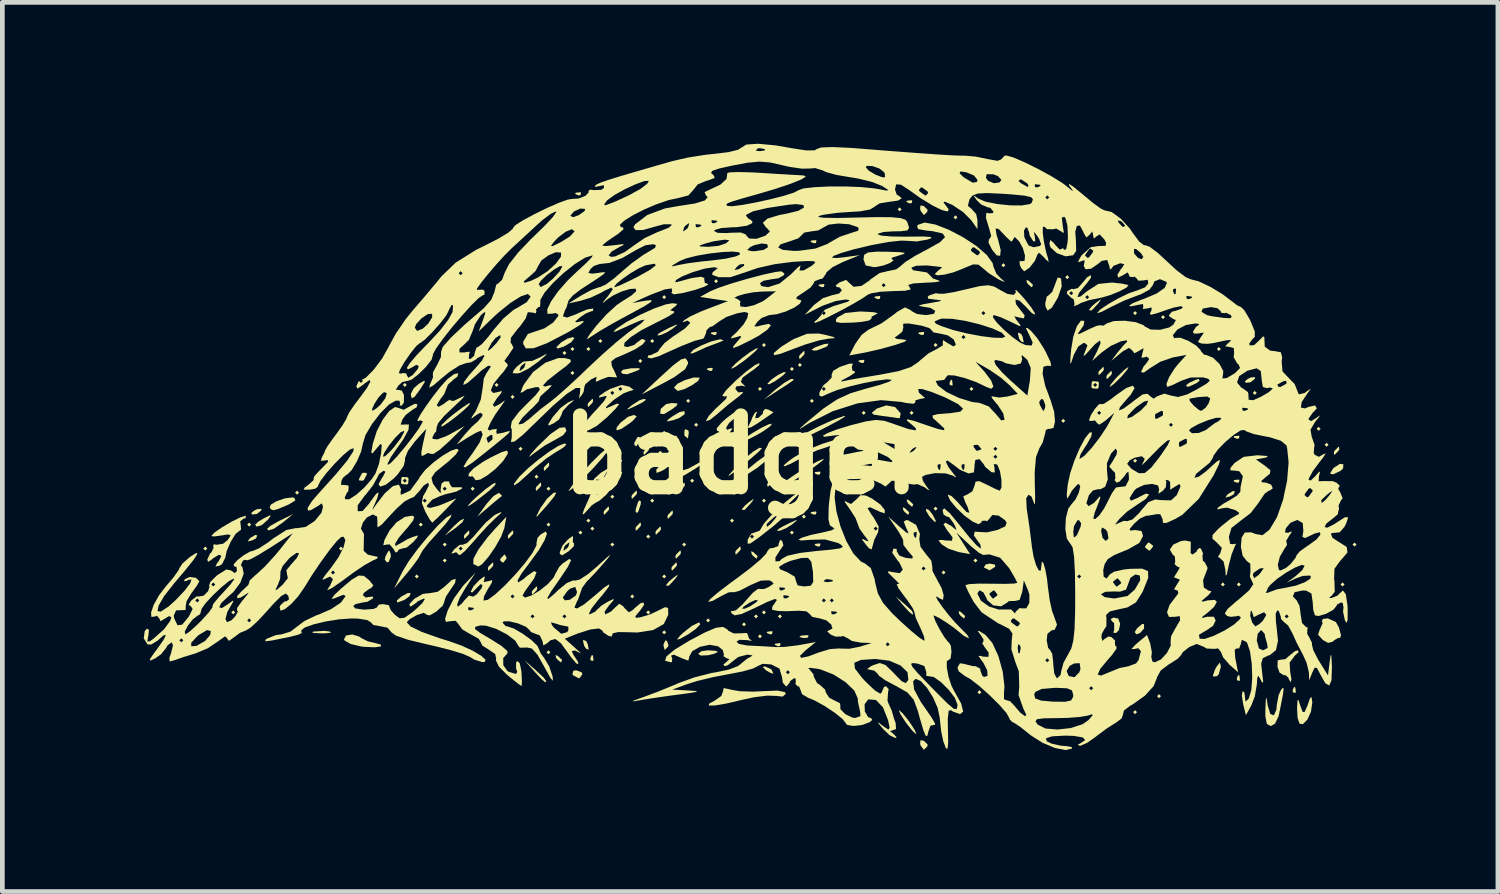
<source format=kicad_pcb>
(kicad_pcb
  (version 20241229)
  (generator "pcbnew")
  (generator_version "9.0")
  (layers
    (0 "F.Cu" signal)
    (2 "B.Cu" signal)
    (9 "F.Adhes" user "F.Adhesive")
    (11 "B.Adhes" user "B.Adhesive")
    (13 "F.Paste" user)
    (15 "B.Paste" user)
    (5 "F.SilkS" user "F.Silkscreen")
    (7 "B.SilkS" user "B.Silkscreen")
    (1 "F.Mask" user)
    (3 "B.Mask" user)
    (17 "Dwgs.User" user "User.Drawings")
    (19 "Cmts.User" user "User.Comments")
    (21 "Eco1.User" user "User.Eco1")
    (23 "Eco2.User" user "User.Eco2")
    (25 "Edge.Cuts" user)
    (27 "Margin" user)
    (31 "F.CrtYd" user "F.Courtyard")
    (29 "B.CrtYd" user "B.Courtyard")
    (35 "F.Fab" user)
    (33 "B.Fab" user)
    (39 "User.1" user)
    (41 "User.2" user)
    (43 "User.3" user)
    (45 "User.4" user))
  (footprint "badger"
    (layer "F.Cu")
    (at 12.778 6.599)
    (property "Reference" "badger" (at 0 0 0) (layer "F.SilkS") (effects (font (size 1.524 1.524) (thickness 0.3))))
    (attr board_only exclude_from_pos_files exclude_from_bom)
    (fp_poly (pts (xy -11.43 1.99) (xy -11.472 2.032) (xy -11.515 1.99) (xy -11.472 1.947)) (stroke (width 0) (type solid)) (fill yes) (layer "F.SilkS"))
    (fp_poly (pts (xy -10.837 3.344) (xy -10.88 3.387) (xy -10.922 3.344) (xy -10.88 3.302)) (stroke (width 0) (type solid)) (fill yes) (layer "F.SilkS"))
    (fp_poly (pts (xy -10.499 1.482) (xy -10.541 1.524) (xy -10.583 1.482) (xy -10.541 1.439)) (stroke (width 0) (type solid)) (fill yes) (layer "F.SilkS"))
    (fp_poly (pts (xy -9.483 0.804) (xy -9.525 0.847) (xy -9.567 0.804) (xy -9.525 0.762)) (stroke (width 0) (type solid)) (fill yes) (layer "F.SilkS"))
    (fp_poly (pts (xy -8.551 1.99) (xy -8.594 2.032) (xy -8.636 1.99) (xy -8.594 1.947)) (stroke (width 0) (type solid)) (fill yes) (layer "F.SilkS"))
    (fp_poly (pts (xy -7.197 -1.482) (xy -7.239 -1.439) (xy -7.281 -1.482) (xy -7.239 -1.524)) (stroke (width 0) (type solid)) (fill yes) (layer "F.SilkS"))
    (fp_poly (pts (xy -6.943 2.582) (xy -6.985 2.625) (xy -7.027 2.582) (xy -6.985 2.54)) (stroke (width 0) (type solid)) (fill yes) (layer "F.SilkS"))
    (fp_poly (pts (xy -6.858 1.482) (xy -6.9 1.524) (xy -6.943 1.482) (xy -6.9 1.439)) (stroke (width 0) (type solid)) (fill yes) (layer "F.SilkS"))
    (fp_poly (pts (xy -6.35 1.905) (xy -6.392 1.947) (xy -6.435 1.905) (xy -6.392 1.863)) (stroke (width 0) (type solid)) (fill yes) (layer "F.SilkS"))
    (fp_poly (pts (xy -6.35 2.244) (xy -6.392 2.286) (xy -6.435 2.244) (xy -6.392 2.201)) (stroke (width 0) (type solid)) (fill yes) (layer "F.SilkS"))
    (fp_poly (pts (xy -5.757 0.72) (xy -5.8 0.762) (xy -5.842 0.72) (xy -5.8 0.677)) (stroke (width 0) (type solid)) (fill yes) (layer "F.SilkS"))
    (fp_poly (pts (xy -5.249 -1.482) (xy -5.292 -1.439) (xy -5.334 -1.482) (xy -5.292 -1.524)) (stroke (width 0) (type solid)) (fill yes) (layer "F.SilkS"))
    (fp_poly (pts (xy -4.911 -1.228) (xy -4.953 -1.185) (xy -4.995 -1.228) (xy -4.953 -1.27)) (stroke (width 0) (type solid)) (fill yes) (layer "F.SilkS"))
    (fp_poly (pts (xy -4.741 -0.127) (xy -4.784 -0.085) (xy -4.826 -0.127) (xy -4.784 -0.169)) (stroke (width 0) (type solid)) (fill yes) (layer "F.SilkS"))
    (fp_poly (pts (xy -4.403 0.466) (xy -4.445 0.508) (xy -4.487 0.466) (xy -4.445 0.423)) (stroke (width 0) (type solid)) (fill yes) (layer "F.SilkS"))
    (fp_poly (pts (xy -4.149 0.72) (xy -4.191 0.762) (xy -4.233 0.72) (xy -4.191 0.677)) (stroke (width 0) (type solid)) (fill yes) (layer "F.SilkS"))
    (fp_poly (pts (xy -4.149 1.482) (xy -4.191 1.524) (xy -4.233 1.482) (xy -4.191 1.439)) (stroke (width 0) (type solid)) (fill yes) (layer "F.SilkS"))
    (fp_poly (pts (xy -4.149 4.191) (xy -4.191 4.233) (xy -4.233 4.191) (xy -4.191 4.149)) (stroke (width 0) (type solid)) (fill yes) (layer "F.SilkS"))
    (fp_poly (pts (xy -3.81 -2.159) (xy -3.852 -2.117) (xy -3.895 -2.159) (xy -3.852 -2.201)) (stroke (width 0) (type solid)) (fill yes) (layer "F.SilkS"))
    (fp_poly (pts (xy -3.641 -2.244) (xy -3.683 -2.201) (xy -3.725 -2.244) (xy -3.683 -2.286)) (stroke (width 0) (type solid)) (fill yes) (layer "F.SilkS"))
    (fp_poly (pts (xy -3.641 -1.736) (xy -3.683 -1.693) (xy -3.725 -1.736) (xy -3.683 -1.778)) (stroke (width 0) (type solid)) (fill yes) (layer "F.SilkS"))
    (fp_poly (pts (xy -3.471 -0.296) (xy -3.514 -0.254) (xy -3.556 -0.296) (xy -3.514 -0.339)) (stroke (width 0) (type solid)) (fill yes) (layer "F.SilkS"))
    (fp_poly (pts (xy -3.471 1.651) (xy -3.514 1.693) (xy -3.556 1.651) (xy -3.514 1.609)) (stroke (width 0) (type solid)) (fill yes) (layer "F.SilkS"))
    (fp_poly (pts (xy -3.387 0.72) (xy -3.429 0.762) (xy -3.471 0.72) (xy -3.429 0.677)) (stroke (width 0) (type solid)) (fill yes) (layer "F.SilkS"))
    (fp_poly (pts (xy -3.302 -2.244) (xy -3.344 -2.201) (xy -3.387 -2.244) (xy -3.344 -2.286)) (stroke (width 0) (type solid)) (fill yes) (layer "F.SilkS"))
    (fp_poly (pts (xy -3.302 1.397) (xy -3.344 1.439) (xy -3.387 1.397) (xy -3.344 1.355)) (stroke (width 0) (type solid)) (fill yes) (layer "F.SilkS"))
    (fp_poly (pts (xy -3.217 1.566) (xy -3.26 1.609) (xy -3.302 1.566) (xy -3.26 1.524)) (stroke (width 0) (type solid)) (fill yes) (layer "F.SilkS"))
    (fp_poly (pts (xy -3.048 -2.413) (xy -3.09 -2.371) (xy -3.133 -2.413) (xy -3.09 -2.455)) (stroke (width 0) (type solid)) (fill yes) (layer "F.SilkS"))
    (fp_poly (pts (xy -2.794 0.889) (xy -2.836 0.931) (xy -2.879 0.889) (xy -2.836 0.847)) (stroke (width 0) (type solid)) (fill yes) (layer "F.SilkS"))
    (fp_poly (pts (xy -2.794 1.905) (xy -2.836 1.947) (xy -2.879 1.905) (xy -2.836 1.863)) (stroke (width 0) (type solid)) (fill yes) (layer "F.SilkS"))
    (fp_poly (pts (xy -2.625 0.127) (xy -2.667 0.169) (xy -2.709 0.127) (xy -2.667 0.085)) (stroke (width 0) (type solid)) (fill yes) (layer "F.SilkS"))
    (fp_poly (pts (xy -2.625 0.381) (xy -2.667 0.423) (xy -2.709 0.381) (xy -2.667 0.339)) (stroke (width 0) (type solid)) (fill yes) (layer "F.SilkS"))
    (fp_poly (pts (xy -2.371 3.006) (xy -2.413 3.048) (xy -2.455 3.006) (xy -2.413 2.963)) (stroke (width 0) (type solid)) (fill yes) (layer "F.SilkS"))
    (fp_poly (pts (xy -2.201 -1.99) (xy -2.244 -1.947) (xy -2.286 -1.99) (xy -2.244 -2.032)) (stroke (width 0) (type solid)) (fill yes) (layer "F.SilkS"))
    (fp_poly (pts (xy -2.032 1.736) (xy -2.074 1.778) (xy -2.117 1.736) (xy -2.074 1.693)) (stroke (width 0) (type solid)) (fill yes) (layer "F.SilkS"))
    (fp_poly (pts (xy -2.032 3.344) (xy -2.074 3.387) (xy -2.117 3.344) (xy -2.074 3.302)) (stroke (width 0) (type solid)) (fill yes) (layer "F.SilkS"))
    (fp_poly (pts (xy -1.947 -2.413) (xy -1.99 -2.371) (xy -2.032 -2.413) (xy -1.99 -2.455)) (stroke (width 0) (type solid)) (fill yes) (layer "F.SilkS"))
    (fp_poly (pts (xy -1.947 0.974) (xy -1.99 1.016) (xy -2.032 0.974) (xy -1.99 0.931)) (stroke (width 0) (type solid)) (fill yes) (layer "F.SilkS"))
    (fp_poly (pts (xy -1.863 -0.212) (xy -1.905 -0.169) (xy -1.947 -0.212) (xy -1.905 -0.254)) (stroke (width 0) (type solid)) (fill yes) (layer "F.SilkS"))
    (fp_poly (pts (xy -1.778 -0.042) (xy -1.82 0) (xy -1.863 -0.042) (xy -1.82 -0.085)) (stroke (width 0) (type solid)) (fill yes) (layer "F.SilkS"))
    (fp_poly (pts (xy -1.693 -3.344) (xy -1.736 -3.302) (xy -1.778 -3.344) (xy -1.736 -3.387)) (stroke (width 0) (type solid)) (fill yes) (layer "F.SilkS"))
    (fp_poly (pts (xy -1.693 -0.466) (xy -1.736 -0.423) (xy -1.778 -0.466) (xy -1.736 -0.508)) (stroke (width 0) (type solid)) (fill yes) (layer "F.SilkS"))
    (fp_poly (pts (xy -1.693 -0.296) (xy -1.736 -0.254) (xy -1.778 -0.296) (xy -1.736 -0.339)) (stroke (width 0) (type solid)) (fill yes) (layer "F.SilkS"))
    (fp_poly (pts (xy -1.693 2.582) (xy -1.736 2.625) (xy -1.778 2.582) (xy -1.736 2.54)) (stroke (width 0) (type solid)) (fill yes) (layer "F.SilkS"))
    (fp_poly (pts (xy -1.693 3.768) (xy -1.736 3.81) (xy -1.778 3.768) (xy -1.736 3.725)) (stroke (width 0) (type solid)) (fill yes) (layer "F.SilkS"))
    (fp_poly (pts (xy -1.355 0.042) (xy -1.397 0.085) (xy -1.439 0.042) (xy -1.397 0)) (stroke (width 0) (type solid)) (fill yes) (layer "F.SilkS"))
    (fp_poly (pts (xy -1.27 1.905) (xy -1.312 1.947) (xy -1.355 1.905) (xy -1.312 1.863)) (stroke (width 0) (type solid)) (fill yes) (layer "F.SilkS"))
    (fp_poly (pts (xy -1.185 -1.143) (xy -1.228 -1.101) (xy -1.27 -1.143) (xy -1.228 -1.185)) (stroke (width 0) (type solid)) (fill yes) (layer "F.SilkS"))
    (fp_poly (pts (xy -1.101 0.55) (xy -1.143 0.593) (xy -1.185 0.55) (xy -1.143 0.508)) (stroke (width 0) (type solid)) (fill yes) (layer "F.SilkS"))
    (fp_poly (pts (xy -1.016 -0.635) (xy -1.058 -0.593) (xy -1.101 -0.635) (xy -1.058 -0.677)) (stroke (width 0) (type solid)) (fill yes) (layer "F.SilkS"))
    (fp_poly (pts (xy -0.762 3.514) (xy -0.804 3.556) (xy -0.847 3.514) (xy -0.804 3.471)) (stroke (width 0) (type solid)) (fill yes) (layer "F.SilkS"))
    (fp_poly (pts (xy -0.593 -3.683) (xy -0.635 -3.641) (xy -0.677 -3.683) (xy -0.635 -3.725)) (stroke (width 0) (type solid)) (fill yes) (layer "F.SilkS"))
    (fp_poly (pts (xy -0.254 1.397) (xy -0.296 1.439) (xy -0.339 1.397) (xy -0.296 1.355)) (stroke (width 0) (type solid)) (fill yes) (layer "F.SilkS"))
    (fp_poly (pts (xy 0 3.598) (xy -0.042 3.641) (xy -0.085 3.598) (xy -0.042 3.556)) (stroke (width 0) (type solid)) (fill yes) (layer "F.SilkS"))
    (fp_poly (pts (xy 0.254 3.429) (xy 0.212 3.471) (xy 0.169 3.429) (xy 0.212 3.387)) (stroke (width 0) (type solid)) (fill yes) (layer "F.SilkS"))
    (fp_poly (pts (xy 0.339 -1.397) (xy 0.296 -1.355) (xy 0.254 -1.397) (xy 0.296 -1.439)) (stroke (width 0) (type solid)) (fill yes) (layer "F.SilkS"))
    (fp_poly (pts (xy 0.339 3.852) (xy 0.296 3.895) (xy 0.254 3.852) (xy 0.296 3.81)) (stroke (width 0) (type solid)) (fill yes) (layer "F.SilkS"))
    (fp_poly (pts (xy 0.423 -2.328) (xy 0.381 -2.286) (xy 0.339 -2.328) (xy 0.381 -2.371)) (stroke (width 0) (type solid)) (fill yes) (layer "F.SilkS"))
    (fp_poly (pts (xy 0.423 0.974) (xy 0.381 1.016) (xy 0.339 0.974) (xy 0.381 0.931)) (stroke (width 0) (type solid)) (fill yes) (layer "F.SilkS"))
    (fp_poly (pts (xy 0.423 3.344) (xy 0.381 3.387) (xy 0.339 3.344) (xy 0.381 3.302)) (stroke (width 0) (type solid)) (fill yes) (layer "F.SilkS"))
    (fp_poly (pts (xy 0.762 3.429) (xy 0.72 3.471) (xy 0.677 3.429) (xy 0.72 3.387)) (stroke (width 0) (type solid)) (fill yes) (layer "F.SilkS"))
    (fp_poly (pts (xy 1.016 -1.82) (xy 0.974 -1.778) (xy 0.931 -1.82) (xy 0.974 -1.863)) (stroke (width 0) (type solid)) (fill yes) (layer "F.SilkS"))
    (fp_poly (pts (xy 1.016 1.651) (xy 0.974 1.693) (xy 0.931 1.651) (xy 0.974 1.609)) (stroke (width 0) (type solid)) (fill yes) (layer "F.SilkS"))
    (fp_poly (pts (xy 1.101 1.143) (xy 1.058 1.185) (xy 1.016 1.143) (xy 1.058 1.101)) (stroke (width 0) (type solid)) (fill yes) (layer "F.SilkS"))
    (fp_poly (pts (xy 1.185 -1.905) (xy 1.143 -1.863) (xy 1.101 -1.905) (xy 1.143 -1.947)) (stroke (width 0) (type solid)) (fill yes) (layer "F.SilkS"))
    (fp_poly (pts (xy 1.27 1.058) (xy 1.228 1.101) (xy 1.185 1.058) (xy 1.228 1.016)) (stroke (width 0) (type solid)) (fill yes) (layer "F.SilkS"))
    (fp_poly (pts (xy 1.27 1.312) (xy 1.228 1.355) (xy 1.185 1.312) (xy 1.228 1.27)) (stroke (width 0) (type solid)) (fill yes) (layer "F.SilkS"))
    (fp_poly (pts (xy 1.439 -1.143) (xy 1.397 -1.101) (xy 1.355 -1.143) (xy 1.397 -1.185)) (stroke (width 0) (type solid)) (fill yes) (layer "F.SilkS"))
    (fp_poly (pts (xy 2.54 -0.889) (xy 2.498 -0.847) (xy 2.455 -0.889) (xy 2.498 -0.931)) (stroke (width 0) (type solid)) (fill yes) (layer "F.SilkS"))
    (fp_poly (pts (xy 3.302 -5.207) (xy 3.26 -5.165) (xy 3.217 -5.207) (xy 3.26 -5.249)) (stroke (width 0) (type solid)) (fill yes) (layer "F.SilkS"))
    (fp_poly (pts (xy 3.556 -0.889) (xy 3.514 -0.847) (xy 3.471 -0.889) (xy 3.514 -0.931)) (stroke (width 0) (type solid)) (fill yes) (layer "F.SilkS"))
    (fp_poly (pts (xy 4.064 -2.328) (xy 4.022 -2.286) (xy 3.979 -2.328) (xy 4.022 -2.371)) (stroke (width 0) (type solid)) (fill yes) (layer "F.SilkS"))
    (fp_poly (pts (xy 4.064 1.143) (xy 4.022 1.185) (xy 3.979 1.143) (xy 4.022 1.101)) (stroke (width 0) (type solid)) (fill yes) (layer "F.SilkS"))
    (fp_poly (pts (xy 4.233 2.498) (xy 4.191 2.54) (xy 4.149 2.498) (xy 4.191 2.455)) (stroke (width 0) (type solid)) (fill yes) (layer "F.SilkS"))
    (fp_poly (pts (xy 4.487 -5.038) (xy 4.445 -4.995) (xy 4.403 -5.038) (xy 4.445 -5.08)) (stroke (width 0) (type solid)) (fill yes) (layer "F.SilkS"))
    (fp_poly (pts (xy 4.826 -1.397) (xy 4.784 -1.355) (xy 4.741 -1.397) (xy 4.784 -1.439)) (stroke (width 0) (type solid)) (fill yes) (layer "F.SilkS"))
    (fp_poly (pts (xy 4.911 2.244) (xy 4.868 2.286) (xy 4.826 2.244) (xy 4.868 2.201)) (stroke (width 0) (type solid)) (fill yes) (layer "F.SilkS"))
    (fp_poly (pts (xy 4.995 5.038) (xy 4.953 5.08) (xy 4.911 5.038) (xy 4.953 4.995)) (stroke (width 0) (type solid)) (fill yes) (layer "F.SilkS"))
    (fp_poly (pts (xy 5.503 -4.022) (xy 5.461 -3.979) (xy 5.419 -4.022) (xy 5.461 -4.064)) (stroke (width 0) (type solid)) (fill yes) (layer "F.SilkS"))
    (fp_poly (pts (xy 6.773 -0.72) (xy 6.731 -0.677) (xy 6.689 -0.72) (xy 6.731 -0.762)) (stroke (width 0) (type solid)) (fill yes) (layer "F.SilkS"))
    (fp_poly (pts (xy 6.858 -3.768) (xy 6.816 -3.725) (xy 6.773 -3.768) (xy 6.816 -3.81)) (stroke (width 0) (type solid)) (fill yes) (layer "F.SilkS"))
    (fp_poly (pts (xy 8.297 -3.006) (xy 8.255 -2.963) (xy 8.213 -3.006) (xy 8.255 -3.048)) (stroke (width 0) (type solid)) (fill yes) (layer "F.SilkS"))
    (fp_poly (pts (xy 8.297 0.127) (xy 8.255 0.169) (xy 8.213 0.127) (xy 8.255 0.085)) (stroke (width 0) (type solid)) (fill yes) (layer "F.SilkS"))
    (fp_poly (pts (xy 8.297 5.461) (xy 8.255 5.503) (xy 8.213 5.461) (xy 8.255 5.419)) (stroke (width 0) (type solid)) (fill yes) (layer "F.SilkS"))
    (fp_poly (pts (xy 8.805 5.122) (xy 8.763 5.165) (xy 8.721 5.122) (xy 8.763 5.08)) (stroke (width 0) (type solid)) (fill yes) (layer "F.SilkS"))
    (fp_poly (pts (xy 8.89 -2.921) (xy 8.848 -2.879) (xy 8.805 -2.921) (xy 8.848 -2.963)) (stroke (width 0) (type solid)) (fill yes) (layer "F.SilkS"))
    (fp_poly (pts (xy 10.075 -2.244) (xy 10.033 -2.201) (xy 9.991 -2.244) (xy 10.033 -2.286)) (stroke (width 0) (type solid)) (fill yes) (layer "F.SilkS"))
    (fp_poly (pts (xy 10.16 2.752) (xy 10.118 2.794) (xy 10.075 2.752) (xy 10.118 2.709)) (stroke (width 0) (type solid)) (fill yes) (layer "F.SilkS"))
    (fp_poly (pts (xy 10.499 2.752) (xy 10.456 2.794) (xy 10.414 2.752) (xy 10.456 2.709)) (stroke (width 0) (type solid)) (fill yes) (layer "F.SilkS"))
    (fp_poly (pts (xy 10.837 -1.312) (xy 10.795 -1.27) (xy 10.753 -1.312) (xy 10.795 -1.355)) (stroke (width 0) (type solid)) (fill yes) (layer "F.SilkS"))
    (fp_poly (pts (xy 12.192 -0.55) (xy 12.15 -0.508) (xy 12.107 -0.55) (xy 12.15 -0.593)) (stroke (width 0) (type solid)) (fill yes) (layer "F.SilkS"))
    (fp_poly (pts (xy 12.361 -0.212) (xy 12.319 -0.169) (xy 12.277 -0.212) (xy 12.319 -0.254)) (stroke (width 0) (type solid)) (fill yes) (layer "F.SilkS"))
    (fp_poly (pts (xy 12.7 2.752) (xy 12.658 2.794) (xy 12.615 2.752) (xy 12.658 2.709)) (stroke (width 0) (type solid)) (fill yes) (layer "F.SilkS"))
    (fp_poly (pts (xy 12.954 1.905) (xy 12.912 1.947) (xy 12.869 1.905) (xy 12.912 1.863)) (stroke (width 0) (type solid)) (fill yes) (layer "F.SilkS"))
    (fp_poly (pts (xy -3.5 -5.56) (xy -3.511 -5.509) (xy -3.556 -5.503) (xy -3.626 -5.534) (xy -3.612 -5.56) (xy -3.512 -5.57)) (stroke (width 0) (type solid)) (fill yes) (layer "F.SilkS"))
    (fp_poly (pts (xy -3.246 4.262) (xy -3.235 4.362) (xy -3.246 4.374) (xy -3.296 4.363) (xy -3.302 4.318) (xy -3.271 4.248)) (stroke (width 0) (type solid)) (fill yes) (layer "F.SilkS"))
    (fp_poly (pts (xy -1.552 -0.141) (xy -1.564 -0.091) (xy -1.609 -0.085) (xy -1.678 -0.116) (xy -1.665 -0.141) (xy -1.565 -0.151)) (stroke (width 0) (type solid)) (fill yes) (layer "F.SilkS"))
    (fp_poly (pts (xy -1.468 -0.395) (xy -1.479 -0.345) (xy -1.524 -0.339) (xy -1.594 -0.37) (xy -1.58 -0.395) (xy -1.48 -0.405)) (stroke (width 0) (type solid)) (fill yes) (layer "F.SilkS"))
    (fp_poly (pts (xy -0.706 -1.834) (xy -0.717 -1.784) (xy -0.762 -1.778) (xy -0.832 -1.809) (xy -0.818 -1.834) (xy -0.718 -1.845)) (stroke (width 0) (type solid)) (fill yes) (layer "F.SilkS"))
    (fp_poly (pts (xy -0.621 -2.596) (xy -0.633 -2.546) (xy -0.677 -2.54) (xy -0.747 -2.571) (xy -0.734 -2.596) (xy -0.633 -2.607)) (stroke (width 0) (type solid)) (fill yes) (layer "F.SilkS"))
    (fp_poly (pts (xy 0.564 3.754) (xy 0.553 3.804) (xy 0.508 3.81) (xy 0.438 3.779) (xy 0.452 3.754) (xy 0.552 3.743)) (stroke (width 0) (type solid)) (fill yes) (layer "F.SilkS"))
    (fp_poly (pts (xy 0.734 4.008) (xy 0.722 4.058) (xy 0.677 4.064) (xy 0.608 4.033) (xy 0.621 4.008) (xy 0.721 3.997)) (stroke (width 0) (type solid)) (fill yes) (layer "F.SilkS"))
    (fp_poly (pts (xy 1.332 3.844) (xy 1.306 3.882) (xy 1.221 3.888) (xy 1.13 3.867) (xy 1.169 3.837) (xy 1.302 3.827)) (stroke (width 0) (type solid)) (fill yes) (layer "F.SilkS"))
    (fp_poly (pts (xy 1.496 -4.544) (xy 1.484 -4.493) (xy 1.439 -4.487) (xy 1.37 -4.518) (xy 1.383 -4.544) (xy 1.483 -4.554)) (stroke (width 0) (type solid)) (fill yes) (layer "F.SilkS"))
    (fp_poly (pts (xy 1.496 1.214) (xy 1.484 1.264) (xy 1.439 1.27) (xy 1.37 1.239) (xy 1.383 1.214) (xy 1.483 1.203)) (stroke (width 0) (type solid)) (fill yes) (layer "F.SilkS"))
    (fp_poly (pts (xy 1.58 0.367) (xy 1.569 0.417) (xy 1.524 0.423) (xy 1.454 0.392) (xy 1.468 0.367) (xy 1.568 0.357)) (stroke (width 0) (type solid)) (fill yes) (layer "F.SilkS"))
    (fp_poly (pts (xy 1.58 1.891) (xy 1.569 1.941) (xy 1.524 1.947) (xy 1.454 1.916) (xy 1.468 1.891) (xy 1.568 1.881)) (stroke (width 0) (type solid)) (fill yes) (layer "F.SilkS"))
    (fp_poly (pts (xy 1.665 -3.612) (xy 1.653 -3.562) (xy 1.609 -3.556) (xy 1.539 -3.587) (xy 1.552 -3.612) (xy 1.653 -3.623)) (stroke (width 0) (type solid)) (fill yes) (layer "F.SilkS"))
    (fp_poly (pts (xy 2.512 -2.004) (xy 2.5 -1.953) (xy 2.455 -1.947) (xy 2.386 -1.978) (xy 2.399 -2.004) (xy 2.499 -2.014)) (stroke (width 0) (type solid)) (fill yes) (layer "F.SilkS"))
    (fp_poly (pts (xy 2.85 -3.358) (xy 2.839 -3.308) (xy 2.794 -3.302) (xy 2.724 -3.333) (xy 2.738 -3.358) (xy 2.838 -3.369)) (stroke (width 0) (type solid)) (fill yes) (layer "F.SilkS"))
    (fp_poly (pts (xy 3.528 -5.39) (xy 3.516 -5.34) (xy 3.471 -5.334) (xy 3.402 -5.365) (xy 3.415 -5.39) (xy 3.515 -5.401)) (stroke (width 0) (type solid)) (fill yes) (layer "F.SilkS"))
    (fp_poly (pts (xy 3.782 -2.596) (xy 3.77 -2.546) (xy 3.725 -2.54) (xy 3.656 -2.571) (xy 3.669 -2.596) (xy 3.769 -2.607)) (stroke (width 0) (type solid)) (fill yes) (layer "F.SilkS"))
    (fp_poly (pts (xy 4.374 -1.58) (xy 4.385 -1.48) (xy 4.374 -1.468) (xy 4.324 -1.479) (xy 4.318 -1.524) (xy 4.349 -1.594)) (stroke (width 0) (type solid)) (fill yes) (layer "F.SilkS"))
    (fp_poly (pts (xy 10.47 -0.395) (xy 10.459 -0.345) (xy 10.414 -0.339) (xy 10.344 -0.37) (xy 10.358 -0.395) (xy 10.458 -0.405)) (stroke (width 0) (type solid)) (fill yes) (layer "F.SilkS"))
    (fp_poly (pts (xy 10.47 0.536) (xy 10.459 0.587) (xy 10.414 0.593) (xy 10.344 0.562) (xy 10.358 0.536) (xy 10.458 0.526)) (stroke (width 0) (type solid)) (fill yes) (layer "F.SilkS"))
    (fp_poly (pts (xy 10.47 4.685) (xy 10.481 4.785) (xy 10.47 4.798) (xy 10.42 4.786) (xy 10.414 4.741) (xy 10.445 4.672)) (stroke (width 0) (type solid)) (fill yes) (layer "F.SilkS"))
    (fp_poly (pts (xy 11.656 4.939) (xy 11.666 5.039) (xy 11.656 5.052) (xy 11.605 5.04) (xy 11.599 4.995) (xy 11.63 4.926)) (stroke (width 0) (type solid)) (fill yes) (layer "F.SilkS"))
    (fp_poly (pts (xy -10.369 1.71) (xy -10.395 1.773) (xy -10.474 1.815) (xy -10.573 1.841) (xy -10.532 1.779) (xy -10.521 1.767) (xy -10.41 1.701)) (stroke (width 0) (type solid)) (fill yes) (layer "F.SilkS"))
    (fp_poly (pts (xy -10.288 1.186) (xy -10.378 1.256) (xy -10.475 1.268) (xy -10.499 1.237) (xy -10.432 1.182) (xy -10.367 1.153) (xy -10.28 1.147)) (stroke (width 0) (type solid)) (fill yes) (layer "F.SilkS"))
    (fp_poly (pts (xy -3.992 4.268) (xy -3.902 4.353) (xy -3.92 4.402) (xy -3.932 4.403) (xy -4.004 4.343) (xy -4.03 4.305) (xy -4.04 4.247)) (stroke (width 0) (type solid)) (fill yes) (layer "F.SilkS"))
    (fp_poly (pts (xy -3.389 3.956) (xy -3.357 4.018) (xy -3.336 4.137) (xy -3.393 4.114) (xy -3.432 4.058) (xy -3.459 3.948) (xy -3.448 3.928)) (stroke (width 0) (type solid)) (fill yes) (layer "F.SilkS"))
    (fp_poly (pts (xy -2.239 -0.367) (xy -2.254 -0.301) (xy -2.322 -0.182) (xy -2.366 -0.202) (xy -2.371 -0.249) (xy -2.309 -0.364) (xy -2.287 -0.38)) (stroke (width 0) (type solid)) (fill yes) (layer "F.SilkS"))
    (fp_poly (pts (xy -1.678 3.947) (xy -1.643 4.045) (xy -1.655 4.07) (xy -1.724 4.144) (xy -1.749 4.057) (xy -1.75 4.025) (xy -1.712 3.94)) (stroke (width 0) (type solid)) (fill yes) (layer "F.SilkS"))
    (fp_poly (pts (xy -1.222 -0.516) (xy -1.214 -0.462) (xy -1.232 -0.347) (xy -1.293 -0.394) (xy -1.309 -0.417) (xy -1.304 -0.524) (xy -1.285 -0.541)) (stroke (width 0) (type solid)) (fill yes) (layer "F.SilkS"))
    (fp_poly (pts (xy 0.156 2.066) (xy 0.247 2.151) (xy 0.228 2.201) (xy 0.217 2.201) (xy 0.145 2.141) (xy 0.119 2.104) (xy 0.109 2.046)) (stroke (width 0) (type solid)) (fill yes) (layer "F.SilkS"))
    (fp_poly (pts (xy 0.532 4.549) (xy 0.55 4.572) (xy 0.58 4.648) (xy 0.5 4.619) (xy 0.423 4.572) (xy 0.358 4.504) (xy 0.397 4.489)) (stroke (width 0) (type solid)) (fill yes) (layer "F.SilkS"))
    (fp_poly (pts (xy 3.365 3.167) (xy 3.525 3.317) (xy 3.549 3.382) (xy 3.527 3.387) (xy 3.458 3.33) (xy 3.336 3.196) (xy 3.175 3.006)) (stroke (width 0) (type solid)) (fill yes) (layer "F.SilkS"))
    (fp_poly (pts (xy 3.374 1.135) (xy 3.464 1.22) (xy 3.446 1.269) (xy 3.434 1.27) (xy 3.362 1.21) (xy 3.336 1.172) (xy 3.326 1.114)) (stroke (width 0) (type solid)) (fill yes) (layer "F.SilkS"))
    (fp_poly (pts (xy 3.458 0.966) (xy 3.549 1.051) (xy 3.53 1.1) (xy 3.519 1.101) (xy 3.447 1.041) (xy 3.421 1.003) (xy 3.411 0.945)) (stroke (width 0) (type solid)) (fill yes) (layer "F.SilkS"))
    (fp_poly (pts (xy 3.771 -5.278) (xy 3.854 -5.199) (xy 3.847 -5.156) (xy 3.774 -5.085) (xy 3.71 -5.17) (xy 3.696 -5.203) (xy 3.7 -5.289)) (stroke (width 0) (type solid)) (fill yes) (layer "F.SilkS"))
    (fp_poly (pts (xy 3.771 6.067) (xy 3.854 6.147) (xy 3.847 6.19) (xy 3.774 6.26) (xy 3.71 6.176) (xy 3.696 6.143) (xy 3.7 6.057)) (stroke (width 0) (type solid)) (fill yes) (layer "F.SilkS"))
    (fp_poly (pts (xy 3.888 1.177) (xy 3.962 1.274) (xy 4.033 1.413) (xy 4.001 1.422) (xy 3.893 1.31) (xy 3.821 1.189) (xy 3.822 1.145)) (stroke (width 0) (type solid)) (fill yes) (layer "F.SilkS"))
    (fp_poly (pts (xy 4.559 3.336) (xy 4.65 3.421) (xy 4.631 3.471) (xy 4.619 3.471) (xy 4.548 3.411) (xy 4.522 3.374) (xy 4.512 3.316)) (stroke (width 0) (type solid)) (fill yes) (layer "F.SilkS"))
    (fp_poly (pts (xy 5.285 2.331) (xy 5.288 2.376) (xy 5.17 2.452) (xy 5.053 2.395) (xy 5.049 2.388) (xy 5.083 2.329) (xy 5.172 2.309)) (stroke (width 0) (type solid)) (fill yes) (layer "F.SilkS"))
    (fp_poly (pts (xy 5.839 -2.563) (xy 5.871 -2.501) (xy 5.893 -2.382) (xy 5.836 -2.405) (xy 5.796 -2.461) (xy 5.77 -2.572) (xy 5.781 -2.592)) (stroke (width 0) (type solid)) (fill yes) (layer "F.SilkS"))
    (fp_poly (pts (xy 5.998 -3.691) (xy 6.089 -3.606) (xy 6.07 -3.557) (xy 6.059 -3.556) (xy 5.987 -3.616) (xy 5.961 -3.654) (xy 5.951 -3.712)) (stroke (width 0) (type solid)) (fill yes) (layer "F.SilkS"))
    (fp_poly (pts (xy 8.447 3.685) (xy 8.361 3.782) (xy 8.282 3.81) (xy 8.248 3.762) (xy 8.299 3.681) (xy 8.403 3.592) (xy 8.445 3.591)) (stroke (width 0) (type solid)) (fill yes) (layer "F.SilkS"))
    (fp_poly (pts (xy 10.374 0.778) (xy 10.348 0.841) (xy 10.269 0.884) (xy 10.171 0.909) (xy 10.211 0.847) (xy 10.222 0.836) (xy 10.333 0.769)) (stroke (width 0) (type solid)) (fill yes) (layer "F.SilkS"))
    (fp_poly (pts (xy 10.794 -1.608) (xy 10.704 -1.538) (xy 10.607 -1.526) (xy 10.583 -1.557) (xy 10.65 -1.612) (xy 10.715 -1.641) (xy 10.802 -1.647)) (stroke (width 0) (type solid)) (fill yes) (layer "F.SilkS"))
    (fp_poly (pts (xy -10.095 1.314) (xy -10.149 1.383) (xy -10.276 1.494) (xy -10.382 1.526) (xy -10.414 1.485) (xy -10.349 1.42) (xy -10.223 1.344) (xy -10.095 1.282)) (stroke (width 0) (type solid)) (fill yes) (layer "F.SilkS"))
    (fp_poly (pts (xy -9.821 1.432) (xy -10.021 1.572) (xy -10.138 1.605) (xy -10.16 1.569) (xy -10.092 1.509) (xy -9.925 1.414) (xy -9.885 1.394) (xy -9.61 1.26)) (stroke (width 0) (type solid)) (fill yes) (layer "F.SilkS"))
    (fp_poly (pts (xy -8.826 3.752) (xy -8.806 3.775) (xy -8.927 3.788) (xy -9.017 3.789) (xy -9.181 3.78) (xy -9.206 3.761) (xy -9.164 3.75) (xy -8.944 3.736)) (stroke (width 0) (type solid)) (fill yes) (layer "F.SilkS"))
    (fp_poly (pts (xy -8.05 0.385) (xy -8.043 0.413) (xy -8.105 0.533) (xy -8.128 0.55) (xy -8.206 0.546) (xy -8.213 0.518) (xy -8.151 0.398) (xy -8.128 0.381)) (stroke (width 0) (type solid)) (fill yes) (layer "F.SilkS"))
    (fp_poly (pts (xy -7.539 2.101) (xy -7.535 2.159) (xy -7.58 2.272) (xy -7.617 2.286) (xy -7.664 2.224) (xy -7.651 2.159) (xy -7.591 2.048) (xy -7.569 2.032)) (stroke (width 0) (type solid)) (fill yes) (layer "F.SilkS"))
    (fp_poly (pts (xy -7.138 3) (xy -7.25 3.081) (xy -7.383 3.13) (xy -7.403 3.131) (xy -7.408 3.092) (xy -7.319 3.013) (xy -7.179 2.935) (xy -7.115 2.933)) (stroke (width 0) (type solid)) (fill yes) (layer "F.SilkS"))
    (fp_poly (pts (xy -6.816 -1.543) (xy -6.906 -1.4) (xy -7.032 -1.228) (xy -7.096 -1.199) (xy -7.112 -1.292) (xy -7.047 -1.415) (xy -6.939 -1.507) (xy -6.824 -1.573)) (stroke (width 0) (type solid)) (fill yes) (layer "F.SilkS"))
    (fp_poly (pts (xy -5.98 1.359) (xy -6.015 1.428) (xy -6.15 1.544) (xy -6.168 1.557) (xy -6.392 1.718) (xy -6.204 1.52) (xy -6.066 1.395) (xy -5.983 1.357)) (stroke (width 0) (type solid)) (fill yes) (layer "F.SilkS"))
    (fp_poly (pts (xy -5.869 1.663) (xy -5.884 1.693) (xy -5.964 1.774) (xy -5.979 1.778) (xy -5.985 1.723) (xy -5.969 1.693) (xy -5.889 1.612) (xy -5.874 1.609)) (stroke (width 0) (type solid)) (fill yes) (layer "F.SilkS"))
    (fp_poly (pts (xy -5.361 2.341) (xy -5.376 2.371) (xy -5.456 2.452) (xy -5.471 2.455) (xy -5.477 2.401) (xy -5.461 2.371) (xy -5.381 2.29) (xy -5.366 2.286)) (stroke (width 0) (type solid)) (fill yes) (layer "F.SilkS"))
    (fp_poly (pts (xy -5.081 2.182) (xy -5.08 2.201) (xy -5.145 2.283) (xy -5.17 2.286) (xy -5.22 2.234) (xy -5.207 2.201) (xy -5.131 2.121) (xy -5.117 2.117)) (stroke (width 0) (type solid)) (fill yes) (layer "F.SilkS"))
    (fp_poly (pts (xy -4.937 1.663) (xy -4.953 1.693) (xy -5.033 1.774) (xy -5.048 1.778) (xy -5.053 1.723) (xy -5.038 1.693) (xy -4.958 1.612) (xy -4.943 1.609)) (stroke (width 0) (type solid)) (fill yes) (layer "F.SilkS"))
    (fp_poly (pts (xy -4.466 4.566) (xy -4.289 4.731) (xy -4.234 4.811) (xy -4.261 4.826) (xy -4.329 4.769) (xy -4.462 4.629) (xy -4.494 4.593) (xy -4.699 4.36)) (stroke (width 0) (type solid)) (fill yes) (layer "F.SilkS"))
    (fp_poly (pts (xy -4.429 2.849) (xy -4.445 2.879) (xy -4.525 2.96) (xy -4.54 2.963) (xy -4.545 2.909) (xy -4.53 2.879) (xy -4.45 2.798) (xy -4.435 2.794)) (stroke (width 0) (type solid)) (fill yes) (layer "F.SilkS"))
    (fp_poly (pts (xy -4.345 0.647) (xy -4.36 0.677) (xy -4.44 0.758) (xy -4.455 0.762) (xy -4.461 0.707) (xy -4.445 0.677) (xy -4.365 0.596) (xy -4.35 0.593)) (stroke (width 0) (type solid)) (fill yes) (layer "F.SilkS"))
    (fp_poly (pts (xy -4.175 0.224) (xy -4.191 0.254) (xy -4.271 0.335) (xy -4.286 0.339) (xy -4.291 0.284) (xy -4.276 0.254) (xy -4.196 0.173) (xy -4.181 0.169)) (stroke (width 0) (type solid)) (fill yes) (layer "F.SilkS"))
    (fp_poly (pts (xy -3.487 4.616) (xy -3.471 4.657) (xy -3.532 4.739) (xy -3.551 4.741) (xy -3.666 4.68) (xy -3.683 4.657) (xy -3.664 4.584) (xy -3.603 4.572)) (stroke (width 0) (type solid)) (fill yes) (layer "F.SilkS"))
    (fp_poly (pts (xy -3.244 -1.131) (xy -3.26 -1.101) (xy -3.339 -1.02) (xy -3.354 -1.016) (xy -3.36 -1.071) (xy -3.344 -1.101) (xy -3.265 -1.182) (xy -3.25 -1.185)) (stroke (width 0) (type solid)) (fill yes) (layer "F.SilkS"))
    (fp_poly (pts (xy -2.905 1.155) (xy -2.921 1.185) (xy -3.001 1.266) (xy -3.016 1.27) (xy -3.021 1.215) (xy -3.006 1.185) (xy -2.926 1.104) (xy -2.911 1.101)) (stroke (width 0) (type solid)) (fill yes) (layer "F.SilkS"))
    (fp_poly (pts (xy -2.313 0.817) (xy -2.328 0.847) (xy -2.408 0.928) (xy -2.423 0.931) (xy -2.429 0.877) (xy -2.413 0.847) (xy -2.333 0.766) (xy -2.318 0.762)) (stroke (width 0) (type solid)) (fill yes) (layer "F.SilkS"))
    (fp_poly (pts (xy -2.231 0.987) (xy -2.233 1.048) (xy -2.281 1.197) (xy -2.305 1.233) (xy -2.341 1.215) (xy -2.339 1.153) (xy -2.291 1.004) (xy -2.267 0.968)) (stroke (width 0) (type solid)) (fill yes) (layer "F.SilkS"))
    (fp_poly (pts (xy -2.228 1.494) (xy -2.244 1.524) (xy -2.323 1.605) (xy -2.338 1.609) (xy -2.344 1.554) (xy -2.328 1.524) (xy -2.249 1.443) (xy -2.234 1.439)) (stroke (width 0) (type solid)) (fill yes) (layer "F.SilkS"))
    (fp_poly (pts (xy -2.118 -1.169) (xy -2.195 -1.111) (xy -2.371 -1.023) (xy -2.511 -0.959) (xy -2.511 -0.977) (xy -2.418 -1.054) (xy -2.261 -1.155) (xy -2.171 -1.185)) (stroke (width 0) (type solid)) (fill yes) (layer "F.SilkS"))
    (fp_poly (pts (xy -2.059 -0.115) (xy -2.074 -0.085) (xy -2.154 -0.004) (xy -2.169 0) (xy -2.175 -0.055) (xy -2.159 -0.085) (xy -2.079 -0.166) (xy -2.064 -0.169)) (stroke (width 0) (type solid)) (fill yes) (layer "F.SilkS"))
    (fp_poly (pts (xy -1.805 1.579) (xy -1.82 1.609) (xy -1.9 1.69) (xy -1.915 1.693) (xy -1.921 1.639) (xy -1.905 1.609) (xy -1.825 1.528) (xy -1.81 1.524)) (stroke (width 0) (type solid)) (fill yes) (layer "F.SilkS"))
    (fp_poly (pts (xy -1.551 1.24) (xy -1.566 1.27) (xy -1.646 1.351) (xy -1.661 1.355) (xy -1.667 1.3) (xy -1.651 1.27) (xy -1.571 1.189) (xy -1.556 1.185)) (stroke (width 0) (type solid)) (fill yes) (layer "F.SilkS"))
    (fp_poly (pts (xy -1.466 2.584) (xy -1.513 2.646) (xy -1.637 2.777) (xy -1.692 2.777) (xy -1.693 2.762) (xy -1.635 2.691) (xy -1.545 2.614) (xy -1.445 2.541)) (stroke (width 0) (type solid)) (fill yes) (layer "F.SilkS"))
    (fp_poly (pts (xy -1.466 2.341) (xy -1.482 2.371) (xy -1.561 2.452) (xy -1.576 2.455) (xy -1.582 2.401) (xy -1.566 2.371) (xy -1.487 2.29) (xy -1.472 2.286)) (stroke (width 0) (type solid)) (fill yes) (layer "F.SilkS"))
    (fp_poly (pts (xy -1.452 -1.089) (xy -1.471 -1.042) (xy -1.561 -0.971) (xy -1.741 -0.862) (xy -1.823 -0.873) (xy -1.809 -0.974) (xy -1.694 -1.075) (xy -1.578 -1.098)) (stroke (width 0) (type solid)) (fill yes) (layer "F.SilkS"))
    (fp_poly (pts (xy -1.381 2.087) (xy -1.397 2.117) (xy -1.477 2.198) (xy -1.492 2.201) (xy -1.497 2.147) (xy -1.482 2.117) (xy -1.402 2.036) (xy -1.387 2.032)) (stroke (width 0) (type solid)) (fill yes) (layer "F.SilkS"))
    (fp_poly (pts (xy -1.297 0.647) (xy -1.312 0.677) (xy -1.392 0.758) (xy -1.407 0.762) (xy -1.413 0.707) (xy -1.397 0.677) (xy -1.317 0.596) (xy -1.302 0.593)) (stroke (width 0) (type solid)) (fill yes) (layer "F.SilkS"))
    (fp_poly (pts (xy -0.645 4.16) (xy -0.593 4.181) (xy -0.665 4.219) (xy -0.804 4.254) (xy -0.962 4.26) (xy -1.016 4.222) (xy -0.943 4.167) (xy -0.804 4.149)) (stroke (width 0) (type solid)) (fill yes) (layer "F.SilkS"))
    (fp_poly (pts (xy -0.111 2.002) (xy -0.127 2.032) (xy -0.207 2.113) (xy -0.222 2.117) (xy -0.227 2.062) (xy -0.212 2.032) (xy -0.132 1.951) (xy -0.117 1.947)) (stroke (width 0) (type solid)) (fill yes) (layer "F.SilkS"))
    (fp_poly (pts (xy 0.143 0.976) (xy 0.095 1.037) (xy -0.028 1.169) (xy -0.083 1.168) (xy -0.085 1.153) (xy -0.027 1.083) (xy 0.064 1.005) (xy 0.164 0.932)) (stroke (width 0) (type solid)) (fill yes) (layer "F.SilkS"))
    (fp_poly (pts (xy 0.566 0.563) (xy 0.55 0.593) (xy 0.471 0.674) (xy 0.456 0.677) (xy 0.45 0.623) (xy 0.466 0.593) (xy 0.545 0.512) (xy 0.56 0.508)) (stroke (width 0) (type solid)) (fill yes) (layer "F.SilkS"))
    (fp_poly (pts (xy 1.243 -2.147) (xy 1.228 -2.117) (xy 1.148 -2.036) (xy 1.133 -2.032) (xy 1.127 -2.087) (xy 1.143 -2.117) (xy 1.223 -2.198) (xy 1.238 -2.201)) (stroke (width 0) (type solid)) (fill yes) (layer "F.SilkS"))
    (fp_poly (pts (xy 1.728 -2.31) (xy 1.693 -2.286) (xy 1.513 -2.216) (xy 1.439 -2.209) (xy 1.389 -2.233) (xy 1.482 -2.286) (xy 1.661 -2.349) (xy 1.754 -2.358)) (stroke (width 0) (type solid)) (fill yes) (layer "F.SilkS"))
    (fp_poly (pts (xy 7.509 -3.258) (xy 7.461 -3.196) (xy 7.338 -3.065) (xy 7.283 -3.065) (xy 7.281 -3.08) (xy 7.339 -3.151) (xy 7.429 -3.228) (xy 7.53 -3.301)) (stroke (width 0) (type solid)) (fill yes) (layer "F.SilkS"))
    (fp_poly (pts (xy 7.593 -1.808) (xy 7.578 -1.778) (xy 7.498 -1.697) (xy 7.483 -1.693) (xy 7.477 -1.748) (xy 7.493 -1.778) (xy 7.573 -1.859) (xy 7.588 -1.863)) (stroke (width 0) (type solid)) (fill yes) (layer "F.SilkS"))
    (fp_poly (pts (xy 7.763 -1.723) (xy 7.747 -1.693) (xy 7.667 -1.612) (xy 7.652 -1.609) (xy 7.647 -1.663) (xy 7.662 -1.693) (xy 7.742 -1.774) (xy 7.757 -1.778)) (stroke (width 0) (type solid)) (fill yes) (layer "F.SilkS"))
    (fp_poly (pts (xy 8.634 1.927) (xy 8.636 1.947) (xy 8.572 2.03) (xy 8.551 2.032) (xy 8.469 1.968) (xy 8.467 1.947) (xy 8.531 1.865) (xy 8.551 1.863)) (stroke (width 0) (type solid)) (fill yes) (layer "F.SilkS"))
    (fp_poly (pts (xy 9.625 -1.571) (xy 9.567 -1.524) (xy 9.413 -1.452) (xy 9.356 -1.442) (xy 9.341 -1.477) (xy 9.398 -1.524) (xy 9.552 -1.596) (xy 9.61 -1.606)) (stroke (width 0) (type solid)) (fill yes) (layer "F.SilkS"))
    (fp_poly (pts (xy 12.589 -0.115) (xy 12.573 -0.085) (xy 12.493 -0.004) (xy 12.478 0) (xy 12.473 -0.055) (xy 12.488 -0.085) (xy 12.568 -0.166) (xy 12.583 -0.169)) (stroke (width 0) (type solid)) (fill yes) (layer "F.SilkS"))
    (fp_poly (pts (xy 12.674 0.2) (xy 12.67 0.29) (xy 12.613 0.342) (xy 12.453 0.417) (xy 12.392 0.397) (xy 12.455 0.294) (xy 12.468 0.28) (xy 12.6 0.193)) (stroke (width 0) (type solid)) (fill yes) (layer "F.SilkS"))
    (fp_poly (pts (xy -3.641 -2.472) (xy -3.709 -2.387) (xy -3.858 -2.299) (xy -3.997 -2.253) (xy -4.023 -2.284) (xy -4.022 -2.285) (xy -3.92 -2.386) (xy -3.782 -2.467) (xy -3.67 -2.497)) (stroke (width 0) (type solid)) (fill yes) (layer "F.SilkS"))
    (fp_poly (pts (xy -2.319 -0.816) (xy -2.398 -0.724) (xy -2.455 -0.677) (xy -2.643 -0.55) (xy -2.747 -0.516) (xy -2.745 -0.576) (xy -2.667 -0.677) (xy -2.504 -0.805) (xy -2.379 -0.845)) (stroke (width 0) (type solid)) (fill yes) (layer "F.SilkS"))
    (fp_poly (pts (xy -2.256 -1.812) (xy -2.328 -1.777) (xy -2.521 -1.708) (xy -2.619 -1.718) (xy -2.654 -1.757) (xy -2.609 -1.804) (xy -2.446 -1.833) (xy -2.426 -1.835) (xy -2.263 -1.837)) (stroke (width 0) (type solid)) (fill yes) (layer "F.SilkS"))
    (fp_poly (pts (xy -1.593 0.204) (xy -1.72 0.305) (xy -1.781 0.34) (xy -1.897 0.386) (xy -1.904 0.324) (xy -1.897 0.307) (xy -1.783 0.186) (xy -1.687 0.143) (xy -1.578 0.14)) (stroke (width 0) (type solid)) (fill yes) (layer "F.SilkS"))
    (fp_poly (pts (xy -1.469 -2.748) (xy -1.561 -2.672) (xy -1.683 -2.595) (xy -1.806 -2.542) (xy -1.879 -2.529) (xy -1.856 -2.571) (xy -1.761 -2.626) (xy -1.609 -2.703) (xy -1.468 -2.766)) (stroke (width 0) (type solid)) (fill yes) (layer "F.SilkS"))
    (fp_poly (pts (xy -1.301 -0.866) (xy -1.306 -0.857) (xy -1.417 -0.779) (xy -1.544 -0.734) (xy -1.676 -0.706) (xy -1.658 -0.742) (xy -1.571 -0.809) (xy -1.41 -0.906) (xy -1.306 -0.927)) (stroke (width 0) (type solid)) (fill yes) (layer "F.SilkS"))
    (fp_poly (pts (xy 1.014 -1.605) (xy 0.999 -1.578) (xy 0.896 -1.504) (xy 0.677 -1.363) (xy 0.381 -1.171) (xy 0.635 -1.39) (xy 0.816 -1.529) (xy 0.947 -1.604) (xy 0.967 -1.608)) (stroke (width 0) (type solid)) (fill yes) (layer "F.SilkS"))
    (fp_poly (pts (xy 1.071 1.4) (xy 0.979 1.477) (xy 0.857 1.554) (xy 0.734 1.607) (xy 0.661 1.62) (xy 0.684 1.578) (xy 0.779 1.522) (xy 0.931 1.446) (xy 1.072 1.382)) (stroke (width 0) (type solid)) (fill yes) (layer "F.SilkS"))
    (fp_poly (pts (xy 10.074 4.484) (xy 10.074 4.504) (xy 10.031 4.657) (xy 9.991 4.699) (xy 9.913 4.705) (xy 9.907 4.683) (xy 9.95 4.559) (xy 9.991 4.487) (xy 10.056 4.408)) (stroke (width 0) (type solid)) (fill yes) (layer "F.SilkS"))
    (fp_poly (pts (xy -5.23 0.816) (xy -5.176 0.871) (xy -5.18 0.876) (xy -5.255 0.934) (xy -5.408 1.062) (xy -5.453 1.101) (xy -5.699 1.312) (xy -5.503 1.04) (xy -5.362 0.88) (xy -5.251 0.812)) (stroke (width 0) (type solid)) (fill yes) (layer "F.SilkS"))
    (fp_poly (pts (xy -4.025 0.805) (xy -4.072 0.891) (xy -4.221 1.072) (xy -4.435 1.312) (xy -4.448 1.305) (xy -4.388 1.183) (xy -4.356 1.124) (xy -4.219 0.93) (xy -4.086 0.81) (xy -4.07 0.802)) (stroke (width 0) (type solid)) (fill yes) (layer "F.SilkS"))
    (fp_poly (pts (xy -1.237 -1.983) (xy -1.227 -1.94) (xy -1.291 -1.815) (xy -1.517 -1.65) (xy -1.709 -1.543) (xy -2.213 -1.281) (xy -1.805 -1.662) (xy -1.545 -1.898) (xy -1.378 -2.023) (xy -1.283 -2.047)) (stroke (width 0) (type solid)) (fill yes) (layer "F.SilkS"))
    (fp_poly (pts (xy -0.971 3.598) (xy -1.062 3.693) (xy -1.228 3.811) (xy -1.397 3.906) (xy -1.466 3.923) (xy -1.401 3.841) (xy -1.329 3.773) (xy -1.149 3.632) (xy -1.008 3.561) (xy -0.99 3.559)) (stroke (width 0) (type solid)) (fill yes) (layer "F.SilkS"))
    (fp_poly (pts (xy 0.487 0.04) (xy 0.407 0.14) (xy 0.243 0.275) (xy 0.026 0.416) (xy 0.014 0.423) (xy -0.296 0.6) (xy 0.042 0.303) (xy 0.246 0.136) (xy 0.402 0.027) (xy 0.455 0.003)) (stroke (width 0) (type solid)) (fill yes) (layer "F.SilkS"))
    (fp_poly (pts (xy 0.847 -1.748) (xy 0.784 -1.682) (xy 0.632 -1.572) (xy 0.625 -1.567) (xy 0.491 -1.494) (xy 0.455 -1.506) (xy 0.46 -1.515) (xy 0.551 -1.605) (xy 0.687 -1.698) (xy 0.806 -1.755)) (stroke (width 0) (type solid)) (fill yes) (layer "F.SilkS"))
    (fp_poly (pts (xy 7.898 3.475) (xy 7.94 3.588) (xy 7.911 3.721) (xy 7.854 3.78) (xy 7.796 3.778) (xy 7.813 3.702) (xy 7.811 3.572) (xy 7.768 3.535) (xy 7.738 3.487) (xy 7.797 3.454)) (stroke (width 0) (type solid)) (fill yes) (layer "F.SilkS"))
    (fp_poly (pts (xy -5.32 0.638) (xy -5.432 0.749) (xy -5.476 0.785) (xy -5.722 0.977) (xy -5.868 1.079) (xy -5.907 1.088) (xy -5.827 0.998) (xy -5.722 0.898) (xy -5.522 0.727) (xy -5.368 0.616) (xy -5.313 0.593)) (stroke (width 0) (type solid)) (fill yes) (layer "F.SilkS"))
    (fp_poly (pts (xy 0.193 -2.19) (xy 0.038 -2.059) (xy -0.057 -1.984) (xy -0.225 -1.865) (xy -0.309 -1.825) (xy -0.308 -1.843) (xy -0.219 -1.938) (xy -0.069 -2.063) (xy 0.093 -2.182) (xy 0.216 -2.256) (xy 0.254 -2.259)) (stroke (width 0) (type solid)) (fill yes) (layer "F.SilkS"))
    (fp_poly (pts (xy 0.51 -0.601) (xy 0.357 -0.494) (xy 0.253 -0.433) (xy 0.054 -0.329) (xy -0.067 -0.281) (xy -0.085 -0.284) (xy -0.02 -0.354) (xy 0.135 -0.46) (xy 0.321 -0.569) (xy 0.481 -0.646) (xy 0.554 -0.66)) (stroke (width 0) (type solid)) (fill yes) (layer "F.SilkS"))
    (fp_poly (pts (xy -9.58 0.914) (xy -9.563 0.969) (xy -9.696 1.052) (xy -9.738 1.071) (xy -9.932 1.152) (xy -10.026 1.178) (xy -10.074 1.159) (xy -10.106 1.127) (xy -10.086 1.061) (xy -9.96 0.986) (xy -9.788 0.926) (xy -9.628 0.905)) (stroke (width 0) (type solid)) (fill yes) (layer "F.SilkS"))
    (fp_poly (pts (xy -5.873 -1.057) (xy -5.984 -0.949) (xy -6.144 -0.815) (xy -6.309 -0.689) (xy -6.434 -0.608) (xy -6.467 -0.596) (xy -6.453 -0.64) (xy -6.332 -0.756) (xy -6.223 -0.847) (xy -6.027 -0.995) (xy -5.888 -1.087) (xy -5.855 -1.101)) (stroke (width 0) (type solid)) (fill yes) (layer "F.SilkS"))
    (fp_poly (pts (xy -0.99 -1.637) (xy -0.982 -1.631) (xy -1.014 -1.569) (xy -1.141 -1.478) (xy -1.304 -1.394) (xy -1.442 -1.355) (xy -1.449 -1.355) (xy -1.523 -1.418) (xy -1.524 -1.431) (xy -1.453 -1.508) (xy -1.29 -1.587) (xy -1.111 -1.639)) (stroke (width 0) (type solid)) (fill yes) (layer "F.SilkS"))
    (fp_poly (pts (xy -0.472 -2.428) (xy -0.578 -2.381) (xy -0.598 -2.375) (xy -0.844 -2.283) (xy -1 -2.21) (xy -1.139 -2.15) (xy -1.185 -2.154) (xy -1.115 -2.227) (xy -0.946 -2.32) (xy -0.742 -2.403) (xy -0.568 -2.447) (xy -0.533 -2.448)) (stroke (width 0) (type solid)) (fill yes) (layer "F.SilkS"))
    (fp_poly (pts (xy 0.339 -0.14) (xy 0.278 -0.073) (xy 0.12 0.066) (xy -0.064 0.217) (xy -0.278 0.387) (xy -0.372 0.454) (xy -0.356 0.422) (xy -0.24 0.293) (xy -0.212 0.262) (xy -0.026 0.079) (xy 0.153 -0.067) (xy 0.287 -0.149)) (stroke (width 0) (type solid)) (fill yes) (layer "F.SilkS"))
    (fp_poly (pts (xy 3.32 5.481) (xy 3.443 5.634) (xy 3.471 5.673) (xy 3.578 5.836) (xy 3.615 5.923) (xy 3.61 5.927) (xy 3.538 5.865) (xy 3.415 5.712) (xy 3.387 5.673) (xy 3.28 5.509) (xy 3.243 5.423) (xy 3.248 5.419)) (stroke (width 0) (type solid)) (fill yes) (layer "F.SilkS"))
    (fp_poly (pts (xy 8.093 -1.81) (xy 7.984 -1.679) (xy 7.959 -1.651) (xy 7.814 -1.509) (xy 7.723 -1.44) (xy 7.717 -1.439) (xy 7.739 -1.492) (xy 7.848 -1.623) (xy 7.874 -1.651) (xy 8.019 -1.793) (xy 8.11 -1.862) (xy 8.115 -1.863)) (stroke (width 0) (type solid)) (fill yes) (layer "F.SilkS"))
    (fp_poly (pts (xy -5.127 1.555) (xy -5.193 1.732) (xy -5.317 1.954) (xy -5.464 2.167) (xy -5.6 2.323) (xy -5.68 2.371) (xy -5.779 2.321) (xy -5.786 2.314) (xy -5.783 2.205) (xy -5.676 2.008) (xy -5.483 1.751) (xy -5.32 1.567) (xy -5.084 1.314)) (stroke (width 0) (type solid)) (fill yes) (layer "F.SilkS"))
    (fp_poly (pts (xy -3.81 -0.506) (xy -3.88 -0.415) (xy -4.043 -0.321) (xy -4.268 -0.197) (xy -4.506 -0.025) (xy -4.53 -0.006) (xy -4.605 0.048) (xy -4.571 -0.007) (xy -4.436 -0.16) (xy -4.406 -0.191) (xy -4.148 -0.44) (xy -3.954 -0.573) (xy -3.838 -0.583)) (stroke (width 0) (type solid)) (fill yes) (layer "F.SilkS"))
    (fp_poly (pts (xy -3.667 -1.14) (xy -3.768 -1.057) (xy -3.888 -0.927) (xy -3.917 -0.843) (xy -3.966 -0.749) (xy -4.071 -0.674) (xy -4.186 -0.618) (xy -4.194 -0.651) (xy -4.103 -0.798) (xy -4.1 -0.802) (xy -3.937 -0.991) (xy -3.777 -1.109) (xy -3.654 -1.165)) (stroke (width 0) (type solid)) (fill yes) (layer "F.SilkS"))
    (fp_poly (pts (xy -3.167 -0.292) (xy -3.26 -0.205) (xy -3.378 -0.095) (xy -3.401 -0.037) (xy -3.391 0.072) (xy -3.484 0.112) (xy -3.551 0.088) (xy -3.614 0.016) (xy -3.556 -0.081) (xy -3.467 -0.161) (xy -3.297 -0.282) (xy -3.176 -0.333) (xy -3.175 -0.333)) (stroke (width 0) (type solid)) (fill yes) (layer "F.SilkS"))
    (fp_poly (pts (xy 1.62 0.127) (xy 1.476 0.237) (xy 1.27 0.381) (xy 0.991 0.564) (xy 0.831 0.656) (xy 0.774 0.664) (xy 0.799 0.601) (xy 0.895 0.518) (xy 1.082 0.392) (xy 1.306 0.256) (xy 1.511 0.143) (xy 1.642 0.086) (xy 1.653 0.085)) (stroke (width 0) (type solid)) (fill yes) (layer "F.SilkS"))
    (fp_poly (pts (xy 3.164 -1.012) (xy 3.276 -0.886) (xy 3.281 -0.868) (xy 3.262 -0.779) (xy 3.239 -0.776) (xy 3.118 -0.794) (xy 2.909 -0.822) (xy 2.89 -0.824) (xy 2.705 -0.853) (xy 2.67 -0.892) (xy 2.762 -0.969) (xy 2.777 -0.98) (xy 2.975 -1.048)) (stroke (width 0) (type solid)) (fill yes) (layer "F.SilkS"))
    (fp_poly (pts (xy -8.204 3.858) (xy -8.166 3.887) (xy -8.025 3.958) (xy -7.874 3.993) (xy -7.747 4.028) (xy -7.747 4.067) (xy -7.879 4.085) (xy -8.103 4.075) (xy -8.17 4.067) (xy -8.388 4.015) (xy -8.518 3.94) (xy -8.53 3.916) (xy -8.484 3.834) (xy -8.351 3.813)) (stroke (width 0) (type solid)) (fill yes) (layer "F.SilkS"))
    (fp_poly (pts (xy -2.927 -0.088) (xy -3.049 0.07) (xy -3.245 0.288) (xy -3.335 0.381) (xy -3.548 0.593) (xy -3.698 0.729) (xy -3.763 0.77) (xy -3.758 0.753) (xy -3.645 0.589) (xy -3.474 0.382) (xy -3.279 0.167) (xy -3.094 -0.018) (xy -2.955 -0.135) (xy -2.903 -0.156)) (stroke (width 0) (type solid)) (fill yes) (layer "F.SilkS"))
    (fp_poly (pts (xy 2.101 -0.81) (xy 1.969 -0.729) (xy 1.697 -0.584) (xy 1.505 -0.487) (xy 1.243 -0.36) (xy 1.058 -0.283) (xy 0.984 -0.267) (xy 0.985 -0.272) (xy 1.087 -0.354) (xy 1.296 -0.475) (xy 1.561 -0.61) (xy 1.833 -0.733) (xy 1.927 -0.77) (xy 2.088 -0.825)) (stroke (width 0) (type solid)) (fill yes) (layer "F.SilkS"))
    (fp_poly (pts (xy 6.673 -3.749) (xy 6.686 -3.729) (xy 6.699 -3.57) (xy 6.618 -3.336) (xy 6.617 -3.334) (xy 6.49 -3.121) (xy 6.399 -3.058) (xy 6.353 -3.149) (xy 6.35 -3.217) (xy 6.382 -3.355) (xy 6.425 -3.387) (xy 6.499 -3.459) (xy 6.558 -3.615) (xy 6.613 -3.76)) (stroke (width 0) (type solid)) (fill yes) (layer "F.SilkS"))
    (fp_poly (pts (xy -7.178 0.479) (xy -7.159 0.501) (xy -7.167 0.611) (xy -7.189 0.631) (xy -7.3 0.622) (xy -7.319 0.6) (xy -7.315 0.55) (xy -7.281 0.55) (xy -7.239 0.593) (xy -7.197 0.55) (xy -7.239 0.508) (xy -7.281 0.55) (xy -7.315 0.55) (xy -7.311 0.489) (xy -7.289 0.47)) (stroke (width 0) (type solid)) (fill yes) (layer "F.SilkS"))
    (fp_poly (pts (xy 2.487 -3.038) (xy 2.7 -3.026) (xy 2.794 -3.006) (xy 2.772 -2.989) (xy 2.665 -2.929) (xy 2.662 -2.887) (xy 2.609 -2.848) (xy 2.431 -2.817) (xy 2.267 -2.804) (xy 2.019 -2.798) (xy 1.91 -2.817) (xy 1.91 -2.871) (xy 1.943 -2.916) (xy 2.107 -3.008) (xy 2.406 -3.039)) (stroke (width 0) (type solid)) (fill yes) (layer "F.SilkS"))
    (fp_poly (pts (xy 7.469 -1.553) (xy 7.489 -1.531) (xy 7.48 -1.421) (xy 7.458 -1.401) (xy 7.347 -1.41) (xy 7.328 -1.432) (xy 7.332 -1.482) (xy 7.366 -1.482) (xy 7.408 -1.439) (xy 7.451 -1.482) (xy 7.408 -1.524) (xy 7.366 -1.482) (xy 7.332 -1.482) (xy 7.337 -1.543) (xy 7.359 -1.562)) (stroke (width 0) (type solid)) (fill yes) (layer "F.SilkS"))
    (fp_poly (pts (xy 12.016 5.254) (xy 11.988 5.449) (xy 11.911 5.62) (xy 11.815 5.716) (xy 11.745 5.706) (xy 11.704 5.585) (xy 11.692 5.383) (xy 11.701 5.213) (xy 11.721 5.202) (xy 11.765 5.334) (xy 11.81 5.455) (xy 11.852 5.458) (xy 11.911 5.327) (xy 11.967 5.165) (xy 11.999 5.139)) (stroke (width 0) (type solid)) (fill yes) (layer "F.SilkS"))
    (fp_poly (pts (xy -3.81 -0.216) (xy -3.876 -0.152) (xy -4.037 -0.054) (xy -4.043 -0.051) (xy -4.233 0.076) (xy -4.476 0.274) (xy -4.645 0.429) (xy -4.82 0.586) (xy -4.919 0.652) (xy -4.922 0.614) (xy -4.809 0.466) (xy -4.624 0.286) (xy -4.402 0.101) (xy -4.176 -0.066) (xy -3.98 -0.188) (xy -3.848 -0.241)) (stroke (width 0) (type solid)) (fill yes) (layer "F.SilkS"))
    (fp_poly (pts (xy 12.514 3.547) (xy 12.58 3.662) (xy 12.625 3.83) (xy 12.605 3.887) (xy 12.561 3.887) (xy 12.473 3.94) (xy 12.455 3.965) (xy 12.352 3.992) (xy 12.242 3.932) (xy 12.137 3.817) (xy 12.176 3.702) (xy 12.179 3.699) (xy 12.234 3.575) (xy 12.219 3.527) (xy 12.243 3.483) (xy 12.342 3.471)) (stroke (width 0) (type solid)) (fill yes) (layer "F.SilkS"))
    (fp_poly (pts (xy -5.05 -0.045) (xy -5.06 -0.014) (xy -5.155 0.135) (xy -5.309 0.295) (xy -5.484 0.435) (xy -5.641 0.527) (xy -5.741 0.541) (xy -5.757 0.506) (xy -5.809 0.452) (xy -5.841 0.465) (xy -5.89 0.452) (xy -5.878 0.395) (xy -5.78 0.289) (xy -5.581 0.15) (xy -5.418 0.058) (xy -5.184 -0.056) (xy -5.07 -0.089)) (stroke (width 0) (type solid)) (fill yes) (layer "F.SilkS"))
    (fp_poly (pts (xy 1.668 -2.548) (xy 1.855 -2.5) (xy 1.887 -2.475) (xy 1.773 -2.465) (xy 1.755 -2.464) (xy 1.553 -2.428) (xy 1.265 -2.342) (xy 1.006 -2.246) (xy 0.731 -2.142) (xy 0.596 -2.112) (xy 0.588 -2.153) (xy 0.6 -2.168) (xy 0.743 -2.289) (xy 0.964 -2.427) (xy 1.027 -2.461) (xy 1.295 -2.567) (xy 1.542 -2.573)) (stroke (width 0) (type solid)) (fill yes) (layer "F.SilkS"))
    (fp_poly (pts (xy -6.265 1.325) (xy -6.375 1.469) (xy -6.54 1.653) (xy -6.729 1.864) (xy -6.859 2.027) (xy -6.9 2.101) (xy -6.951 2.197) (xy -7.08 2.373) (xy -7.183 2.501) (xy -7.466 2.836) (xy -7.287 2.476) (xy -7.158 2.262) (xy -6.97 2.006) (xy -6.755 1.743) (xy -6.543 1.508) (xy -6.365 1.339) (xy -6.253 1.27) (xy -6.249 1.27)) (stroke (width 0) (type solid)) (fill yes) (layer "F.SilkS"))
    (fp_poly (pts (xy -0.847 0.11) (xy -0.913 0.182) (xy -1.077 0.296) (xy -1.282 0.42) (xy -1.475 0.52) (xy -1.593 0.563) (xy -1.752 0.626) (xy -1.854 0.692) (xy -1.89 0.713) (xy -1.815 0.637) (xy -1.744 0.572) (xy -1.556 0.424) (xy -1.404 0.343) (xy -1.376 0.339) (xy -1.227 0.295) (xy -1.055 0.202) (xy -0.909 0.119) (xy -0.847 0.11)) (stroke (width 0) (type solid)) (fill yes) (layer "F.SilkS"))
    (fp_poly (pts (xy 3.003 -4.308) (xy 3.265 -4.299) (xy 3.373 -4.283) (xy 3.339 -4.256) (xy 3.26 -4.233) (xy 3.11 -4.187) (xy 3.084 -4.159) (xy 3.09 -4.157) (xy 3.131 -4.124) (xy 3.055 -4.069) (xy 2.912 -4.015) (xy 2.748 -3.983) (xy 2.706 -3.981) (xy 2.539 -4.018) (xy 2.492 -4.149) (xy 2.509 -4.243) (xy 2.588 -4.292) (xy 2.766 -4.309)) (stroke (width 0) (type solid)) (fill yes) (layer "F.SilkS"))
    (fp_poly (pts (xy 11.725 4.188) (xy 11.645 4.262) (xy 11.535 4.409) (xy 11.546 4.601) (xy 11.573 4.764) (xy 11.559 4.826) (xy 11.516 4.761) (xy 11.515 4.741) (xy 11.451 4.676) (xy 11.411 4.678) (xy 11.321 4.623) (xy 11.277 4.499) (xy 11.281 4.365) (xy 11.329 4.35) (xy 11.442 4.337) (xy 11.515 4.275) (xy 11.646 4.168) (xy 11.711 4.149)) (stroke (width 0) (type solid)) (fill yes) (layer "F.SilkS"))
    (fp_poly (pts (xy -0.09 -0.963) (xy -0.115 -0.886) (xy -0.233 -0.785) (xy -0.36 -0.673) (xy -0.422 -0.574) (xy -0.403 -0.528) (xy -0.318 -0.56) (xy -0.289 -0.552) (xy -0.363 -0.449) (xy -0.373 -0.438) (xy -0.523 -0.286) (xy -0.586 -0.271) (xy -0.562 -0.381) (xy -0.57 -0.491) (xy -0.616 -0.511) (xy -0.622 -0.561) (xy -0.518 -0.682) (xy -0.429 -0.764) (xy -0.246 -0.902) (xy -0.118 -0.966)) (stroke (width 0) (type solid)) (fill yes) (layer "F.SilkS"))
    (fp_poly (pts (xy 0.47 -0.96) (xy 0.57 -0.909) (xy 0.575 -0.893) (xy 0.497 -0.839) (xy 0.33 -0.724) (xy 0.26 -0.676) (xy 0.102 -0.58) (xy 0.037 -0.57) (xy 0.047 -0.597) (xy 0.115 -0.734) (xy 0.126 -0.776) (xy 0.181 -0.879) (xy 0.204 -0.903) (xy 0.24 -0.913) (xy 0.213 -0.857) (xy 0.196 -0.774) (xy 0.263 -0.783) (xy 0.358 -0.872) (xy 0.361 -0.918) (xy 0.404 -0.972)) (stroke (width 0) (type solid)) (fill yes) (layer "F.SilkS"))
    (fp_poly (pts (xy 11.408 4.965) (xy 11.392 5.091) (xy 11.343 5.343) (xy 11.301 5.546) (xy 11.225 5.705) (xy 11.132 5.757) (xy 11.05 5.709) (xy 11.019 5.542) (xy 11.02 5.397) (xy 11.03 5.193) (xy 11.042 5.15) (xy 11.061 5.258) (xy 11.068 5.314) (xy 11.124 5.499) (xy 11.199 5.53) (xy 11.254 5.409) (xy 11.262 5.308) (xy 11.302 5.097) (xy 11.349 4.995) (xy 11.393 4.941)) (stroke (width 0) (type solid)) (fill yes) (layer "F.SilkS"))
    (fp_poly (pts (xy -0.339 4.978) (xy -0.325 4.983) (xy -0.131 5.017) (xy 0.155 5.026) (xy 0.36 5.016) (xy 0.67 5.004) (xy 0.824 5.035) (xy 0.847 5.071) (xy 0.778 5.131) (xy 0.643 5.117) (xy 0.455 5.11) (xy 0.172 5.145) (xy -0.083 5.2) (xy -0.425 5.28) (xy -0.667 5.32) (xy -0.791 5.321) (xy -0.781 5.28) (xy -0.67 5.221) (xy -0.523 5.117) (xy -0.487 5.016) (xy -0.473 4.95)) (stroke (width 0) (type solid)) (fill yes) (layer "F.SilkS"))
    (fp_poly (pts (xy -3.669 1.75) (xy -3.676 1.855) (xy -3.649 1.877) (xy -3.651 1.939) (xy -3.761 2.046) (xy -3.898 2.133) (xy -3.948 2.107) (xy -3.951 2.068) (xy -3.934 2.026) (xy -3.874 2.026) (xy -3.862 2.032) (xy -3.785 1.972) (xy -3.768 1.947) (xy -3.746 1.868) (xy -3.758 1.863) (xy -3.835 1.922) (xy -3.852 1.947) (xy -3.874 2.026) (xy -3.934 2.026) (xy -3.892 1.926) (xy -3.781 1.8) (xy -3.678 1.724)) (stroke (width 0) (type solid)) (fill yes) (layer "F.SilkS"))
    (fp_poly (pts (xy -4.245 -2.114) (xy -4.391 -1.988) (xy -4.4 -1.98) (xy -4.614 -1.828) (xy -4.799 -1.736) (xy -4.848 -1.726) (xy -4.95 -1.73) (xy -4.933 -1.784) (xy -4.805 -1.784) (xy -4.794 -1.778) (xy -4.716 -1.838) (xy -4.699 -1.863) (xy -4.677 -1.942) (xy -4.689 -1.947) (xy -4.766 -1.888) (xy -4.784 -1.863) (xy -4.805 -1.784) (xy -4.933 -1.784) (xy -4.93 -1.791) (xy -4.86 -1.872) (xy -4.728 -1.975) (xy -4.648 -1.984) (xy -4.534 -1.993) (xy -4.353 -2.075) (xy -4.342 -2.082) (xy -4.229 -2.144)) (stroke (width 0) (type solid)) (fill yes) (layer "F.SilkS"))
    (fp_poly (pts (xy -7.037 1.317) (xy -7.064 1.396) (xy -7.179 1.545) (xy -7.224 1.593) (xy -7.368 1.762) (xy -7.444 1.887) (xy -7.439 1.937) (xy -7.345 1.886) (xy -7.176 1.788) (xy -7.074 1.745) (xy -6.964 1.711) (xy -6.973 1.752) (xy -7.065 1.857) (xy -7.199 1.969) (xy -7.285 1.987) (xy -7.367 2.011) (xy -7.386 2.048) (xy -7.434 2.077) (xy -7.477 2.001) (xy -7.561 1.901) (xy -7.619 1.905) (xy -7.697 1.92) (xy -7.669 1.805) (xy -7.563 1.607) (xy -7.415 1.433) (xy -7.236 1.318) (xy -7.082 1.293)) (stroke (width 0) (type solid)) (fill yes) (layer "F.SilkS"))
    (fp_poly (pts (xy -5.201 1.242) (xy -5.314 1.343) (xy -5.481 1.507) (xy -5.691 1.736) (xy -5.801 1.864) (xy -5.961 2.04) (xy -6.068 2.128) (xy -6.096 2.12) (xy -6.149 2.066) (xy -6.202 2.086) (xy -6.254 2.098) (xy -6.192 2.007) (xy -6.171 1.99) (xy -6.096 1.99) (xy -6.054 2.032) (xy -6.011 1.99) (xy -6.054 1.947) (xy -6.096 1.99) (xy -6.171 1.99) (xy -6.073 1.911) (xy -6.007 1.908) (xy -5.92 1.873) (xy -5.778 1.735) (xy -5.707 1.649) (xy -5.524 1.441) (xy -5.346 1.289) (xy -5.3 1.261) (xy -5.189 1.212)) (stroke (width 0) (type solid)) (fill yes) (layer "F.SilkS"))
    (fp_poly (pts (xy 0.283 -1.906) (xy 0.167 -1.809) (xy 0.1 -1.764) (xy -0.074 -1.635) (xy -0.109 -1.548) (xy -0.07 -1.504) (xy -0.01 -1.449) (xy -0.092 -1.466) (xy -0.206 -1.45) (xy -0.226 -1.397) (xy -0.164 -1.323) (xy -0.092 -1.331) (xy -0.057 -1.322) (xy -0.146 -1.242) (xy -0.169 -1.225) (xy -0.383 -1.059) (xy -0.607 -0.866) (xy -0.614 -0.86) (xy -0.762 -0.742) (xy -0.842 -0.713) (xy -0.847 -0.725) (xy -0.789 -0.825) (xy -0.642 -0.981) (xy -0.572 -1.045) (xy -0.421 -1.189) (xy -0.403 -1.245) (xy -0.466 -1.236) (xy -0.503 -1.257) (xy -0.42 -1.371) (xy -0.227 -1.564) (xy -0.225 -1.567) (xy -0.001 -1.761) (xy 0.183 -1.898) (xy 0.283 -1.946)) (stroke (width 0) (type solid)) (fill yes) (layer "F.SilkS"))
    (fp_poly (pts (xy -10.61 1.3) (xy -10.622 1.349) (xy -10.663 1.355) (xy -10.732 1.415) (xy -10.722 1.482) (xy -10.713 1.591) (xy -10.741 1.609) (xy -10.829 1.678) (xy -10.932 1.844) (xy -11.017 2.039) (xy -11.048 2.183) (xy -11.118 2.322) (xy -11.176 2.356) (xy -11.258 2.37) (xy -11.219 2.297) (xy -11.187 2.257) (xy -11.13 2.145) (xy -11.183 2.121) (xy -11.305 2.196) (xy -11.328 2.218) (xy -11.414 2.273) (xy -11.43 2.223) (xy -11.368 2.092) (xy -11.344 2.073) (xy -11.295 1.973) (xy -11.306 1.942) (xy -11.29 1.898) (xy -11.236 1.91) (xy -11.095 1.888) (xy -10.999 1.811) (xy -10.932 1.711) (xy -10.986 1.69) (xy -11.113 1.71) (xy -11.28 1.733) (xy -11.345 1.725) (xy -11.28 1.652) (xy -11.12 1.541) (xy -10.92 1.423) (xy -10.736 1.331) (xy -10.621 1.296)) (stroke (width 0) (type solid)) (fill yes) (layer "F.SilkS"))
    (fp_poly (pts (xy -2.895 0.289) (xy -2.953 0.366) (xy -3.02 0.478) (xy -2.964 0.508) (xy -2.947 0.552) (xy -3.044 0.661) (xy -3.06 0.675) (xy -3.169 0.788) (xy -3.166 0.843) (xy -3.159 0.844) (xy -3.024 0.785) (xy -3.006 0.762) (xy -2.897 0.681) (xy -2.874 0.677) (xy -2.867 0.727) (xy -2.963 0.846) (xy -2.963 0.847) (xy -3.104 0.97) (xy -3.187 1.016) (xy -3.275 1.075) (xy -3.353 1.164) (xy -3.442 1.26) (xy -3.469 1.262) (xy -3.436 1.159) (xy -3.353 0.974) (xy -3.339 0.945) (xy -3.262 0.747) (xy -3.249 0.613) (xy -3.253 0.603) (xy -3.232 0.536) (xy -3.189 0.536) (xy -3.177 0.587) (xy -3.133 0.593) (xy -3.063 0.562) (xy -3.076 0.536) (xy -3.177 0.526) (xy -3.189 0.536) (xy -3.232 0.536) (xy -3.223 0.511) (xy -3.087 0.388) (xy -3.068 0.375) (xy -2.921 0.285)) (stroke (width 0) (type solid)) (fill yes) (layer "F.SilkS"))
    (fp_poly (pts (xy 1.167 0.788) (xy 1.038 0.916) (xy 0.974 0.976) (xy 0.8 1.15) (xy 0.754 1.234) (xy 0.804 1.234) (xy 0.861 1.24) (xy 0.788 1.333) (xy 0.594 1.504) (xy 0.288 1.744) (xy 0.24 1.779) (xy 0.089 1.884) (xy 0.034 1.886) (xy 0.037 1.8) (xy 0.075 1.736) (xy 0.085 1.736) (xy 0.127 1.778) (xy 0.169 1.736) (xy 0.127 1.693) (xy 0.085 1.736) (xy 0.075 1.736) (xy 0.112 1.674) (xy 0.177 1.651) (xy 0.293 1.609) (xy 0.309 1.58) (xy 0.377 1.467) (xy 0.44 1.467) (xy 0.44 1.523) (xy 0.455 1.524) (xy 0.526 1.466) (xy 0.603 1.376) (xy 0.677 1.276) (xy 0.633 1.297) (xy 0.572 1.344) (xy 0.44 1.467) (xy 0.377 1.467) (xy 0.383 1.457) (xy 0.547 1.273) (xy 0.76 1.069) (xy 0.979 0.888) (xy 1.058 0.832) (xy 1.173 0.762)) (stroke (width 0) (type solid)) (fill yes) (layer "F.SilkS"))
    (fp_poly (pts (xy -2.475 -1.445) (xy -2.384 -1.378) (xy -2.443 -1.357) (xy -2.455 -1.357) (xy -2.599 -1.303) (xy -2.792 -1.174) (xy -2.836 -1.138) (xy -2.971 -1.014) (xy -2.97 -0.985) (xy -2.905 -1.012) (xy -2.736 -1.085) (xy -2.69 -1.076) (xy -2.768 -0.975) (xy -2.938 -0.804) (xy -3.166 -0.612) (xy -3.347 -0.515) (xy -3.454 -0.524) (xy -3.471 -0.58) (xy -3.417 -0.676) (xy -3.277 -0.846) (xy -3.154 -0.978) (xy -3.007 -1.144) (xy -2.953 -1.239) (xy -2.985 -1.247) (xy -3.115 -1.212) (xy -3.115 -1.246) (xy -3.023 -1.312) (xy -2.879 -1.312) (xy -2.836 -1.27) (xy -2.794 -1.312) (xy -2.836 -1.355) (xy -2.879 -1.312) (xy -3.023 -1.312) (xy -2.998 -1.331) (xy -2.879 -1.397) (xy -2.709 -1.397) (xy -2.667 -1.355) (xy -2.625 -1.397) (xy -2.667 -1.439) (xy -2.709 -1.397) (xy -2.879 -1.397) (xy -2.877 -1.398) (xy -2.641 -1.481)) (stroke (width 0) (type solid)) (fill yes) (layer "F.SilkS"))
    (fp_poly (pts (xy 2.541 0.864) (xy 2.677 0.931) (xy 2.853 1.056) (xy 2.945 1.172) (xy 2.944 1.243) (xy 2.84 1.21) (xy 2.809 1.194) (xy 2.629 1.112) (xy 2.581 1.135) (xy 2.661 1.268) (xy 2.704 1.324) (xy 2.815 1.521) (xy 2.804 1.642) (xy 2.723 1.803) (xy 2.697 1.897) (xy 2.666 2.008) (xy 2.609 1.984) (xy 2.54 1.902) (xy 2.458 1.793) (xy 2.488 1.79) (xy 2.54 1.819) (xy 2.603 1.839) (xy 2.545 1.753) (xy 2.519 1.722) (xy 2.408 1.566) (xy 2.709 1.566) (xy 2.752 1.609) (xy 2.794 1.566) (xy 2.752 1.524) (xy 2.709 1.566) (xy 2.408 1.566) (xy 2.407 1.564) (xy 2.371 1.465) (xy 2.324 1.344) (xy 2.208 1.162) (xy 2.187 1.133) (xy 2.097 1.003) (xy 2.095 0.975) (xy 2.116 0.992) (xy 2.228 1.045) (xy 2.337 0.951) (xy 2.338 0.95) (xy 2.43 0.857)) (stroke (width 0) (type solid)) (fill yes) (layer "F.SilkS"))
    (fp_poly (pts (xy 7.321 -3.758) (xy 7.228 -3.632) (xy 7.211 -3.614) (xy 7.069 -3.439) (xy 7.033 -3.347) (xy 7.098 -3.358) (xy 7.242 -3.474) (xy 7.477 -3.625) (xy 7.767 -3.654) (xy 7.768 -3.654) (xy 7.981 -3.631) (xy 8.107 -3.602) (xy 8.115 -3.597) (xy 8.073 -3.546) (xy 7.927 -3.469) (xy 7.734 -3.39) (xy 7.552 -3.336) (xy 7.535 -3.333) (xy 7.275 -3.279) (xy 7.113 -3.223) (xy 7.035 -3.181) (xy 6.956 -3.151) (xy 6.971 -3.195) (xy 6.955 -3.295) (xy 6.894 -3.335) (xy 6.885 -3.344) (xy 7.197 -3.344) (xy 7.239 -3.302) (xy 7.281 -3.344) (xy 7.239 -3.387) (xy 7.197 -3.344) (xy 6.885 -3.344) (xy 6.808 -3.419) (xy 6.809 -3.429) (xy 6.858 -3.429) (xy 6.9 -3.387) (xy 6.943 -3.429) (xy 6.9 -3.471) (xy 6.858 -3.429) (xy 6.809 -3.429) (xy 6.816 -3.472) (xy 6.916 -3.523) (xy 6.946 -3.512) (xy 7.042 -3.537) (xy 7.13 -3.637) (xy 7.243 -3.771) (xy 7.316 -3.81)) (stroke (width 0) (type solid)) (fill yes) (layer "F.SilkS"))
    (fp_poly (pts (xy 10.872 0.012) (xy 11.05 0.025) (xy 11.072 0.047) (xy 11.019 0.061) (xy 10.82 0.099) (xy 11.003 0.227) (xy 11.127 0.328) (xy 11.116 0.401) (xy 11.033 0.471) (xy 10.929 0.559) (xy 10.962 0.587) (xy 11.028 0.59) (xy 11.142 0.633) (xy 11.178 0.712) (xy 11.109 0.761) (xy 11.094 0.762) (xy 11.002 0.83) (xy 10.891 0.995) (xy 10.88 1.015) (xy 10.707 1.238) (xy 10.497 1.398) (xy 10.3 1.553) (xy 10.245 1.743) (xy 10.273 1.893) (xy 10.342 1.897) (xy 10.399 1.886) (xy 10.368 1.953) (xy 10.304 2.112) (xy 10.243 2.344) (xy 10.238 2.368) (xy 10.2 2.546) (xy 10.18 2.566) (xy 10.17 2.437) (xy 10.17 2.434) (xy 10.133 2.265) (xy 10.065 2.201) (xy 10.014 2.166) (xy 10.062 2.091) (xy 10.097 1.976) (xy 9.991 1.863) (xy 9.897 1.781) (xy 9.898 1.704) (xy 10.009 1.584) (xy 10.094 1.508) (xy 10.28 1.359) (xy 10.423 1.274) (xy 10.45 1.267) (xy 10.464 1.232) (xy 10.388 1.176) (xy 10.207 1.122) (xy 10.113 1.133) (xy 9.999 1.162) (xy 10.011 1.123) (xy 10.131 1.037) (xy 10.244 0.974) (xy 10.413 0.869) (xy 10.488 0.787) (xy 10.488 0.781) (xy 10.495 0.677) (xy 10.543 0.456) (xy 10.467 0.35) (xy 10.393 0.339) (xy 10.275 0.329) (xy 10.282 0.273) (xy 10.372 0.169) (xy 10.561 0.044) (xy 10.846 0.011)) (stroke (width 0) (type solid)) (fill yes) (layer "F.SilkS"))
    (fp_poly (pts (xy -1.455 -3.202) (xy -1.501 -3.148) (xy -1.524 -3.133) (xy -1.608 -3.066) (xy -1.545 -3.046) (xy -1.524 -3.045) (xy -1.528 -3.012) (xy -1.66 -2.928) (xy -1.89 -2.811) (xy -1.905 -2.804) (xy -2.217 -2.644) (xy -2.447 -2.496) (xy -2.577 -2.377) (xy -2.586 -2.302) (xy -2.513 -2.286) (xy -2.364 -2.334) (xy -2.328 -2.371) (xy -2.216 -2.452) (xy -2.191 -2.455) (xy -2.129 -2.423) (xy -2.192 -2.342) (xy -2.352 -2.238) (xy -2.547 -2.146) (xy -2.767 -2.053) (xy -2.858 -1.981) (xy -2.847 -1.884) (xy -2.786 -1.762) (xy -2.736 -1.642) (xy -2.784 -1.645) (xy -2.922 -1.653) (xy -3.056 -1.604) (xy -3.181 -1.549) (xy -3.186 -1.591) (xy -3.176 -1.606) (xy -3.172 -1.656) (xy -3.288 -1.598) (xy -3.408 -1.498) (xy -3.429 -1.44) (xy -3.444 -1.337) (xy -3.485 -1.266) (xy -3.545 -1.195) (xy -3.53 -1.274) (xy -3.524 -1.291) (xy -3.516 -1.417) (xy -3.611 -1.416) (xy -3.804 -1.291) (xy -4.089 -1.046) (xy -4.448 -0.699) (xy -4.731 -0.425) (xy -4.91 -0.282) (xy -4.987 -0.269) (xy -4.97 -0.368) (xy -4.97 -0.538) (xy -4.991 -0.586) (xy -4.97 -0.707) (xy -4.818 -0.908) (xy -4.666 -1.063) (xy -4.463 -1.265) (xy -4.375 -1.38) (xy -4.392 -1.43) (xy -4.449 -1.437) (xy -4.648 -1.39) (xy -4.734 -1.333) (xy -4.785 -1.312) (xy -4.742 -1.431) (xy -4.712 -1.493) (xy -4.518 -1.755) (xy -4.257 -1.953) (xy -3.984 -2.052) (xy -3.844 -2.051) (xy -3.729 -2.022) (xy -3.714 -1.976) (xy -3.813 -1.883) (xy -3.977 -1.76) (xy -4.212 -1.575) (xy -4.308 -1.47) (xy -4.264 -1.447) (xy -4.17 -1.474) (xy -4.118 -1.471) (xy -4.199 -1.386) (xy -4.233 -1.358) (xy -4.359 -1.243) (xy -4.385 -1.188) (xy -4.38 -1.187) (xy -4.396 -1.137) (xy -4.512 -1.012) (xy -4.592 -0.938) (xy -4.749 -0.78) (xy -4.822 -0.667) (xy -4.82 -0.643) (xy -4.733 -0.661) (xy -4.587 -0.77) (xy -4.572 -0.784) (xy -4.357 -0.97) (xy -4.168 -1.111) (xy -4.02 -1.23) (xy -3.79 -1.433) (xy -3.515 -1.688) (xy -3.358 -1.839) (xy -3.055 -2.122) (xy -2.755 -2.386) (xy -2.503 -2.59) (xy -2.415 -2.653) (xy -2.209 -2.8) (xy -2.151 -2.867) (xy -2.236 -2.851) (xy -2.463 -2.754) (xy -2.565 -2.706) (xy -2.76 -2.617) (xy -2.816 -2.609) (xy -2.752 -2.672) (xy -2.541 -2.814) (xy -2.257 -2.965) (xy -1.958 -3.1) (xy -1.7 -3.191) (xy -1.566 -3.215)) (stroke (width 0) (type solid)) (fill yes) (layer "F.SilkS"))
    (fp_poly (pts (xy 4.021 -4.884) (xy 4.306 -4.773) (xy 4.607 -4.615) (xy 4.887 -4.431) (xy 5.109 -4.24) (xy 5.234 -4.065) (xy 5.249 -3.995) (xy 5.31 -3.846) (xy 5.397 -3.751) (xy 5.491 -3.671) (xy 5.448 -3.68) (xy 5.362 -3.72) (xy 5.149 -3.854) (xy 5.038 -3.949) (xy 4.932 -4.034) (xy 4.82 -4.039) (xy 4.635 -3.964) (xy 4.605 -3.95) (xy 4.4 -3.87) (xy 4.205 -3.821) (xy 4.06 -3.807) (xy 4.003 -3.832) (xy 4.064 -3.895) (xy 4.151 -3.966) (xy 4.149 -3.983) (xy 3.839 -4.017) (xy 3.61 -4.01) (xy 3.508 -3.97) (xy 3.543 -3.915) (xy 3.678 -3.895) (xy 3.84 -3.868) (xy 3.895 -3.816) (xy 3.966 -3.741) (xy 4.085 -3.7) (xy 4.115 -3.679) (xy 4.001 -3.661) (xy 3.81 -3.651) (xy 3.548 -3.635) (xy 3.442 -3.603) (xy 3.471 -3.556) (xy 3.495 -3.507) (xy 3.373 -3.48) (xy 3.128 -3.473) (xy 2.854 -3.459) (xy 2.649 -3.424) (xy 2.578 -3.392) (xy 2.466 -3.315) (xy 2.259 -3.194) (xy 2.006 -3.056) (xy 1.754 -2.927) (xy 1.553 -2.831) (xy 1.452 -2.795) (xy 1.46 -2.831) (xy 1.51 -2.868) (xy 1.604 -2.973) (xy 1.61 -3.005) (xy 1.651 -2.963) (xy 1.693 -3.006) (xy 1.651 -3.048) (xy 1.61 -3.007) (xy 1.611 -3.015) (xy 1.678 -3.08) (xy 1.859 -3.156) (xy 1.964 -3.188) (xy 2.162 -3.248) (xy 2.201 -3.282) (xy 2.113 -3.294) (xy 1.901 -3.261) (xy 1.64 -3.168) (xy 1.572 -3.136) (xy 1.246 -2.969) (xy 1.442 -3.178) (xy 1.635 -3.324) (xy 1.83 -3.387) (xy 1.835 -3.387) (xy 1.977 -3.422) (xy 2.036 -3.493) (xy 1.985 -3.55) (xy 1.926 -3.559) (xy 1.903 -3.593) (xy 1.985 -3.657) (xy 2.125 -3.71) (xy 2.183 -3.654) (xy 2.283 -3.564) (xy 2.45 -3.583) (xy 2.473 -3.598) (xy 2.879 -3.598) (xy 2.921 -3.556) (xy 2.963 -3.598) (xy 2.921 -3.641) (xy 2.879 -3.598) (xy 2.473 -3.598) (xy 2.624 -3.7) (xy 2.647 -3.725) (xy 2.836 -3.856) (xy 3.001 -3.895) (xy 3.187 -3.934) (xy 3.277 -4.001) (xy 3.384 -4.093) (xy 3.597 -4.225) (xy 3.832 -4.351) (xy 4.77 -4.351) (xy 4.784 -4.318) (xy 4.896 -4.236) (xy 4.921 -4.233) (xy 4.967 -4.285) (xy 4.953 -4.318) (xy 4.841 -4.4) (xy 4.816 -4.403) (xy 4.77 -4.351) (xy 3.832 -4.351) (xy 3.838 -4.354) (xy 4.112 -4.507) (xy 4.224 -4.619) (xy 4.172 -4.696) (xy 3.958 -4.744) (xy 3.826 -4.757) (xy 3.654 -4.788) (xy 3.63 -4.851) (xy 3.651 -4.88) (xy 3.79 -4.927)) (stroke (width 0) (type solid)) (fill yes) (layer "F.SilkS"))
    (fp_poly (pts (xy -8.11 2.569) (xy -7.999 2.657) (xy -7.989 2.667) (xy -7.906 2.772) (xy -7.956 2.83) (xy -7.995 2.846) (xy -8.111 2.933) (xy -8.128 2.981) (xy -8.066 3.029) (xy -7.997 3.016) (xy -7.909 3.01) (xy -7.917 3.049) (xy -8.036 3.12) (xy -8.128 3.133) (xy -8.285 3.169) (xy -8.334 3.209) (xy -8.293 3.259) (xy -8.131 3.284) (xy -8.086 3.285) (xy -7.901 3.271) (xy -7.824 3.236) (xy -7.826 3.227) (xy -7.788 3.179) (xy -7.705 3.169) (xy -7.585 3.189) (xy -7.57 3.214) (xy -7.535 3.3) (xy -7.45 3.395) (xy -7.349 3.469) (xy -7.247 3.459) (xy -7.092 3.351) (xy -7.019 3.291) (xy -6.869 3.15) (xy -6.815 3.063) (xy -6.832 3.05) (xy -6.967 3.11) (xy -6.985 3.133) (xy -7.103 3.214) (xy -7.13 3.217) (xy -7.142 3.172) (xy -7.043 3.062) (xy -7.037 3.057) (xy -6.854 2.951) (xy -6.704 2.935) (xy -6.54 2.906) (xy -6.397 2.799) (xy -6.241 2.657) (xy -6.158 2.633) (xy -6.173 2.72) (xy -6.258 2.846) (xy -6.368 3.011) (xy -6.402 3.116) (xy -6.4 3.121) (xy -6.436 3.204) (xy -6.569 3.326) (xy -6.57 3.327) (xy -6.711 3.408) (xy -6.773 3.396) (xy -6.773 3.392) (xy -6.837 3.353) (xy -6.985 3.402) (xy -7.14 3.491) (xy -7.197 3.555) (xy -7.115 3.644) (xy -6.877 3.759) (xy -6.494 3.895) (xy -6.308 3.952) (xy -6.038 4.048) (xy -5.799 4.158) (xy -5.618 4.265) (xy -5.524 4.351) (xy -5.547 4.397) (xy -5.593 4.4) (xy -5.76 4.349) (xy -5.853 4.292) (xy -5.994 4.229) (xy -6.256 4.148) (xy -6.592 4.062) (xy -6.763 4.024) (xy -7.164 3.927) (xy -7.425 3.838) (xy -7.533 3.761) (xy -7.535 3.75) (xy -7.608 3.668) (xy -7.747 3.641) (xy -7.906 3.612) (xy -7.959 3.556) (xy -8.035 3.507) (xy -8.228 3.477) (xy -8.361 3.473) (xy -8.629 3.491) (xy -8.913 3.536) (xy -9.171 3.597) (xy -9.361 3.665) (xy -9.44 3.727) (xy -9.433 3.746) (xy -9.426 3.782) (xy -9.499 3.818) (xy -9.68 3.864) (xy -9.996 3.928) (xy -10.054 3.94) (xy -10.199 3.958) (xy -10.195 3.924) (xy -10.16 3.899) (xy -9.969 3.825) (xy -9.856 3.811) (xy -9.661 3.75) (xy -9.537 3.654) (xy -9.365 3.526) (xy -9.119 3.408) (xy -9.059 3.387) (xy -8.808 3.278) (xy -8.611 3.148) (xy -8.582 3.12) (xy -8.494 2.996) (xy -8.543 2.971) (xy -8.729 3.044) (xy -8.747 3.052) (xy -8.794 3.054) (xy -8.725 2.966) (xy -8.594 2.842) (xy -8.366 2.65) (xy -8.219 2.563)) (stroke (width 0) (type solid)) (fill yes) (layer "F.SilkS"))
    (fp_poly (pts (xy -4.223 1.677) (xy -4.275 1.816) (xy -4.395 2.022) (xy -4.574 2.268) (xy -4.579 2.275) (xy -4.763 2.521) (xy -4.848 2.669) (xy -4.833 2.71) (xy -4.715 2.633) (xy -4.642 2.569) (xy -4.496 2.468) (xy -4.444 2.493) (xy -4.494 2.622) (xy -4.571 2.731) (xy -4.688 2.892) (xy -4.741 2.988) (xy -4.741 2.99) (xy -4.686 3.031) (xy -4.55 2.985) (xy -4.376 2.88) (xy -4.205 2.744) (xy -4.081 2.605) (xy -4.047 2.531) (xy -3.963 2.38) (xy -3.895 2.31) (xy -3.749 2.211) (xy -3.711 2.236) (xy -3.781 2.382) (xy -3.937 2.614) (xy -4.13 2.892) (xy -4.216 3.04) (xy -4.194 3.059) (xy -4.16 3.03) (xy -3.888 3.03) (xy -3.843 3.089) (xy -3.739 3.076) (xy -3.61 2.987) (xy -3.584 2.915) (xy -3.623 2.803) (xy -3.734 2.842) (xy -3.793 2.896) (xy -3.888 3.03) (xy -4.16 3.03) (xy -4.064 2.949) (xy -3.98 2.867) (xy -3.804 2.723) (xy -3.665 2.665) (xy -3.634 2.671) (xy -3.529 2.648) (xy -3.347 2.529) (xy -3.147 2.359) (xy -2.955 2.182) (xy -2.878 2.119) (xy -2.908 2.168) (xy -3.006 2.286) (xy -3.185 2.489) (xy -3.334 2.646) (xy -3.372 2.681) (xy -3.48 2.828) (xy -3.501 2.893) (xy -3.561 3.067) (xy -3.588 3.117) (xy -3.641 3.243) (xy -3.586 3.261) (xy -3.44 3.178) (xy -3.225 3.002) (xy -3.004 2.813) (xy -2.899 2.747) (xy -2.912 2.802) (xy -3.046 2.976) (xy -3.141 3.087) (xy -3.277 3.26) (xy -3.33 3.368) (xy -3.316 3.387) (xy -3.192 3.325) (xy -3.175 3.302) (xy -3.065 3.2) (xy -2.937 3.121) (xy -2.812 3.059) (xy -2.81 3.085) (xy -2.913 3.205) (xy -3.001 3.332) (xy -2.988 3.387) (xy -2.987 3.387) (xy -2.866 3.328) (xy -2.788 3.252) (xy -2.689 3.161) (xy -2.609 3.211) (xy -2.577 3.253) (xy -2.484 3.344) (xy -2.395 3.289) (xy -2.371 3.261) (xy -2.242 3.153) (xy -2.178 3.133) (xy -2.162 3.184) (xy -2.245 3.304) (xy -2.348 3.426) (xy -2.334 3.46) (xy -2.237 3.448) (xy -2.032 3.385) (xy -1.889 3.319) (xy -1.719 3.234) (xy -1.653 3.249) (xy -1.649 3.376) (xy -1.65 3.397) (xy -1.743 3.591) (xy -1.969 3.719) (xy -2.304 3.771) (xy -2.478 3.766) (xy -2.712 3.762) (xy -2.83 3.789) (xy -2.834 3.814) (xy -2.852 3.857) (xy -2.917 3.842) (xy -3.031 3.767) (xy -3.048 3.73) (xy -3.118 3.685) (xy -3.305 3.708) (xy -3.571 3.793) (xy -3.594 3.802) (xy -3.844 3.903) (xy -3.635 4.09) (xy -3.518 4.196) (xy -3.498 4.219) (xy -3.508 4.212) (xy -3.632 4.151) (xy -3.698 4.169) (xy -3.658 4.25) (xy -3.568 4.386) (xy -3.556 4.439) (xy -3.597 4.43) (xy -3.701 4.308) (xy -3.771 4.211) (xy -3.931 3.994) (xy -4.045 3.909) (xy -4.149 3.937) (xy -4.216 3.996) (xy -4.299 4.046) (xy -4.318 3.954) (xy -4.376 3.831) (xy -4.438 3.81) (xy -4.564 3.76) (xy -4.586 3.725) (xy -4.671 3.649) (xy -4.835 3.579) (xy -4.933 3.555) (xy -4.14 3.555) (xy -4.114 3.617) (xy -4.075 3.667) (xy -3.92 3.798) (xy -3.797 3.765) (xy -3.768 3.725) (xy -3.77 3.647) (xy -3.798 3.641) (xy -3.942 3.613) (xy -4.036 3.582) (xy -4.14 3.555) (xy -4.933 3.555) (xy -5.012 3.535) (xy -5.139 3.534) (xy -5.165 3.562) (xy -5.098 3.636) (xy -5.064 3.641) (xy -4.927 3.686) (xy -4.737 3.797) (xy -4.55 3.933) (xy -4.425 4.054) (xy -4.403 4.1) (xy -4.352 4.22) (xy -4.282 4.311) (xy -4.175 4.491) (xy -4.104 4.699) (xy -4.095 4.795) (xy -4.146 4.741) (xy -4.26 4.536) (xy -4.278 4.502) (xy -4.426 4.24) (xy -4.543 4.111) (xy -4.654 4.088) (xy -4.668 4.091) (xy -4.797 4.094) (xy -4.826 4.059) (xy -4.898 3.941) (xy -5.076 3.809) (xy -5.303 3.693) (xy -5.522 3.625) (xy -5.638 3.621) (xy -5.743 3.65) (xy -5.751 3.695) (xy -5.644 3.777) (xy -5.406 3.918) (xy -5.403 3.92) (xy -5.186 4.057) (xy -5.064 4.163) (xy -5.059 4.212) (xy -5.151 4.314) (xy -5.149 4.468) (xy -5.058 4.592) (xy -5.031 4.605) (xy -4.883 4.651) (xy -4.853 4.611) (xy -4.877 4.538) (xy -4.879 4.409) (xy -4.853 4.377) (xy -4.802 4.421) (xy -4.766 4.585) (xy -4.763 4.623) (xy -4.754 4.814) (xy -4.76 4.907) (xy -4.763 4.908) (xy -4.834 4.858) (xy -4.99 4.734) (xy -5.072 4.667) (xy -5.242 4.495) (xy -5.307 4.361) (xy -5.3 4.331) (xy -5.321 4.228) (xy -5.454 4.137) (xy -5.596 4.047) (xy -5.629 3.977) (xy -5.67 3.906) (xy -5.823 3.818) (xy -5.843 3.81) (xy -6.018 3.707) (xy -6.096 3.601) (xy -6.096 3.596) (xy -6.161 3.523) (xy -6.261 3.53) (xy -6.366 3.545) (xy -6.385 3.483) (xy -6.368 3.429) (xy -4.572 3.429) (xy -4.53 3.471) (xy -4.487 3.429) (xy -3.895 3.429) (xy -3.852 3.471) (xy -3.81 3.429) (xy -3.852 3.387) (xy -3.895 3.429) (xy -4.487 3.429) (xy -4.53 3.387) (xy -4.572 3.429) (xy -6.368 3.429) (xy -6.329 3.306) (xy -6.325 3.295) (xy -6.299 3.246) (xy -5.898 3.246) (xy -5.887 3.296) (xy -5.842 3.302) (xy -5.772 3.271) (xy -5.786 3.246) (xy -5.886 3.235) (xy -5.898 3.246) (xy -6.299 3.246) (xy -6.196 3.046) (xy -6.012 2.793) (xy -5.98 2.757) (xy -5.736 2.498) (xy -5.956 2.832) (xy -6.076 3.038) (xy -6.129 3.178) (xy -6.113 3.225) (xy -6.028 3.155) (xy -5.971 3.084) (xy -5.878 2.987) (xy -5.845 2.995) (xy -5.791 3.011) (xy -5.715 2.963) (xy -5.609 2.831) (xy -5.591 2.762) (xy -5.633 2.746) (xy -5.718 2.831) (xy -5.81 2.924) (xy -5.842 2.908) (xy -5.784 2.793) (xy -5.658 2.659) (xy -5.552 2.581) (xy -5.54 2.61) (xy -5.545 2.618) (xy -5.568 2.701) (xy -5.475 2.684) (xy -5.385 2.659) (xy -5.392 2.713) (xy -5.472 2.842) (xy -5.558 3.003) (xy -5.57 3.094) (xy -5.478 3.078) (xy -5.38 3.006) (xy -4.995 3.006) (xy -4.953 3.048) (xy -4.911 3.006) (xy -4.953 2.963) (xy -4.995 3.006) (xy -5.38 3.006) (xy -5.315 2.957) (xy -5.108 2.765) (xy -4.889 2.534) (xy -4.686 2.295) (xy -4.528 2.08) (xy -4.445 1.921) (xy -4.444 1.864) (xy -4.423 1.763) (xy -4.359 1.693) (xy -4.248 1.627)) (stroke (width 0) (type solid)) (fill yes) (layer "F.SilkS"))
    (fp_poly (pts (xy 0.624 -6.565) (xy 0.976 -6.504) (xy 1.279 -6.457) (xy 1.459 -6.46) (xy 1.499 -6.486) (xy 1.594 -6.52) (xy 1.836 -6.529) (xy 2.202 -6.512) (xy 2.308 -6.505) (xy 3.035 -6.447) (xy 3.61 -6.404) (xy 4.046 -6.373) (xy 4.361 -6.354) (xy 4.569 -6.346) (xy 4.649 -6.346) (xy 4.877 -6.326) (xy 5.136 -6.272) (xy 5.337 -6.237) (xy 5.418 -6.268) (xy 5.419 -6.272) (xy 5.486 -6.344) (xy 5.524 -6.35) (xy 5.669 -6.31) (xy 5.909 -6.207) (xy 6.195 -6.066) (xy 6.477 -5.912) (xy 6.707 -5.77) (xy 6.798 -5.703) (xy 6.923 -5.599) (xy 6.934 -5.607) (xy 6.857 -5.714) (xy 6.849 -5.751) (xy 6.946 -5.688) (xy 7.127 -5.539) (xy 7.142 -5.527) (xy 7.361 -5.345) (xy 7.53 -5.222) (xy 7.607 -5.186) (xy 7.758 -5.151) (xy 7.951 -5.011) (xy 8.143 -4.801) (xy 8.212 -4.7) (xy 8.342 -4.525) (xy 8.446 -4.445) (xy 8.469 -4.447) (xy 8.562 -4.415) (xy 8.732 -4.288) (xy 8.926 -4.109) (xy 9.143 -3.909) (xy 9.329 -3.77) (xy 9.431 -3.725) (xy 9.608 -3.679) (xy 9.856 -3.561) (xy 10.113 -3.406) (xy 10.277 -3.281) (xy 10.423 -3.17) (xy 10.505 -3.133) (xy 10.575 -3.064) (xy 10.677 -2.892) (xy 10.71 -2.826) (xy 10.795 -2.616) (xy 10.796 -2.502) (xy 10.743 -2.449) (xy 10.677 -2.358) (xy 10.692 -2.318) (xy 10.783 -2.328) (xy 10.882 -2.419) (xy 10.972 -2.512) (xy 10.998 -2.498) (xy 11.007 -2.294) (xy 11.122 -2.209) (xy 11.207 -2.201) (xy 11.349 -2.175) (xy 11.377 -2.063) (xy 11.365 -1.984) (xy 11.383 -1.77) (xy 11.504 -1.641) (xy 11.641 -1.502) (xy 11.684 -1.392) (xy 11.729 -1.281) (xy 11.855 -1.311) (xy 11.94 -1.376) (xy 11.983 -1.4) (xy 11.92 -1.313) (xy 11.915 -1.306) (xy 11.79 -1.118) (xy 11.773 -1.002) (xy 11.86 -0.983) (xy 11.938 -1.016) (xy 12.075 -1.046) (xy 12.112 -0.984) (xy 12.023 -0.889) (xy 11.941 -0.773) (xy 11.938 -0.747) (xy 11.99 -0.715) (xy 12.086 -0.771) (xy 12.177 -0.836) (xy 12.157 -0.798) (xy 12.079 -0.704) (xy 11.977 -0.531) (xy 12.006 -0.371) (xy 12.013 -0.357) (xy 12.064 -0.207) (xy 12.054 -0.144) (xy 12.046 -0.04) (xy 12.064 -0.002) (xy 12.155 0.044) (xy 12.262 -0.017) (xy 12.3 -0.028) (xy 12.239 0.067) (xy 12.17 0.155) (xy 12.026 0.349) (xy 11.945 0.499) (xy 11.938 0.531) (xy 11.981 0.547) (xy 12.072 0.461) (xy 12.166 0.354) (xy 12.178 0.379) (xy 12.157 0.45) (xy 12.151 0.562) (xy 12.256 0.558) (xy 12.45 0.56) (xy 12.531 0.593) (xy 12.603 0.661) (xy 12.584 0.676) (xy 12.566 0.728) (xy 12.609 0.797) (xy 12.659 0.925) (xy 12.623 0.969) (xy 12.572 1.082) (xy 12.583 1.139) (xy 12.554 1.266) (xy 12.453 1.351) (xy 12.315 1.458) (xy 12.277 1.533) (xy 12.336 1.547) (xy 12.482 1.472) (xy 12.531 1.439) (xy 12.712 1.324) (xy 12.777 1.328) (xy 12.735 1.456) (xy 12.696 1.532) (xy 12.598 1.644) (xy 12.532 1.652) (xy 12.427 1.662) (xy 12.412 1.68) (xy 12.445 1.763) (xy 12.576 1.848) (xy 12.746 1.956) (xy 12.762 2.073) (xy 12.625 2.234) (xy 12.609 2.249) (xy 12.486 2.419) (xy 12.478 2.641) (xy 12.485 2.678) (xy 12.492 2.907) (xy 12.427 2.991) (xy 12.371 3.031) (xy 12.42 3.041) (xy 12.554 2.987) (xy 12.573 2.963) (xy 12.664 2.879) (xy 12.727 2.959) (xy 12.762 3.198) (xy 12.766 3.281) (xy 12.765 3.505) (xy 12.741 3.568) (xy 12.708 3.514) (xy 12.668 3.329) (xy 12.678 3.239) (xy 12.661 3.143) (xy 12.624 3.133) (xy 12.535 3.183) (xy 12.531 3.204) (xy 12.462 3.289) (xy 12.309 3.374) (xy 12.151 3.421) (xy 12.073 3.409) (xy 12.036 3.295) (xy 12.023 3.119) (xy 11.997 2.944) (xy 11.888 2.883) (xy 11.811 2.879) (xy 11.642 2.916) (xy 11.603 3.004) (xy 11.684 3.09) (xy 11.745 3.205) (xy 11.769 3.392) (xy 11.798 3.568) (xy 11.867 3.641) (xy 11.924 3.675) (xy 11.911 3.696) (xy 11.907 3.799) (xy 11.942 3.857) (xy 12.008 3.989) (xy 12.009 4.034) (xy 12.037 4.146) (xy 12.133 4.334) (xy 12.169 4.394) (xy 12.349 4.681) (xy 12.384 4.394) (xy 12.405 4.252) (xy 12.419 4.259) (xy 12.429 4.424) (xy 12.432 4.508) (xy 12.423 4.782) (xy 12.375 4.896) (xy 12.292 4.848) (xy 12.195 4.678) (xy 12.116 4.526) (xy 12.066 4.516) (xy 12.018 4.614) (xy 11.95 4.784) (xy 11.943 4.614) (xy 11.895 4.414) (xy 11.812 4.233) (xy 11.682 3.985) (xy 11.594 3.789) (xy 11.503 3.623) (xy 11.422 3.556) (xy 11.354 3.487) (xy 11.345 3.429) (xy 11.43 3.429) (xy 11.472 3.471) (xy 11.515 3.429) (xy 11.472 3.387) (xy 11.43 3.429) (xy 11.345 3.429) (xy 11.306 3.316) (xy 11.272 3.302) (xy 11.238 3.375) (xy 11.245 3.557) (xy 11.254 3.619) (xy 11.288 3.945) (xy 11.245 4.145) (xy 11.117 4.249) (xy 11.076 4.262) (xy 10.965 4.316) (xy 10.931 4.433) (xy 10.952 4.63) (xy 10.974 4.814) (xy 10.956 4.839) (xy 10.926 4.784) (xy 10.872 4.687) (xy 10.848 4.733) (xy 10.84 4.868) (xy 10.795 5.13) (xy 10.719 5.324) (xy 10.607 5.526) (xy 10.549 5.293) (xy 10.521 5.109) (xy 10.537 5.014) (xy 10.575 5.043) (xy 10.585 5.129) (xy 10.599 5.237) (xy 10.656 5.186) (xy 10.67 5.165) (xy 10.722 4.994) (xy 10.741 4.732) (xy 10.731 4.437) (xy 10.694 4.171) (xy 10.634 3.994) (xy 10.612 3.968) (xy 10.545 3.937) (xy 10.837 3.937) (xy 10.884 4.11) (xy 10.973 4.149) (xy 11.069 4.098) (xy 11.058 4.015) (xy 11.012 3.853) (xy 11.007 3.803) (xy 10.942 3.728) (xy 10.922 3.725) (xy 10.858 3.798) (xy 10.837 3.937) (xy 10.545 3.937) (xy 10.52 3.925) (xy 10.499 4.016) (xy 10.461 4.112) (xy 10.415 4.107) (xy 10.369 4.138) (xy 10.381 4.31) (xy 10.386 4.335) (xy 10.44 4.614) (xy 10.258 4.453) (xy 10.124 4.299) (xy 10.075 4.181) (xy 10.016 4.108) (xy 9.947 4.118) (xy 9.778 4.112) (xy 9.7 4.069) (xy 9.564 4.014) (xy 9.405 4.08) (xy 9.27 4.186) (xy 9.229 4.252) (xy 9.161 4.328) (xy 8.997 4.433) (xy 8.975 4.445) (xy 8.801 4.576) (xy 8.721 4.719) (xy 8.721 4.729) (xy 8.649 4.909) (xy 8.462 5.114) (xy 8.199 5.3) (xy 8.147 5.328) (xy 8.019 5.427) (xy 8.001 5.503) (xy 7.972 5.593) (xy 7.855 5.681) (xy 7.655 5.807) (xy 7.433 5.973) (xy 7.423 5.982) (xy 7.239 6.112) (xy 7.099 6.173) (xy 7.084 6.174) (xy 7.038 6.152) (xy 7.091 6.125) (xy 7.197 6.054) (xy 7.148 5.998) (xy 6.957 5.965) (xy 6.773 5.959) (xy 6.497 5.974) (xy 6.363 6.016) (xy 6.382 6.079) (xy 6.484 6.129) (xy 6.682 6.173) (xy 6.794 6.181) (xy 6.913 6.201) (xy 6.918 6.233) (xy 6.779 6.266) (xy 6.553 6.22) (xy 6.292 6.111) (xy 6.049 5.957) (xy 6.011 5.927) (xy 5.822 5.775) (xy 5.684 5.684) (xy 5.652 5.673) (xy 5.637 5.657) (xy 6.144 5.657) (xy 6.188 5.724) (xy 6.352 5.808) (xy 6.608 5.83) (xy 6.893 5.798) (xy 7.144 5.716) (xy 7.266 5.63) (xy 7.36 5.522) (xy 7.331 5.508) (xy 7.253 5.534) (xy 7.087 5.563) (xy 6.818 5.583) (xy 6.587 5.588) (xy 6.309 5.592) (xy 6.171 5.612) (xy 6.144 5.657) (xy 5.637 5.657) (xy 5.59 5.608) (xy 5.588 5.589) (xy 5.528 5.481) (xy 5.375 5.306) (xy 5.169 5.102) (xy 4.95 4.906) (xy 4.758 4.757) (xy 4.647 4.696) (xy 4.515 4.597) (xy 4.487 4.515) (xy 4.54 4.424) (xy 4.621 4.436) (xy 4.812 4.483) (xy 4.875 4.487) (xy 4.971 4.539) (xy 4.974 4.583) (xy 5.018 4.695) (xy 5.052 4.714) (xy 5.125 4.693) (xy 5.119 4.577) (xy 5.039 4.418) (xy 5.001 4.367) (xy 4.932 4.269) (xy 4.986 4.268) (xy 5.026 4.283) (xy 5.144 4.288) (xy 5.15 4.2) (xy 5.063 4.081) (xy 5.01 3.996) (xy 5.031 3.979) (xy 5.042 3.925) (xy 4.985 3.832) (xy 4.915 3.737) (xy 4.95 3.74) (xy 5.08 3.821) (xy 5.226 3.991) (xy 5.355 4.271) (xy 5.447 4.599) (xy 5.484 4.915) (xy 5.474 5.056) (xy 5.474 5.185) (xy 5.51 5.203) (xy 5.604 5.229) (xy 5.688 5.317) (xy 5.819 5.471) (xy 5.916 5.543) (xy 5.95 5.523) (xy 5.891 5.399) (xy 5.886 5.39) (xy 5.783 5.097) (xy 5.784 5.086) (xy 6.115 5.086) (xy 6.136 5.169) (xy 6.261 5.216) (xy 6.516 5.238) (xy 6.771 5.241) (xy 6.899 5.212) (xy 6.941 5.135) (xy 6.943 5.098) (xy 6.917 5) (xy 6.812 4.955) (xy 6.772 4.953) (xy 7.281 4.953) (xy 7.324 4.995) (xy 7.366 4.953) (xy 7.324 4.911) (xy 7.281 4.953) (xy 6.772 4.953) (xy 6.586 4.945) (xy 6.542 4.946) (xy 6.273 4.969) (xy 6.14 5.032) (xy 6.115 5.086) (xy 5.784 5.086) (xy 5.798 4.92) (xy 5.788 4.591) (xy 5.719 4.41) (xy 5.703 4.36) (xy 6.35 4.36) (xy 6.392 4.403) (xy 6.435 4.36) (xy 6.392 4.318) (xy 6.35 4.36) (xy 5.703 4.36) (xy 5.631 4.13) (xy 5.632 4.099) (xy 5.764 4.099) (xy 5.78 4.209) (xy 5.808 4.21) (xy 5.829 4.097) (xy 5.815 4.048) (xy 5.778 4.016) (xy 5.764 4.099) (xy 5.632 4.099) (xy 5.638 3.936) (xy 5.653 3.793) (xy 5.584 3.694) (xy 5.395 3.595) (xy 5.348 3.575) (xy 5.271 3.523) (xy 5.617 3.523) (xy 5.63 3.556) (xy 5.742 3.638) (xy 5.767 3.641) (xy 5.813 3.588) (xy 5.8 3.556) (xy 5.688 3.474) (xy 5.663 3.471) (xy 5.617 3.523) (xy 5.271 3.523) (xy 4.998 3.342) (xy 4.83 3.121) (xy 4.739 2.95) (xy 4.911 2.95) (xy 4.984 3.095) (xy 5.157 3.22) (xy 5.365 3.285) (xy 5.458 3.282) (xy 5.624 3.282) (xy 5.679 3.335) (xy 5.706 3.366) (xy 5.729 3.323) (xy 5.807 3.251) (xy 5.84 3.258) (xy 5.947 3.258) (xy 6.012 3.144) (xy 6.014 2.969) (xy 5.986 2.879) (xy 5.895 2.667) (xy 5.862 2.906) (xy 5.805 3.08) (xy 5.711 3.101) (xy 5.578 3.105) (xy 5.543 3.136) (xy 5.412 3.216) (xy 5.243 3.194) (xy 5.119 3.085) (xy 5.105 3.048) (xy 5.06 2.963) (xy 5.165 2.963) (xy 5.229 3.046) (xy 5.249 3.048) (xy 5.332 2.984) (xy 5.334 2.963) (xy 5.27 2.881) (xy 5.249 2.879) (xy 5.167 2.943) (xy 5.165 2.963) (xy 5.06 2.963) (xy 5.037 2.92) (xy 4.955 2.875) (xy 4.911 2.941) (xy 4.911 2.95) (xy 4.739 2.95) (xy 4.722 2.919) (xy 4.662 2.786) (xy 4.657 2.767) (xy 4.734 2.745) (xy 4.936 2.734) (xy 5.207 2.736) (xy 5.487 2.739) (xy 5.685 2.733) (xy 5.757 2.719) (xy 5.717 2.634) (xy 5.617 2.461) (xy 5.581 2.402) (xy 5.393 2.185) (xy 5.165 2.114) (xy 5.03 2.125) (xy 4.942 2.078) (xy 4.784 1.949) (xy 4.722 1.892) (xy 4.464 1.651) (xy 4.755 2.108) (xy 4.515 2.065) (xy 4.294 1.992) (xy 4.153 1.902) (xy 4.083 1.816) (xy 4.152 1.806) (xy 4.217 1.817) (xy 4.37 1.824) (xy 4.383 1.752) (xy 4.263 1.594) (xy 4.189 1.474) (xy 4.232 1.442) (xy 4.355 1.509) (xy 4.396 1.545) (xy 4.465 1.598) (xy 4.444 1.53) (xy 4.409 1.458) (xy 4.314 1.328) (xy 4.247 1.304) (xy 4.191 1.267) (xy 4.171 1.173) (xy 4.206 1.137) (xy 4.327 1.243) (xy 4.53 1.489) (xy 4.551 1.516) (xy 4.742 1.754) (xy 4.893 1.921) (xy 4.978 1.988) (xy 4.985 1.986) (xy 4.971 1.901) (xy 4.926 1.844) (xy 4.835 1.709) (xy 4.854 1.63) (xy 4.951 1.638) (xy 5.114 1.646) (xy 5.333 1.596) (xy 5.334 1.596) (xy 5.503 1.519) (xy 5.53 1.44) (xy 5.496 1.388) (xy 5.361 1.291) (xy 5.228 1.278) (xy 5.165 1.354) (xy 5.165 1.36) (xy 5.113 1.41) (xy 5.08 1.397) (xy 5.002 1.404) (xy 4.995 1.435) (xy 4.937 1.474) (xy 4.811 1.419) (xy 4.637 1.293) (xy 4.465 1.129) (xy 4.334 0.971) (xy 4.284 0.863) (xy 4.29 0.847) (xy 4.364 0.878) (xy 4.495 1.008) (xy 4.537 1.058) (xy 4.68 1.215) (xy 4.739 1.231) (xy 4.703 1.11) (xy 4.654 1.01) (xy 4.61 0.883) (xy 4.683 0.847) (xy 4.69 0.847) (xy 4.803 0.775) (xy 4.841 0.678) (xy 4.873 0.569) (xy 4.951 0.56) (xy 5.111 0.635) (xy 5.287 0.723) (xy 5.384 0.762) (xy 5.386 0.762) (xy 5.421 0.692) (xy 5.42 0.531) (xy 5.389 0.35) (xy 5.338 0.221) (xy 5.32 0.203) (xy 5.256 0.199) (xy 5.273 0.278) (xy 5.279 0.376) (xy 5.209 0.37) (xy 5.074 0.256) (xy 5.047 0.205) (xy 4.956 0.094) (xy 4.867 0.109) (xy 4.846 0.235) (xy 4.85 0.252) (xy 4.834 0.374) (xy 4.72 0.396) (xy 4.543 0.32) (xy 4.457 0.254) (xy 4.572 0.254) (xy 4.603 0.324) (xy 4.628 0.31) (xy 4.639 0.21) (xy 4.628 0.198) (xy 4.578 0.209) (xy 4.572 0.254) (xy 4.457 0.254) (xy 4.406 0.215) (xy 4.275 0.121) (xy 4.239 0.147) (xy 4.301 0.27) (xy 4.381 0.373) (xy 4.462 0.478) (xy 4.426 0.467) (xy 4.397 0.446) (xy 4.237 0.395) (xy 4.01 0.39) (xy 3.807 0.429) (xy 3.736 0.469) (xy 3.754 0.553) (xy 3.819 0.654) (xy 3.894 0.756) (xy 3.853 0.738) (xy 3.793 0.691) (xy 3.641 0.623) (xy 3.559 0.633) (xy 3.459 0.617) (xy 3.419 0.556) (xy 3.334 0.44) (xy 3.288 0.423) (xy 3.249 0.477) (xy 3.268 0.521) (xy 3.278 0.578) (xy 3.221 0.553) (xy 3.09 0.552) (xy 3.042 0.602) (xy 2.958 0.674) (xy 2.865 0.613) (xy 2.709 0.544) (xy 2.46 0.511) (xy 2.192 0.517) (xy 1.997 0.559) (xy 1.902 0.678) (xy 1.88 0.904) (xy 1.918 1.198) (xy 2.005 1.521) (xy 2.129 1.832) (xy 2.278 2.094) (xy 2.439 2.266) (xy 2.523 2.306) (xy 2.647 2.403) (xy 2.728 2.633) (xy 2.743 2.719) (xy 2.798 2.942) (xy 2.905 3.138) (xy 3.095 3.357) (xy 3.279 3.534) (xy 3.508 3.74) (xy 3.686 3.886) (xy 3.782 3.945) (xy 3.789 3.944) (xy 3.777 3.855) (xy 3.703 3.68) (xy 3.688 3.649) (xy 3.603 3.464) (xy 3.574 3.351) (xy 3.575 3.345) (xy 3.541 3.26) (xy 3.428 3.092) (xy 3.351 2.991) (xy 3.231 2.826) (xy 3.197 2.742) (xy 3.224 2.744) (xy 3.251 2.739) (xy 3.167 2.649) (xy 3.133 2.617) (xy 3.013 2.498) (xy 3.026 2.469) (xy 3.077 2.484) (xy 3.264 2.512) (xy 3.327 2.436) (xy 3.316 2.413) (xy 3.725 2.413) (xy 3.768 2.455) (xy 3.81 2.413) (xy 3.768 2.371) (xy 3.725 2.413) (xy 3.316 2.413) (xy 3.252 2.283) (xy 3.217 2.244) (xy 3.103 2.079) (xy 3.128 1.992) (xy 3.198 1.999) (xy 3.198 2.045) (xy 3.252 2.138) (xy 3.386 2.187) (xy 3.531 2.202) (xy 3.538 2.159) (xy 3.437 2.041) (xy 3.341 1.915) (xy 3.337 1.863) (xy 3.333 1.802) (xy 3.274 1.693) (xy 3.556 1.693) (xy 3.587 1.763) (xy 3.612 1.75) (xy 3.623 1.649) (xy 3.612 1.637) (xy 3.562 1.649) (xy 3.556 1.693) (xy 3.274 1.693) (xy 3.25 1.651) (xy 3.208 1.587) (xy 3.018 1.312) (xy 3.256 1.524) (xy 3.405 1.652) (xy 3.45 1.668) (xy 3.412 1.578) (xy 3.399 1.553) (xy 3.347 1.419) (xy 3.399 1.386) (xy 3.437 1.389) (xy 3.61 1.488) (xy 3.69 1.677) (xy 3.677 1.793) (xy 3.703 1.953) (xy 3.815 2.104) (xy 3.931 2.247) (xy 3.95 2.35) (xy 3.958 2.468) (xy 4.042 2.628) (xy 4.151 2.829) (xy 4.194 2.979) (xy 4.181 3.08) (xy 4.094 3.04) (xy 4.076 3.025) (xy 4.028 3.005) (xy 4.064 3.081) (xy 4.161 3.221) (xy 4.295 3.393) (xy 4.441 3.563) (xy 4.572 3.697) (xy 4.698 3.825) (xy 4.732 3.89) (xy 4.726 3.892) (xy 4.623 3.843) (xy 4.557 3.788) (xy 4.425 3.68) (xy 4.252 3.558) (xy 4.089 3.457) (xy 3.99 3.41) (xy 3.979 3.414) (xy 4.017 3.526) (xy 4.106 3.699) (xy 4.208 3.869) (xy 4.288 3.971) (xy 4.303 3.979) (xy 4.347 4.052) (xy 4.36 4.183) (xy 4.341 4.324) (xy 4.303 4.351) (xy 4.26 4.38) (xy 4.261 4.517) (xy 4.297 4.709) (xy 4.36 4.902) (xy 4.413 5.005) (xy 4.566 5.279) (xy 4.608 5.449) (xy 4.544 5.503) (xy 4.389 5.448) (xy 4.351 5.418) (xy 4.3 5.432) (xy 4.281 5.607) (xy 4.284 5.799) (xy 4.29 6.1) (xy 4.276 6.24) (xy 4.24 6.225) (xy 4.186 6.079) (xy 4.141 5.864) (xy 4.112 5.6) (xy 4.112 5.587) (xy 4.067 5.372) (xy 3.968 5.147) (xy 3.841 4.946) (xy 3.711 4.803) (xy 3.602 4.754) (xy 3.546 4.806) (xy 3.567 4.978) (xy 3.71 5.245) (xy 3.798 5.372) (xy 3.941 5.579) (xy 4.014 5.707) (xy 4.005 5.731) (xy 3.915 5.747) (xy 3.873 5.862) (xy 3.847 5.964) (xy 3.813 5.963) (xy 3.762 5.839) (xy 3.684 5.575) (xy 3.647 5.438) (xy 3.559 5.198) (xy 3.423 5.042) (xy 3.184 4.906) (xy 3.171 4.9) (xy 2.953 4.783) (xy 2.817 4.684) (xy 2.794 4.647) (xy 2.724 4.581) (xy 2.646 4.566) (xy 2.57 4.547) (xy 2.644 4.491) (xy 2.698 4.464) (xy 2.839 4.418) (xy 2.959 4.46) (xy 3.116 4.611) (xy 3.144 4.642) (xy 3.302 4.804) (xy 3.39 4.845) (xy 3.442 4.781) (xy 3.444 4.776) (xy 3.428 4.615) (xy 3.28 4.471) (xy 3.197 4.436) (xy 3.502 4.436) (xy 3.531 4.5) (xy 3.645 4.633) (xy 3.856 4.854) (xy 4.057 5.059) (xy 4.278 5.279) (xy 4.407 5.388) (xy 4.469 5.399) (xy 4.487 5.326) (xy 4.487 5.301) (xy 4.434 5.161) (xy 4.302 4.987) (xy 4.137 4.824) (xy 3.983 4.715) (xy 3.891 4.701) (xy 3.825 4.69) (xy 3.826 4.612) (xy 3.785 4.483) (xy 3.645 4.432) (xy 3.544 4.419) (xy 3.502 4.436) (xy 3.197 4.436) (xy 3.04 4.369) (xy 2.745 4.333) (xy 2.74 4.333) (xy 2.439 4.353) (xy 2.299 4.414) (xy 2.311 4.535) (xy 2.465 4.736) (xy 2.539 4.814) (xy 2.733 4.999) (xy 2.85 5.07) (xy 2.879 5.041) (xy 2.928 4.926) (xy 2.972 4.911) (xy 3.027 4.973) (xy 3.014 5.045) (xy 3.002 5.217) (xy 3.024 5.278) (xy 3.093 5.429) (xy 3.101 5.461) (xy 3.144 5.608) (xy 3.176 5.694) (xy 3.183 5.82) (xy 3.121 5.843) (xy 3.057 5.863) (xy 3.133 5.927) (xy 3.197 5.994) (xy 3.167 6.01) (xy 3.05 5.952) (xy 2.913 5.822) (xy 2.806 5.694) (xy 2.81 5.68) (xy 2.914 5.759) (xy 3.023 5.832) (xy 3.048 5.792) (xy 3.014 5.63) (xy 2.906 5.358) (xy 2.757 5.203) (xy 2.595 5.19) (xy 2.517 5.292) (xy 2.521 5.445) (xy 2.592 5.567) (xy 2.656 5.589) (xy 2.68 5.625) (xy 2.625 5.673) (xy 2.465 5.734) (xy 2.282 5.754) (xy 2.146 5.732) (xy 2.116 5.694) (xy 2.049 5.606) (xy 1.883 5.473) (xy 1.668 5.33) (xy 1.455 5.212) (xy 1.321 5.157) (xy 1.189 5.08) (xy 1.164 5.009) (xy 1.127 4.917) (xy 1.096 4.911) (xy 1.045 4.859) (xy 1.058 4.826) (xy 1.052 4.748) (xy 1.021 4.741) (xy 0.935 4.803) (xy 0.931 4.826) (xy 0.867 4.908) (xy 0.847 4.911) (xy 0.782 4.838) (xy 0.762 4.708) (xy 0.733 4.614) (xy 0.847 4.614) (xy 0.889 4.657) (xy 0.931 4.614) (xy 0.889 4.572) (xy 0.847 4.614) (xy 0.733 4.614) (xy 0.709 4.536) (xy 0.696 4.529) (xy 1.319 4.529) (xy 1.333 4.538) (xy 1.43 4.655) (xy 1.439 4.709) (xy 1.508 4.844) (xy 1.566 4.88) (xy 1.679 4.983) (xy 1.693 5.041) (xy 1.764 5.153) (xy 1.869 5.209) (xy 1.99 5.269) (xy 2.001 5.308) (xy 2.004 5.399) (xy 2.108 5.504) (xy 2.257 5.576) (xy 2.316 5.585) (xy 2.429 5.546) (xy 2.422 5.454) (xy 2.376 5.248) (xy 2.371 5.168) (xy 2.298 5.003) (xy 2.111 4.823) (xy 1.857 4.662) (xy 1.584 4.555) (xy 1.523 4.542) (xy 1.359 4.52) (xy 1.319 4.529) (xy 0.696 4.529) (xy 0.537 4.449) (xy 0.355 4.435) (xy 0.26 4.478) (xy 0.155 4.534) (xy -0.069 4.597) (xy -0.347 4.651) (xy -0.698 4.718) (xy -1.036 4.8) (xy -1.234 4.862) (xy -1.566 4.983) (xy -1.228 5.001) (xy -1.064 5.013) (xy -1.038 5.028) (xy -1.16 5.051) (xy -1.397 5.083) (xy -1.732 5.128) (xy -2.047 5.175) (xy -2.201 5.2) (xy -2.377 5.23) (xy -2.407 5.226) (xy -2.284 5.179) (xy -2.159 5.135) (xy -1.865 5.025) (xy -1.534 4.89) (xy -1.426 4.843) (xy -1.09 4.722) (xy -0.728 4.63) (xy -0.622 4.612) (xy -0.364 4.558) (xy -0.175 4.486) (xy -0.127 4.45) (xy 0.029 4.323) (xy 0.085 4.296) (xy 0.139 4.257) (xy 0.032 4.24) (xy -0.164 4.291) (xy -0.254 4.36) (xy -0.387 4.467) (xy -0.455 4.486) (xy -0.479 4.45) (xy -0.423 4.403) (xy -0.35 4.336) (xy -0.407 4.319) (xy -0.479 4.273) (xy -0.468 4.238) (xy -0.493 4.142) (xy -0.592 4.064) (xy -0.771 4.032) (xy -0.974 4.074) (xy -1.14 4.167) (xy -1.207 4.288) (xy -1.205 4.306) (xy -1.225 4.368) (xy -1.348 4.322) (xy -1.532 4.241) (xy -1.59 4.263) (xy -1.566 4.318) (xy -1.57 4.396) (xy -1.599 4.403) (xy -1.717 4.37) (xy -1.687 4.278) (xy -1.514 4.135) (xy -1.213 3.951) (xy -0.867 3.768) (xy -0.635 3.67) (xy -0.487 3.652) (xy -0.396 3.705) (xy -0.376 3.733) (xy -0.258 3.791) (xy -0.12 3.788) (xy 0.016 3.781) (xy 0.039 3.815) (xy 0.064 3.902) (xy 0.105 3.929) (xy 0.123 3.95) (xy 0.028 3.933) (xy -0.135 3.926) (xy -0.201 3.962) (xy -0.156 4.011) (xy 0.013 4.045) (xy 0.109 4.051) (xy 0.378 4.064) (xy 0.598 4.078) (xy 0.635 4.081) (xy 0.828 4.076) (xy 1.088 4.044) (xy 1.143 4.035) (xy 1.482 3.974) (xy 1.27 4.144) (xy 1.147 4.265) (xy 1.168 4.31) (xy 1.326 4.277) (xy 1.543 4.195) (xy 1.78 4.124) (xy 1.978 4.109) (xy 1.997 4.112) (xy 2.194 4.116) (xy 2.413 4.073) (xy 2.577 4.022) (xy 2.963 4.022) (xy 3.006 4.064) (xy 3.048 4.022) (xy 3.006 3.979) (xy 2.963 4.022) (xy 2.577 4.022) (xy 2.667 3.994) (xy 2.439 3.987) (xy 2.251 3.952) (xy 2.158 3.893) (xy 2.057 3.844) (xy 2.027 3.856) (xy 1.898 3.858) (xy 1.8 3.817) (xy 1.723 3.749) (xy 1.754 3.728) (xy 1.835 3.687) (xy 1.807 3.6) (xy 1.705 3.513) (xy 1.564 3.471) (xy 1.557 3.471) (xy 1.403 3.439) (xy 1.355 3.381) (xy 1.293 3.33) (xy 1.806 3.33) (xy 1.818 3.381) (xy 1.863 3.387) (xy 1.932 3.356) (xy 1.919 3.33) (xy 1.819 3.32) (xy 1.806 3.33) (xy 1.293 3.33) (xy 1.282 3.322) (xy 1.122 3.309) (xy 0.863 3.319) (xy 0.688 3.315) (xy 0.552 3.289) (xy 0.561 3.216) (xy 0.593 3.175) (xy 0.649 3.09) (xy 1.609 3.09) (xy 1.651 3.133) (xy 1.693 3.09) (xy 1.778 3.09) (xy 1.82 3.133) (xy 1.863 3.09) (xy 1.82 3.048) (xy 1.778 3.09) (xy 1.693 3.09) (xy 1.651 3.048) (xy 1.609 3.09) (xy 0.649 3.09) (xy 0.656 3.079) (xy 0.617 3.059) (xy 0.461 3.118) (xy 0.172 3.258) (xy 0.171 3.259) (xy -0.089 3.377) (xy -0.24 3.407) (xy -0.305 3.365) (xy -0.324 3.304) (xy -0.299 3.32) (xy -0.211 3.298) (xy -0.175 3.266) (xy -0.085 3.266) (xy -0.022 3.265) (xy 0.085 3.217) (xy 0.218 3.13) (xy 0.254 3.084) (xy 0.192 3.085) (xy 0.085 3.133) (xy -0.048 3.22) (xy -0.085 3.266) (xy -0.175 3.266) (xy -0.069 3.171) (xy 0 3.09) (xy 0.089 2.992) (xy 0.79 2.992) (xy 0.802 3.042) (xy 0.847 3.048) (xy 0.916 3.017) (xy 0.903 2.992) (xy 0.803 2.981) (xy 0.79 2.992) (xy 0.089 2.992) (xy 0.149 2.925) (xy 0.255 2.845) (xy 0.279 2.847) (xy 0.38 2.849) (xy 0.445 2.822) (xy 0.706 2.822) (xy 0.717 2.873) (xy 0.762 2.879) (xy 0.832 2.848) (xy 0.818 2.822) (xy 0.718 2.812) (xy 0.706 2.822) (xy 0.445 2.822) (xy 0.48 2.807) (xy 0.587 2.735) (xy 0.544 2.687) (xy 0.489 2.664) (xy 0.314 2.671) (xy 0.079 2.772) (xy 0.057 2.785) (xy -0.134 2.885) (xy -0.259 2.919) (xy -0.276 2.913) (xy -0.372 2.921) (xy -0.538 3.005) (xy -0.546 3.01) (xy -0.71 3.101) (xy -0.802 3.121) (xy -0.803 3.119) (xy -0.755 3.058) (xy -0.596 2.923) (xy -0.355 2.738) (xy -0.187 2.616) (xy 0.093 2.404) (xy 0.121 2.381) (xy 0.698 2.381) (xy 0.725 2.431) (xy 0.87 2.489) (xy 1.032 2.585) (xy 1.063 2.684) (xy 1.096 2.771) (xy 1.236 2.794) (xy 1.375 2.778) (xy 1.427 2.697) (xy 1.427 2.689) (xy 1.645 2.689) (xy 1.729 2.703) (xy 1.838 2.687) (xy 1.84 2.658) (xy 1.726 2.638) (xy 1.677 2.651) (xy 1.645 2.689) (xy 1.427 2.689) (xy 1.421 2.502) (xy 1.419 2.477) (xy 1.385 2.27) (xy 1.316 2.188) (xy 1.18 2.189) (xy 0.941 2.252) (xy 0.804 2.312) (xy 0.698 2.381) (xy 0.121 2.381) (xy 0.309 2.222) (xy 0.431 2.095) (xy 0.448 2.057) (xy 0.5 1.987) (xy 0.575 1.978) (xy 0.686 1.937) (xy 0.696 1.878) (xy 0.724 1.809) (xy 0.765 1.822) (xy 0.794 1.92) (xy 0.712 2.041) (xy 0.623 2.181) (xy 0.626 2.263) (xy 0.714 2.258) (xy 0.756 2.211) (xy 0.881 2.142) (xy 1.148 2.083) (xy 1.492 2.042) (xy 1.819 2.012) (xy 1.999 1.985) (xy 2.056 1.953) (xy 2.013 1.906) (xy 1.956 1.873) (xy 1.676 1.797) (xy 1.363 1.805) (xy 1.165 1.819) (xy 1.114 1.799) (xy 1.192 1.757) (xy 1.381 1.7) (xy 1.651 1.643) (xy 1.828 1.599) (xy 1.88 1.561) (xy 1.856 1.549) (xy 1.78 1.498) (xy 1.749 1.368) (xy 1.755 1.12) (xy 1.761 1.034) (xy 1.794 0.767) (xy 1.839 0.58) (xy 1.874 0.522) (xy 1.948 0.442) (xy 1.893 0.357) (xy 1.799 0.33) (xy 1.772 0.308) (xy 1.886 0.264) (xy 1.923 0.254) (xy 4.064 0.254) (xy 4.095 0.324) (xy 4.12 0.31) (xy 4.131 0.21) (xy 4.12 0.198) (xy 4.07 0.209) (xy 4.064 0.254) (xy 1.923 0.254) (xy 1.947 0.247) (xy 2.229 0.21) (xy 2.495 0.222) (xy 2.498 0.223) (xy 2.664 0.24) (xy 2.676 0.195) (xy 2.667 0.185) (xy 2.522 0.103) (xy 2.371 0.06) (xy 2.285 0.041) (xy 2.364 0.043) (xy 2.413 0.048) (xy 2.698 0.086) (xy 2.921 0.127) (xy 3.088 0.157) (xy 3.109 0.133) (xy 3.011 0.048) (xy 2.999 0.042) (xy 5.249 0.042) (xy 5.292 0.085) (xy 5.334 0.042) (xy 5.292 0) (xy 5.249 0.042) (xy 2.999 0.042) (xy 2.81 -0.047) (xy 2.566 -0.085) (xy 2.377 -0.11) (xy 2.287 -0.172) (xy 2.286 -0.18) (xy 2.216 -0.237) (xy 2.032 -0.235) (xy 1.779 -0.183) (xy 1.499 -0.09) (xy 1.234 0.034) (xy 1.213 0.047) (xy 0.962 0.184) (xy 0.819 0.245) (xy 0.797 0.228) (xy 0.906 0.133) (xy 1.023 0.05) (xy 1.314 -0.111) (xy 1.634 -0.237) (xy 1.678 -0.25) (xy 1.722 -0.264) (xy 2.921 -0.264) (xy 3.133 -0.135) (xy 3.31 -0.034) (xy 3.418 -0.014) (xy 3.528 -0.067) (xy 3.556 -0.085) (xy 3.619 -0.152) (xy 3.588 -0.168) (xy 3.523 -0.174) (xy 4.826 -0.174) (xy 4.887 -0.088) (xy 4.911 -0.085) (xy 4.993 -0.114) (xy 4.995 -0.122) (xy 4.991 -0.127) (xy 5.249 -0.127) (xy 5.292 -0.085) (xy 5.334 -0.127) (xy 5.292 -0.169) (xy 5.249 -0.127) (xy 4.991 -0.127) (xy 4.936 -0.194) (xy 4.911 -0.212) (xy 4.833 -0.205) (xy 4.826 -0.174) (xy 3.523 -0.174) (xy 3.444 -0.182) (xy 3.223 -0.214) (xy 3.207 -0.217) (xy 2.921 -0.264) (xy 1.722 -0.264) (xy 1.902 -0.323) (xy 2.018 -0.385) (xy 2.011 -0.42) (xy 1.864 -0.41) (xy 1.823 -0.403) (xy 1.657 -0.382) (xy 1.631 -0.404) (xy 1.724 -0.458) (xy 1.916 -0.532) (xy 2.187 -0.616) (xy 2.244 -0.632) (xy 2.552 -0.71) (xy 2.761 -0.739) (xy 2.934 -0.721) (xy 3.133 -0.655) (xy 3.16 -0.645) (xy 3.45 -0.545) (xy 3.6 -0.517) (xy 3.605 -0.562) (xy 3.519 -0.638) (xy 3.413 -0.727) (xy 3.421 -0.754) (xy 3.56 -0.72) (xy 3.81 -0.635) (xy 4.081 -0.545) (xy 4.208 -0.52) (xy 4.203 -0.563) (xy 4.08 -0.677) (xy 4.076 -0.68) (xy 3.966 -0.779) (xy 3.957 -0.834) (xy 4.071 -0.863) (xy 4.331 -0.882) (xy 4.336 -0.883) (xy 4.55 -0.915) (xy 4.606 -0.978) (xy 4.501 -1.075) (xy 4.234 -1.212) (xy 4.193 -1.23) (xy 3.933 -1.335) (xy 3.737 -1.394) (xy 3.654 -1.396) (xy 3.669 -1.317) (xy 3.728 -1.267) (xy 3.8 -1.204) (xy 3.715 -1.187) (xy 3.699 -1.187) (xy 3.593 -1.153) (xy 3.593 -1.11) (xy 3.551 -1.082) (xy 3.39 -1.1) (xy 3.298 -1.121) (xy 2.867 -1.159) (xy 2.365 -1.09) (xy 1.841 -0.924) (xy 1.344 -0.674) (xy 1.27 -0.627) (xy 1.147 -0.549) (xy 1.147 -0.562) (xy 1.273 -0.675) (xy 1.289 -0.688) (xy 1.639 -0.978) (xy 1.931 -1.173) (xy 2.22 -1.306) (xy 2.563 -1.408) (xy 2.579 -1.412) (xy 2.85 -1.486) (xy 3.035 -1.549) (xy 3.061 -1.566) (xy 4.024 -1.566) (xy 4.067 -1.478) (xy 4.075 -1.468) (xy 4.255 -1.331) (xy 4.524 -1.204) (xy 4.805 -1.118) (xy 4.954 -1.101) (xy 5.151 -1.026) (xy 5.297 -0.87) (xy 5.414 -0.73) (xy 5.482 -0.741) (xy 5.485 -0.749) (xy 5.457 -0.88) (xy 5.342 -1.056) (xy 5.322 -1.078) (xy 5.285 -1.123) (xy 6.221 -1.123) (xy 6.235 -1.058) (xy 6.295 -0.947) (xy 6.317 -0.931) (xy 6.346 -1) (xy 6.35 -1.058) (xy 6.306 -1.171) (xy 6.268 -1.185) (xy 6.221 -1.123) (xy 5.285 -1.123) (xy 5.218 -1.205) (xy 5.209 -1.246) (xy 5.224 -1.239) (xy 5.378 -1.214) (xy 5.547 -1.236) (xy 5.767 -1.291) (xy 5.598 -1.471) (xy 5.406 -1.638) (xy 5.167 -1.802) (xy 5.149 -1.812) (xy 4.868 -1.974) (xy 5.059 -1.765) (xy 5.2 -1.578) (xy 5.25 -1.447) (xy 5.203 -1.4) (xy 5.101 -1.438) (xy 4.882 -1.543) (xy 4.641 -1.628) (xy 4.427 -1.681) (xy 4.287 -1.689) (xy 4.258 -1.661) (xy 4.205 -1.588) (xy 4.125 -1.579) (xy 4.024 -1.566) (xy 3.061 -1.566) (xy 3.095 -1.589) (xy 3.094 -1.59) (xy 2.989 -1.6) (xy 2.771 -1.573) (xy 2.489 -1.519) (xy 2.193 -1.448) (xy 1.932 -1.372) (xy 1.766 -1.306) (xy 1.609 -1.235) (xy 1.556 -1.255) (xy 1.559 -1.324) (xy 1.6 -1.397) (xy 1.609 -1.397) (xy 1.651 -1.355) (xy 1.693 -1.397) (xy 1.651 -1.439) (xy 1.609 -1.397) (xy 1.6 -1.397) (xy 1.644 -1.476) (xy 1.723 -1.539) (xy 1.819 -1.638) (xy 1.817 -1.699) (xy 1.849 -1.781) (xy 1.99 -1.863) (xy 2.192 -1.933) (xy 2.268 -1.934) (xy 2.246 -1.867) (xy 2.244 -1.863) (xy 2.259 -1.785) (xy 2.302 -1.774) (xy 2.312 -1.741) (xy 2.196 -1.665) (xy 2.159 -1.646) (xy 2.027 -1.574) (xy 2.021 -1.553) (xy 2.04 -1.557) (xy 2.184 -1.587) (xy 2.445 -1.633) (xy 2.772 -1.687) (xy 2.844 -1.699) (xy 3.237 -1.774) (xy 3.498 -1.861) (xy 3.662 -1.971) (xy 3.683 -1.993) (xy 3.683 -1.993) (xy 5.267 -1.993) (xy 5.295 -1.912) (xy 5.423 -1.759) (xy 5.59 -1.597) (xy 5.969 -1.257) (xy 6.025 -1.581) (xy 6.041 -1.843) (xy 5.971 -2.009) (xy 5.949 -2.032) (xy 5.854 -2.115) (xy 5.848 -2.073) (xy 5.862 -2.03) (xy 5.833 -1.938) (xy 5.7 -1.905) (xy 5.52 -1.939) (xy 5.43 -1.983) (xy 5.302 -2.011) (xy 5.267 -1.993) (xy 3.683 -1.993) (xy 3.874 -2.153) (xy 4.044 -2.24) (xy 4.176 -2.321) (xy 4.176 -2.398) (xy 4.181 -2.433) (xy 4.261 -2.38) (xy 4.403 -2.298) (xy 4.453 -2.335) (xy 4.409 -2.445) (xy 4.333 -2.498) (xy 4.572 -2.498) (xy 4.614 -2.455) (xy 4.657 -2.498) (xy 4.614 -2.54) (xy 4.572 -2.498) (xy 4.333 -2.498) (xy 4.278 -2.535) (xy 4.126 -2.569) (xy 3.978 -2.596) (xy 3.944 -2.636) (xy 3.895 -2.686) (xy 3.732 -2.738) (xy 3.713 -2.741) (xy 3.459 -2.785) (xy 3.341 -2.783) (xy 3.331 -2.734) (xy 3.341 -2.715) (xy 3.319 -2.615) (xy 3.24 -2.548) (xy 3.151 -2.483) (xy 3.208 -2.456) (xy 3.302 -2.45) (xy 3.406 -2.434) (xy 3.369 -2.399) (xy 3.179 -2.334) (xy 3.175 -2.332) (xy 2.862 -2.245) (xy 2.546 -2.173) (xy 2.514 -2.167) (xy 2.192 -2.107) (xy 2.32 -2.355) (xy 2.454 -2.544) (xy 2.598 -2.653) (xy 2.6 -2.654) (xy 2.876 -2.789) (xy 2.929 -2.826) (xy 3.998 -2.826) (xy 4.03 -2.781) (xy 4.149 -2.729) (xy 4.394 -2.647) (xy 4.69 -2.574) (xy 4.992 -2.517) (xy 5.257 -2.484) (xy 5.442 -2.48) (xy 5.503 -2.509) (xy 5.427 -2.59) (xy 5.23 -2.68) (xy 4.958 -2.767) (xy 4.659 -2.84) (xy 4.379 -2.884) (xy 4.165 -2.889) (xy 4.106 -2.876) (xy 3.998 -2.826) (xy 2.929 -2.826) (xy 3.159 -2.992) (xy 3.199 -3.027) (xy 3.374 -3.127) (xy 3.502 -3.065) (xy 3.514 -3.048) (xy 3.628 -2.987) (xy 3.82 -2.963) (xy 3.989 -2.991) (xy 3.995 -3.006) (xy 4.995 -3.006) (xy 5.038 -2.963) (xy 5.08 -3.006) (xy 5.038 -3.048) (xy 4.995 -3.006) (xy 3.995 -3.006) (xy 4.016 -3.053) (xy 3.916 -3.116) (xy 3.742 -3.145) (xy 3.661 -3.162) (xy 3.746 -3.191) (xy 3.895 -3.217) (xy 4.1 -3.254) (xy 4.145 -3.276) (xy 4.039 -3.29) (xy 4.022 -3.291) (xy 3.862 -3.312) (xy 3.857 -3.358) (xy 3.891 -3.382) (xy 4.031 -3.429) (xy 4.081 -3.418) (xy 4.193 -3.416) (xy 4.416 -3.452) (xy 4.663 -3.509) (xy 4.957 -3.578) (xy 5.141 -3.597) (xy 5.268 -3.568) (xy 5.36 -3.514) (xy 5.545 -3.414) (xy 5.681 -3.392) (xy 5.728 -3.449) (xy 5.713 -3.493) (xy 5.728 -3.499) (xy 5.827 -3.399) (xy 5.913 -3.303) (xy 6.057 -3.121) (xy 6.132 -2.998) (xy 6.134 -2.973) (xy 6.064 -3.007) (xy 5.942 -3.135) (xy 5.936 -3.142) (xy 5.807 -3.267) (xy 5.72 -3.293) (xy 5.718 -3.291) (xy 5.727 -3.198) (xy 5.796 -3.106) (xy 5.911 -2.961) (xy 5.899 -2.894) (xy 5.788 -2.914) (xy 5.696 -2.938) (xy 5.729 -2.872) (xy 5.767 -2.825) (xy 5.831 -2.738) (xy 5.798 -2.733) (xy 5.644 -2.808) (xy 5.613 -2.823) (xy 5.408 -2.917) (xy 5.262 -2.963) (xy 5.251 -2.963) (xy 5.238 -2.918) (xy 5.324 -2.803) (xy 5.472 -2.653) (xy 5.648 -2.501) (xy 5.815 -2.381) (xy 5.929 -2.328) (xy 6.061 -2.317) (xy 6.083 -2.381) (xy 6.005 -2.552) (xy 5.997 -2.567) (xy 5.937 -2.692) (xy 5.974 -2.688) (xy 6.046 -2.63) (xy 6.176 -2.48) (xy 6.323 -2.251) (xy 6.364 -2.174) (xy 6.46 -1.971) (xy 6.474 -1.884) (xy 6.41 -1.887) (xy 6.401 -1.89) (xy 6.31 -1.868) (xy 6.293 -1.718) (xy 6.349 -1.463) (xy 6.465 -1.151) (xy 6.538 -0.913) (xy 6.557 -0.705) (xy 6.524 -0.569) (xy 6.441 -0.547) (xy 6.429 -0.554) (xy 6.363 -0.528) (xy 6.347 -0.449) (xy 6.295 -0.259) (xy 6.226 -0.14) (xy 6.153 0.049) (xy 6.125 0.375) (xy 6.128 0.622) (xy 6.135 0.886) (xy 6.132 1.039) (xy 6.12 1.054) (xy 6.117 1.037) (xy 6.058 0.888) (xy 5.995 0.847) (xy 5.945 0.924) (xy 5.957 1.151) (xy 5.966 1.206) (xy 6.015 1.537) (xy 6.059 1.889) (xy 6.065 1.947) (xy 6.101 2.161) (xy 6.155 2.341) (xy 6.211 2.452) (xy 6.253 2.461) (xy 6.265 2.373) (xy 6.278 2.266) (xy 6.309 2.294) (xy 6.349 2.427) (xy 6.387 2.632) (xy 6.406 2.804) (xy 6.444 3.088) (xy 6.495 3.318) (xy 6.525 3.397) (xy 6.599 3.605) (xy 6.55 3.713) (xy 6.486 3.725) (xy 6.396 3.798) (xy 6.38 3.937) (xy 6.411 4.096) (xy 6.456 4.149) (xy 6.498 4.223) (xy 6.519 4.406) (xy 6.519 4.445) (xy 6.541 4.641) (xy 6.593 4.739) (xy 6.604 4.741) (xy 6.675 4.671) (xy 6.689 4.591) (xy 6.689 4.588) (xy 6.803 4.588) (xy 6.847 4.695) (xy 6.966 4.719) (xy 6.972 4.718) (xy 7.024 4.665) (xy 7.462 4.665) (xy 7.534 4.685) (xy 7.7 4.617) (xy 7.926 4.525) (xy 8.115 4.487) (xy 8.276 4.427) (xy 8.331 4.353) (xy 8.379 4.166) (xy 8.324 4.104) (xy 8.234 4.123) (xy 8.179 4.121) (xy 8.26 4.033) (xy 8.297 4) (xy 8.509 3.824) (xy 8.576 4.002) (xy 8.612 4.193) (xy 8.599 4.291) (xy 8.625 4.389) (xy 8.676 4.403) (xy 8.806 4.342) (xy 8.934 4.202) (xy 9.012 4.049) (xy 9.009 3.966) (xy 9.019 3.852) (xy 9.097 3.707) (xy 9.211 3.51) (xy 9.204 3.424) (xy 9.11 3.437) (xy 8.975 3.441) (xy 8.933 3.342) (xy 8.988 3.184) (xy 9.065 3.084) (xy 9.173 2.941) (xy 9.159 2.88) (xy 9.148 2.879) (xy 9.082 2.854) (xy 9.142 2.754) (xy 9.144 2.752) (xy 9.207 2.65) (xy 9.144 2.625) (xy 9.144 2.625) (xy 9.081 2.599) (xy 9.144 2.498) (xy 9.144 2.498) (xy 9.204 2.395) (xy 9.149 2.371) (xy 9.092 2.318) (xy 9.108 2.277) (xy 9.099 2.159) (xy 9.05 2.111) (xy 8.993 2.012) (xy 9.065 1.906) (xy 9.23 1.831) (xy 9.313 1.819) (xy 9.438 1.843) (xy 9.436 1.961) (xy 9.434 2.088) (xy 9.477 2.117) (xy 9.564 2.052) (xy 9.567 2.027) (xy 9.619 1.977) (xy 9.653 1.991) (xy 9.699 2.096) (xy 9.685 2.132) (xy 9.694 2.246) (xy 9.737 2.286) (xy 9.796 2.402) (xy 9.773 2.466) (xy 9.699 2.66) (xy 9.714 2.816) (xy 9.809 2.879) (xy 9.878 2.9) (xy 9.81 2.98) (xy 9.774 3.01) (xy 9.664 3.104) (xy 9.694 3.116) (xy 9.8 3.089) (xy 9.947 3.079) (xy 9.991 3.122) (xy 9.929 3.23) (xy 9.8 3.347) (xy 9.675 3.444) (xy 9.685 3.462) (xy 9.786 3.436) (xy 9.927 3.436) (xy 9.966 3.518) (xy 9.907 3.633) (xy 9.757 3.734) (xy 9.751 3.736) (xy 9.61 3.821) (xy 9.626 3.903) (xy 9.735 3.907) (xy 9.928 3.84) (xy 10.152 3.73) (xy 10.354 3.603) (xy 10.48 3.489) (xy 10.499 3.446) (xy 10.455 3.418) (xy 10.698 3.418) (xy 10.74 3.558) (xy 10.803 3.639) (xy 10.81 3.641) (xy 10.895 3.589) (xy 10.966 3.524) (xy 11.04 3.397) (xy 10.993 3.34) (xy 10.866 3.398) (xy 10.773 3.446) (xy 10.753 3.383) (xy 10.727 3.31) (xy 10.708 3.318) (xy 10.698 3.418) (xy 10.455 3.418) (xy 10.447 3.413) (xy 10.422 3.424) (xy 10.284 3.439) (xy 10.208 3.42) (xy 10.159 3.367) (xy 10.22 3.27) (xy 10.405 3.109) (xy 10.458 3.067) (xy 10.61 2.934) (xy 11.03 2.934) (xy 11.087 2.923) (xy 11.1 2.916) (xy 11.264 2.856) (xy 11.453 2.821) (xy 11.664 2.777) (xy 11.852 2.707) (xy 11.973 2.631) (xy 11.984 2.573) (xy 11.964 2.563) (xy 11.815 2.57) (xy 11.668 2.622) (xy 11.472 2.714) (xy 11.663 2.574) (xy 11.803 2.446) (xy 11.853 2.355) (xy 11.794 2.336) (xy 11.646 2.395) (xy 11.455 2.504) (xy 11.264 2.637) (xy 11.119 2.766) (xy 11.075 2.824) (xy 11.03 2.934) (xy 10.61 2.934) (xy 10.677 2.875) (xy 10.763 2.747) (xy 10.747 2.706) (xy 10.691 2.587) (xy 10.695 2.549) (xy 10.753 2.549) (xy 10.782 2.62) (xy 10.879 2.548) (xy 10.924 2.496) (xy 10.985 2.404) (xy 10.918 2.41) (xy 10.892 2.42) (xy 10.772 2.503) (xy 10.753 2.549) (xy 10.695 2.549) (xy 10.704 2.476) (xy 10.7 2.333) (xy 11.284 2.333) (xy 11.307 2.442) (xy 11.34 2.455) (xy 11.457 2.401) (xy 11.551 2.322) (xy 11.657 2.192) (xy 11.684 2.129) (xy 11.75 2.05) (xy 11.91 1.935) (xy 11.938 1.918) (xy 12.102 1.799) (xy 12.187 1.696) (xy 12.179 1.643) (xy 12.067 1.671) (xy 12.028 1.69) (xy 11.862 1.767) (xy 11.806 1.741) (xy 11.826 1.618) (xy 11.813 1.449) (xy 11.699 1.383) (xy 11.553 1.442) (xy 11.454 1.56) (xy 11.436 1.648) (xy 11.505 1.656) (xy 11.536 1.64) (xy 11.587 1.629) (xy 11.525 1.719) (xy 11.459 1.831) (xy 11.472 1.863) (xy 11.479 1.915) (xy 11.423 1.998) (xy 11.327 2.164) (xy 11.284 2.333) (xy 10.7 2.333) (xy 10.699 2.311) (xy 10.628 2.256) (xy 10.539 2.145) (xy 10.5 1.952) (xy 10.517 1.758) (xy 10.583 1.651) (xy 10.718 1.645) (xy 10.812 1.681) (xy 10.958 1.707) (xy 11.106 1.591) (xy 11.11 1.587) (xy 11.267 1.323) (xy 11.394 0.959) (xy 12.209 0.959) (xy 12.209 1.015) (xy 12.224 1.016) (xy 12.295 0.958) (xy 12.372 0.868) (xy 12.445 0.768) (xy 12.402 0.789) (xy 12.34 0.836) (xy 12.209 0.959) (xy 11.394 0.959) (xy 11.395 0.958) (xy 11.416 0.857) (xy 11.853 0.857) (xy 11.905 0.903) (xy 11.938 0.889) (xy 12.02 0.777) (xy 12.023 0.752) (xy 11.971 0.706) (xy 11.938 0.72) (xy 11.856 0.832) (xy 11.853 0.857) (xy 11.416 0.857) (xy 11.481 0.551) (xy 11.513 0.162) (xy 11.481 -0.149) (xy 11.465 -0.201) (xy 11.349 -0.297) (xy 11.111 -0.373) (xy 11.02 -0.389) (xy 10.776 -0.439) (xy 10.609 -0.499) (xy 10.575 -0.526) (xy 10.495 -0.517) (xy 10.346 -0.419) (xy 10.171 -0.272) (xy 10.014 -0.112) (xy 9.918 0.022) (xy 9.906 0.064) (xy 9.842 0.166) (xy 9.688 0.293) (xy 9.687 0.293) (xy 9.55 0.407) (xy 9.516 0.485) (xy 9.519 0.487) (xy 9.604 0.467) (xy 9.758 0.354) (xy 9.822 0.295) (xy 9.992 0.141) (xy 10.06 0.107) (xy 10.034 0.204) (xy 9.921 0.437) (xy 9.606 0.937) (xy 9.259 1.273) (xy 9.106 1.363) (xy 8.924 1.445) (xy 8.848 1.447) (xy 8.838 1.369) (xy 8.838 1.363) (xy 8.789 1.261) (xy 8.721 1.26) (xy 8.537 1.291) (xy 8.488 1.295) (xy 8.356 1.355) (xy 8.235 1.462) (xy 8.137 1.58) (xy 8.161 1.609) (xy 8.255 1.596) (xy 8.393 1.618) (xy 8.424 1.725) (xy 8.346 1.871) (xy 8.107 2.007) (xy 8.072 2.021) (xy 7.817 2.127) (xy 7.678 2.213) (xy 7.611 2.317) (xy 7.58 2.444) (xy 7.588 2.585) (xy 7.651 2.627) (xy 7.72 2.537) (xy 7.814 2.48) (xy 8.02 2.434) (xy 8.15 2.42) (xy 8.407 2.416) (xy 8.53 2.469) (xy 8.535 2.609) (xy 8.436 2.86) (xy 8.408 2.92) (xy 8.273 3.134) (xy 8.093 3.239) (xy 7.935 3.273) (xy 7.722 3.323) (xy 7.642 3.397) (xy 7.648 3.483) (xy 7.647 3.635) (xy 7.612 3.688) (xy 7.548 3.803) (xy 7.542 3.878) (xy 7.565 3.953) (xy 7.59 3.921) (xy 7.69 3.856) (xy 7.752 3.866) (xy 7.834 3.946) (xy 7.826 3.988) (xy 7.837 4.06) (xy 7.861 4.064) (xy 7.86 4.117) (xy 7.763 4.252) (xy 7.696 4.327) (xy 7.516 4.543) (xy 7.462 4.665) (xy 7.024 4.665) (xy 7.072 4.616) (xy 7.097 4.544) (xy 7.08 4.421) (xy 6.96 4.429) (xy 6.868 4.479) (xy 6.803 4.588) (xy 6.689 4.588) (xy 6.736 4.414) (xy 6.837 4.231) (xy 6.902 4.11) (xy 6.945 3.943) (xy 6.971 3.697) (xy 6.983 3.34) (xy 6.985 2.974) (xy 6.985 2.963) (xy 7.535 2.963) (xy 7.61 3.02) (xy 7.792 3.047) (xy 7.827 3.048) (xy 8.096 2.996) (xy 8.25 2.86) (xy 8.365 2.662) (xy 8.355 2.562) (xy 8.261 2.54) (xy 8.156 2.612) (xy 8.113 2.731) (xy 8.064 2.862) (xy 7.935 2.904) (xy 7.81 2.9) (xy 7.624 2.908) (xy 7.536 2.956) (xy 7.535 2.963) (xy 6.985 2.963) (xy 6.982 2.709) (xy 7.789 2.709) (xy 7.854 2.792) (xy 7.874 2.794) (xy 7.956 2.73) (xy 7.959 2.709) (xy 7.894 2.627) (xy 7.874 2.625) (xy 7.792 2.689) (xy 7.789 2.709) (xy 6.982 2.709) (xy 6.98 2.582) (xy 7.027 2.582) (xy 7.07 2.625) (xy 7.112 2.582) (xy 7.07 2.54) (xy 7.027 2.582) (xy 6.98 2.582) (xy 6.979 2.492) (xy 6.961 2.162) (xy 6.93 1.965) (xy 6.882 1.886) (xy 6.879 1.885) (xy 6.807 1.778) (xy 6.785 1.635) (xy 6.944 1.635) (xy 6.957 1.756) (xy 7.008 1.722) (xy 7.027 1.693) (xy 7.059 1.62) (xy 7.535 1.62) (xy 7.567 1.764) (xy 7.633 1.829) (xy 7.691 1.776) (xy 7.668 1.637) (xy 7.63 1.584) (xy 7.552 1.543) (xy 7.535 1.62) (xy 7.059 1.62) (xy 7.1 1.523) (xy 7.108 1.474) (xy 7.836 1.474) (xy 7.853 1.478) (xy 7.865 1.467) (xy 8.017 1.402) (xy 8.086 1.409) (xy 8.199 1.373) (xy 8.346 1.233) (xy 8.384 1.182) (xy 8.536 1.006) (xy 8.681 0.949) (xy 8.815 0.963) (xy 9.018 0.967) (xy 9.136 0.861) (xy 9.142 0.85) (xy 9.221 0.67) (xy 9.196 0.62) (xy 9.085 0.688) (xy 8.997 0.743) (xy 9.002 0.704) (xy 8.999 0.578) (xy 8.963 0.543) (xy 8.903 0.532) (xy 8.918 0.57) (xy 8.908 0.688) (xy 8.845 0.764) (xy 8.753 0.826) (xy 8.759 0.761) (xy 8.767 0.74) (xy 8.743 0.651) (xy 8.617 0.618) (xy 8.446 0.64) (xy 8.287 0.714) (xy 8.237 0.762) (xy 8.138 0.92) (xy 8.167 0.975) (xy 8.314 0.913) (xy 8.34 0.897) (xy 8.486 0.824) (xy 8.551 0.839) (xy 8.551 0.843) (xy 8.484 0.937) (xy 8.321 1.046) (xy 8.318 1.047) (xy 8.085 1.207) (xy 7.918 1.367) (xy 7.836 1.474) (xy 7.108 1.474) (xy 7.111 1.456) (xy 7.065 1.385) (xy 7.027 1.397) (xy 6.96 1.515) (xy 6.944 1.635) (xy 6.785 1.635) (xy 6.776 1.575) (xy 6.787 1.341) (xy 6.838 1.144) (xy 6.892 1.068) (xy 6.924 1.029) (xy 7.222 1.029) (xy 7.27 1.091) (xy 7.387 1.019) (xy 7.427 0.974) (xy 7.505 0.883) (xy 7.52 0.903) (xy 7.469 1.051) (xy 7.399 1.228) (xy 7.369 1.353) (xy 7.411 1.364) (xy 7.498 1.284) (xy 7.601 1.135) (xy 7.661 1.02) (xy 7.763 0.817) (xy 7.844 0.702) (xy 7.864 0.691) (xy 8.053 0.669) (xy 8.124 0.531) (xy 8.125 0.487) (xy 8.115 0.359) (xy 8.071 0.388) (xy 8.037 0.445) (xy 7.928 0.567) (xy 7.865 0.593) (xy 7.821 0.539) (xy 7.838 0.499) (xy 7.829 0.381) (xy 7.78 0.333) (xy 7.708 0.249) (xy 7.745 0.192) (xy 8.087 0.192) (xy 8.172 0.291) (xy 8.186 0.302) (xy 8.336 0.392) (xy 8.461 0.387) (xy 8.6 0.271) (xy 8.783 0.037) (xy 8.946 -0.202) (xy 8.97 -0.254) (xy 9.186 -0.254) (xy 9.19 -0.176) (xy 9.219 -0.169) (xy 9.338 -0.231) (xy 9.356 -0.254) (xy 9.352 -0.332) (xy 9.323 -0.339) (xy 9.204 -0.277) (xy 9.186 -0.254) (xy 8.97 -0.254) (xy 8.998 -0.315) (xy 8.941 -0.301) (xy 8.779 -0.159) (xy 8.642 -0.021) (xy 8.485 0.14) (xy 8.401 0.221) (xy 8.401 0.216) (xy 8.461 0.086) (xy 8.398 0.031) (xy 8.243 0.064) (xy 8.144 0.116) (xy 8.087 0.192) (xy 7.745 0.192) (xy 7.769 0.156) (xy 7.862 -0.006) (xy 7.874 -0.078) (xy 7.845 -0.132) (xy 7.755 -0.036) (xy 7.742 -0.018) (xy 7.659 0.179) (xy 7.659 0.328) (xy 7.677 0.525) (xy 7.62 0.68) (xy 7.512 0.735) (xy 7.483 0.728) (xy 7.36 0.758) (xy 7.276 0.857) (xy 7.222 1.029) (xy 6.924 1.029) (xy 6.988 0.952) (xy 7.061 0.804) (xy 7.092 0.676) (xy 7.066 0.621) (xy 7.03 0.633) (xy 6.919 0.756) (xy 6.853 0.876) (xy 6.813 0.934) (xy 6.806 0.836) (xy 6.826 0.635) (xy 6.877 0.397) (xy 6.967 0.127) (xy 7.079 -0.135) (xy 7.192 -0.347) (xy 7.289 -0.47) (xy 7.34 -0.477) (xy 7.325 -0.387) (xy 7.232 -0.22) (xy 7.2 -0.174) (xy 7.099 -0.01) (xy 7.075 0.079) (xy 7.085 0.085) (xy 7.181 0.021) (xy 7.332 -0.142) (xy 7.5 -0.359) (xy 7.603 -0.513) (xy 9.398 -0.513) (xy 9.463 -0.457) (xy 9.607 -0.463) (xy 9.758 -0.525) (xy 9.798 -0.557) (xy 9.95 -0.672) (xy 10.01 -0.701) (xy 10.083 -0.761) (xy 10.075 -0.784) (xy 9.977 -0.785) (xy 9.796 -0.731) (xy 9.596 -0.649) (xy 9.443 -0.564) (xy 9.398 -0.513) (xy 7.603 -0.513) (xy 7.652 -0.586) (xy 7.679 -0.635) (xy 8.975 -0.635) (xy 9.017 -0.593) (xy 9.059 -0.635) (xy 9.017 -0.677) (xy 8.975 -0.635) (xy 7.679 -0.635) (xy 7.703 -0.677) (xy 7.753 -0.772) (xy 8.09 -0.772) (xy 8.186 -0.803) (xy 8.247 -0.847) (xy 8.678 -0.847) (xy 8.682 -0.769) (xy 8.711 -0.762) (xy 8.83 -0.824) (xy 8.848 -0.847) (xy 8.844 -0.925) (xy 8.815 -0.931) (xy 8.696 -0.87) (xy 8.678 -0.847) (xy 8.247 -0.847) (xy 8.37 -0.934) (xy 8.373 -0.936) (xy 8.5 -1.065) (xy 8.533 -1.147) (xy 8.531 -1.149) (xy 8.446 -1.128) (xy 8.29 -1.02) (xy 8.244 -0.981) (xy 8.102 -0.834) (xy 8.09 -0.772) (xy 7.753 -0.772) (xy 7.814 -0.889) (xy 7.632 -0.728) (xy 7.499 -0.638) (xy 7.451 -0.669) (xy 7.401 -0.732) (xy 7.366 -0.72) (xy 7.288 -0.717) (xy 7.281 -0.741) (xy 7.318 -0.842) (xy 7.348 -0.889) (xy 7.451 -0.889) (xy 7.493 -0.847) (xy 7.535 -0.889) (xy 7.493 -0.931) (xy 7.451 -0.889) (xy 7.348 -0.889) (xy 7.399 -0.968) (xy 7.484 -1.067) (xy 7.531 -1.081) (xy 7.533 -1.073) (xy 7.592 -1.08) (xy 7.739 -1.176) (xy 7.846 -1.26) (xy 8.068 -1.416) (xy 8.207 -1.465) (xy 8.245 -1.415) (xy 8.163 -1.273) (xy 8.077 -1.176) (xy 7.933 -1.007) (xy 7.913 -0.94) (xy 8.006 -0.977) (xy 8.2 -1.12) (xy 8.234 -1.148) (xy 8.415 -1.28) (xy 8.52 -1.295) (xy 8.561 -1.255) (xy 8.647 -1.19) (xy 8.649 -1.191) (xy 9.409 -1.191) (xy 9.417 -1.139) (xy 9.501 -1.041) (xy 9.606 -0.954) (xy 9.659 -0.931) (xy 9.739 -0.988) (xy 10.527 -0.988) (xy 10.539 -0.937) (xy 10.583 -0.931) (xy 10.653 -0.962) (xy 10.64 -0.988) (xy 10.539 -0.998) (xy 10.527 -0.988) (xy 9.739 -0.988) (xy 9.752 -0.997) (xy 9.818 -1.095) (xy 9.85 -1.195) (xy 9.787 -1.236) (xy 9.604 -1.224) (xy 9.409 -1.191) (xy 8.649 -1.191) (xy 8.728 -1.243) (xy 8.878 -1.297) (xy 9.009 -1.258) (xy 9.167 -1.226) (xy 9.361 -1.28) (xy 9.556 -1.381) (xy 9.766 -1.504) (xy 9.8 -1.534) (xy 10.419 -1.534) (xy 10.512 -1.422) (xy 10.542 -1.408) (xy 10.648 -1.331) (xy 10.659 -1.294) (xy 10.665 -1.168) (xy 10.761 -1.157) (xy 10.922 -1.228) (xy 11.094 -1.329) (xy 11.175 -1.403) (xy 11.176 -1.408) (xy 11.113 -1.428) (xy 11.06 -1.413) (xy 10.967 -1.437) (xy 10.958 -1.488) (xy 11.273 -1.488) (xy 11.293 -1.444) (xy 11.34 -1.439) (xy 11.455 -1.501) (xy 11.472 -1.523) (xy 11.458 -1.571) (xy 11.392 -1.556) (xy 11.273 -1.488) (xy 10.958 -1.488) (xy 10.943 -1.577) (xy 10.923 -1.775) (xy 10.835 -1.835) (xy 10.641 -1.784) (xy 10.637 -1.782) (xy 10.465 -1.669) (xy 10.419 -1.534) (xy 9.8 -1.534) (xy 9.844 -1.573) (xy 9.805 -1.613) (xy 9.7 -1.642) (xy 9.431 -1.639) (xy 9.232 -1.568) (xy 9.05 -1.48) (xy 8.943 -1.44) (xy 8.939 -1.439) (xy 8.919 -1.499) (xy 8.976 -1.643) (xy 9.087 -1.821) (xy 9.172 -1.927) (xy 9.345 -2.119) (xy 9.054 -2.064) (xy 8.792 -1.974) (xy 8.572 -1.837) (xy 8.442 -1.744) (xy 8.382 -1.753) (xy 8.382 -1.758) (xy 8.444 -1.888) (xy 8.467 -1.905) (xy 8.548 -2.017) (xy 8.551 -2.042) (xy 8.497 -2.084) (xy 8.452 -2.065) (xy 8.39 -2.061) (xy 8.412 -2.157) (xy 8.438 -2.259) (xy 8.369 -2.225) (xy 8.35 -2.21) (xy 8.241 -2.154) (xy 8.191 -2.219) (xy 8.127 -2.268) (xy 7.994 -2.194) (xy 7.951 -2.159) (xy 7.75 -1.99) (xy 7.875 -2.159) (xy 8.007 -2.319) (xy 8.086 -2.397) (xy 8.082 -2.429) (xy 7.959 -2.409) (xy 7.739 -2.309) (xy 7.545 -2.17) (xy 7.343 -1.99) (xy 7.439 -2.175) (xy 7.524 -2.369) (xy 7.51 -2.426) (xy 7.404 -2.344) (xy 7.313 -2.244) (xy 7.189 -2.108) (xy 7.16 -2.105) (xy 7.192 -2.18) (xy 7.245 -2.322) (xy 7.193 -2.369) (xy 7.16 -2.371) (xy 7.051 -2.298) (xy 6.955 -2.12) (xy 6.947 -2.095) (xy 6.898 -1.949) (xy 6.879 -1.937) (xy 6.885 -2.072) (xy 6.899 -2.231) (xy 6.945 -2.509) (xy 6.95 -2.523) (xy 9.059 -2.523) (xy 9.093 -2.467) (xy 9.112 -2.48) (xy 9.217 -2.483) (xy 9.386 -2.417) (xy 9.553 -2.317) (xy 9.647 -2.219) (xy 9.652 -2.199) (xy 9.72 -2.124) (xy 9.766 -2.117) (xy 9.909 -2.059) (xy 10.047 -1.926) (xy 10.127 -1.778) (xy 10.121 -1.699) (xy 10.107 -1.619) (xy 10.198 -1.627) (xy 10.358 -1.72) (xy 10.377 -1.734) (xy 10.483 -1.84) (xy 10.452 -1.916) (xy 10.423 -1.937) (xy 10.347 -2.071) (xy 10.357 -2.15) (xy 10.35 -2.264) (xy 10.263 -2.287) (xy 10.166 -2.302) (xy 10.223 -2.363) (xy 10.245 -2.379) (xy 10.297 -2.433) (xy 10.208 -2.431) (xy 10.119 -2.413) (xy 9.915 -2.37) (xy 9.798 -2.354) (xy 9.691 -2.358) (xy 9.663 -2.361) (xy 9.59 -2.392) (xy 9.647 -2.492) (xy 9.654 -2.5) (xy 9.715 -2.591) (xy 9.648 -2.585) (xy 9.622 -2.575) (xy 9.506 -2.57) (xy 9.483 -2.609) (xy 9.549 -2.716) (xy 9.588 -2.738) (xy 9.615 -2.775) (xy 9.541 -2.787) (xy 9.336 -2.753) (xy 9.153 -2.658) (xy 9.061 -2.54) (xy 9.059 -2.523) (xy 6.95 -2.523) (xy 7.02 -2.727) (xy 7.107 -2.846) (xy 7.178 -2.84) (xy 7.166 -2.751) (xy 7.103 -2.656) (xy 7.038 -2.57) (xy 7.071 -2.563) (xy 7.224 -2.637) (xy 7.26 -2.656) (xy 7.438 -2.735) (xy 7.531 -2.751) (xy 7.535 -2.743) (xy 7.587 -2.741) (xy 7.652 -2.786) (xy 7.806 -2.837) (xy 8.037 -2.844) (xy 8.271 -2.813) (xy 8.434 -2.75) (xy 8.459 -2.724) (xy 8.586 -2.657) (xy 8.787 -2.652) (xy 8.983 -2.702) (xy 9.068 -2.762) (xy 9.121 -2.859) (xy 9.07 -2.879) (xy 8.979 -2.937) (xy 8.975 -2.963) (xy 9.036 -3.032) (xy 9.665 -3.032) (xy 9.784 -2.962) (xy 9.885 -2.939) (xy 10.146 -2.903) (xy 10.274 -2.897) (xy 10.305 -2.923) (xy 10.286 -2.965) (xy 10.185 -3.014) (xy 10.154 -3.002) (xy 10.08 -3.015) (xy 10.075 -3.043) (xy 10.003 -3.11) (xy 9.864 -3.133) (xy 9.691 -3.101) (xy 9.665 -3.032) (xy 9.036 -3.032) (xy 9.043 -3.039) (xy 9.097 -3.048) (xy 9.24 -3.098) (xy 9.269 -3.13) (xy 9.231 -3.154) (xy 9.076 -3.123) (xy 8.967 -3.088) (xy 8.717 -3.002) (xy 8.594 -2.971) (xy 8.568 -2.995) (xy 8.603 -3.062) (xy 8.607 -3.126) (xy 8.518 -3.106) (xy 8.419 -3.092) (xy 8.431 -3.143) (xy 8.422 -3.199) (xy 8.308 -3.178) (xy 8.168 -3.149) (xy 8.128 -3.163) (xy 8.2 -3.213) (xy 8.379 -3.286) (xy 8.443 -3.308) (xy 8.563 -3.358) (xy 9.342 -3.358) (xy 9.353 -3.308) (xy 9.398 -3.302) (xy 9.468 -3.333) (xy 9.454 -3.358) (xy 9.354 -3.369) (xy 9.342 -3.358) (xy 8.563 -3.358) (xy 8.711 -3.42) (xy 8.784 -3.471) (xy 9.059 -3.471) (xy 9.09 -3.402) (xy 9.116 -3.415) (xy 9.126 -3.515) (xy 9.116 -3.528) (xy 9.065 -3.516) (xy 9.059 -3.471) (xy 8.784 -3.471) (xy 8.883 -3.54) (xy 8.931 -3.645) (xy 8.914 -3.673) (xy 8.782 -3.726) (xy 8.664 -3.678) (xy 8.636 -3.605) (xy 8.563 -3.505) (xy 8.381 -3.406) (xy 8.319 -3.384) (xy 8.022 -3.27) (xy 7.738 -3.133) (xy 7.726 -3.126) (xy 7.55 -3.035) (xy 7.456 -3.003) (xy 7.451 -3.007) (xy 7.519 -3.084) (xy 7.69 -3.199) (xy 7.911 -3.324) (xy 8.129 -3.429) (xy 8.293 -3.484) (xy 8.298 -3.485) (xy 8.468 -3.553) (xy 8.535 -3.633) (xy 8.523 -3.714) (xy 8.436 -3.699) (xy 8.32 -3.694) (xy 8.297 -3.733) (xy 8.245 -3.781) (xy 8.213 -3.768) (xy 8.135 -3.78) (xy 8.128 -3.815) (xy 8.096 -3.87) (xy 8.001 -3.81) (xy 7.898 -3.76) (xy 7.88 -3.818) (xy 7.952 -3.937) (xy 7.976 -3.962) (xy 8.027 -4.045) (xy 7.94 -4.064) (xy 7.796 -4.007) (xy 7.761 -3.958) (xy 7.723 -3.928) (xy 7.711 -4) (xy 7.664 -4.133) (xy 7.547 -4.114) (xy 7.468 -4.048) (xy 7.322 -3.948) (xy 7.204 -3.935) (xy 7.165 -4.009) (xy 7.175 -4.044) (xy 7.185 -4.132) (xy 7.105 -4.103) (xy 7.043 -4.084) (xy 7.086 -4.177) (xy 7.116 -4.223) (xy 7.197 -4.223) (xy 7.249 -4.177) (xy 7.281 -4.191) (xy 7.342 -4.274) (xy 8.233 -4.274) (xy 8.318 -4.176) (xy 8.397 -4.149) (xy 8.431 -4.197) (xy 8.38 -4.278) (xy 8.277 -4.366) (xy 8.234 -4.368) (xy 8.233 -4.274) (xy 7.342 -4.274) (xy 7.363 -4.303) (xy 7.366 -4.328) (xy 7.314 -4.374) (xy 7.281 -4.36) (xy 7.2 -4.248) (xy 7.197 -4.223) (xy 7.116 -4.223) (xy 7.125 -4.237) (xy 7.316 -4.405) (xy 7.482 -4.429) (xy 7.631 -4.433) (xy 7.641 -4.499) (xy 7.599 -4.574) (xy 7.503 -4.676) (xy 7.434 -4.632) (xy 7.379 -4.585) (xy 7.366 -4.657) (xy 7.349 -4.738) (xy 7.289 -4.667) (xy 7.223 -4.61) (xy 7.166 -4.704) (xy 7.157 -4.731) (xy 7.085 -4.864) (xy 7.02 -4.855) (xy 6.986 -4.732) (xy 7 -4.56) (xy 7.006 -4.326) (xy 6.942 -4.233) (xy 6.779 -4.211) (xy 6.594 -4.279) (xy 6.461 -4.401) (xy 6.437 -4.48) (xy 6.457 -4.557) (xy 6.527 -4.498) (xy 6.564 -4.45) (xy 6.657 -4.354) (xy 6.69 -4.365) (xy 6.724 -4.384) (xy 6.754 -4.347) (xy 6.793 -4.361) (xy 6.823 -4.508) (xy 6.831 -4.621) (xy 6.82 -4.86) (xy 6.791 -4.971) (xy 7.888 -4.971) (xy 7.908 -4.924) (xy 7.993 -4.833) (xy 8.043 -4.852) (xy 8.043 -4.863) (xy 7.983 -4.935) (xy 7.946 -4.961) (xy 7.888 -4.971) (xy 6.791 -4.971) (xy 6.778 -5.021) (xy 6.754 -5.049) (xy 6.701 -5.031) (xy 6.721 -4.862) (xy 6.721 -4.86) (xy 6.745 -4.711) (xy 6.71 -4.718) (xy 6.701 -4.731) (xy 6.582 -4.8) (xy 6.519 -4.784) (xy 6.39 -4.786) (xy 6.334 -4.836) (xy 6.299 -4.837) (xy 6.296 -4.718) (xy 6.32 -4.527) (xy 6.366 -4.309) (xy 6.409 -4.164) (xy 6.421 -4.09) (xy 6.354 -4.152) (xy 6.322 -4.191) (xy 6.218 -4.287) (xy 6.183 -4.248) (xy 6.13 -4.115) (xy 6.018 -3.971) (xy 5.909 -3.896) (xy 5.899 -3.895) (xy 5.84 -3.961) (xy 5.81 -4.026) (xy 5.804 -4.113) (xy 5.843 -4.106) (xy 5.911 -4.114) (xy 5.92 -4.225) (xy 5.875 -4.385) (xy 5.797 -4.525) (xy 5.702 -4.623) (xy 5.67 -4.574) (xy 5.67 -4.567) (xy 5.632 -4.52) (xy 5.52 -4.621) (xy 5.508 -4.636) (xy 5.394 -4.756) (xy 5.898 -4.756) (xy 5.906 -4.614) (xy 5.996 -4.44) (xy 6.106 -4.403) (xy 6.237 -4.431) (xy 6.264 -4.466) (xy 6.219 -4.582) (xy 6.171 -4.657) (xy 6.108 -4.732) (xy 6.121 -4.658) (xy 6.129 -4.631) (xy 6.137 -4.527) (xy 6.095 -4.53) (xy 6.018 -4.652) (xy 6.011 -4.704) (xy 5.97 -4.814) (xy 5.938 -4.826) (xy 5.898 -4.756) (xy 5.394 -4.756) (xy 5.36 -4.792) (xy 5.296 -4.802) (xy 5.316 -4.666) (xy 5.346 -4.574) (xy 5.405 -4.343) (xy 5.392 -4.222) (xy 5.32 -4.231) (xy 5.222 -4.349) (xy 5.146 -4.5) (xy 5.154 -4.571) (xy 5.161 -4.572) (xy 5.203 -4.639) (xy 5.163 -4.789) (xy 5.09 -5.028) (xy 5.1 -5.135) (xy 5.165 -5.122) (xy 5.243 -5.129) (xy 5.249 -5.16) (xy 5.182 -5.241) (xy 5.133 -5.249) (xy 4.991 -5.31) (xy 4.9 -5.397) (xy 4.827 -5.498) (xy 4.868 -5.479) (xy 4.921 -5.439) (xy 5.079 -5.371) (xy 5.325 -5.321) (xy 5.602 -5.292) (xy 5.854 -5.29) (xy 6.024 -5.319) (xy 6.06 -5.344) (xy 6.089 -5.417) (xy 6.054 -5.461) (xy 6.35 -5.461) (xy 6.392 -5.419) (xy 6.435 -5.461) (xy 6.392 -5.503) (xy 6.35 -5.461) (xy 6.054 -5.461) (xy 6.05 -5.465) (xy 5.915 -5.497) (xy 5.655 -5.523) (xy 5.435 -5.538) (xy 5.111 -5.553) (xy 4.914 -5.542) (xy 4.804 -5.499) (xy 4.743 -5.422) (xy 4.708 -5.282) (xy 4.785 -5.218) (xy 4.885 -5.105) (xy 4.911 -4.979) (xy 4.911 -4.788) (xy 4.779 -4.977) (xy 4.609 -5.148) (xy 4.383 -5.298) (xy 4.376 -5.302) (xy 4.215 -5.372) (xy 4.191 -5.351) (xy 4.212 -5.327) (xy 4.304 -5.203) (xy 4.276 -5.162) (xy 4.152 -5.194) (xy 3.953 -5.292) (xy 3.703 -5.445) (xy 3.481 -5.604) (xy 3.456 -5.621) (xy 3.669 -5.621) (xy 3.683 -5.588) (xy 3.795 -5.506) (xy 3.82 -5.503) (xy 3.866 -5.556) (xy 3.852 -5.588) (xy 3.74 -5.67) (xy 3.715 -5.673) (xy 3.669 -5.621) (xy 3.456 -5.621) (xy 3.287 -5.731) (xy 3.188 -5.738) (xy 3.161 -5.63) (xy 3.199 -5.518) (xy 3.231 -5.503) (xy 3.301 -5.447) (xy 3.302 -5.44) (xy 3.228 -5.394) (xy 3.047 -5.367) (xy 3.03 -5.366) (xy 2.834 -5.333) (xy 2.729 -5.265) (xy 2.727 -5.261) (xy 2.631 -5.204) (xy 2.42 -5.165) (xy 2.258 -5.155) (xy 1.946 -5.134) (xy 1.662 -5.095) (xy 1.566 -5.073) (xy 1.529 -5.045) (xy 1.652 -5.029) (xy 1.929 -5.024) (xy 2.344 -5.033) (xy 2.79 -5.043) (xy 3.094 -5.04) (xy 3.283 -5.021) (xy 3.385 -4.985) (xy 3.423 -4.938) (xy 3.461 -4.815) (xy 3.424 -4.759) (xy 3.276 -4.742) (xy 3.133 -4.741) (xy 2.921 -4.727) (xy 2.803 -4.692) (xy 2.794 -4.678) (xy 2.872 -4.65) (xy 3.078 -4.632) (xy 3.372 -4.627) (xy 3.45 -4.628) (xy 3.764 -4.631) (xy 3.921 -4.621) (xy 3.936 -4.597) (xy 3.852 -4.566) (xy 3.621 -4.526) (xy 3.445 -4.538) (xy 3.292 -4.544) (xy 3.027 -4.515) (xy 2.703 -4.456) (xy 2.641 -4.443) (xy 2.289 -4.359) (xy 2.024 -4.282) (xy 1.863 -4.221) (xy 1.821 -4.183) (xy 1.915 -4.174) (xy 2.074 -4.19) (xy 2.413 -4.235) (xy 2.053 -4.089) (xy 1.838 -3.981) (xy 1.71 -3.874) (xy 1.693 -3.835) (xy 1.625 -3.738) (xy 1.566 -3.725) (xy 1.454 -3.681) (xy 1.439 -3.643) (xy 1.372 -3.55) (xy 1.211 -3.437) (xy 1.206 -3.435) (xy 1.078 -3.349) (xy 1.07 -3.306) (xy 1.079 -3.305) (xy 1.176 -3.275) (xy 1.146 -3.207) (xy 1.026 -3.123) (xy 0.849 -3.041) (xy 0.648 -2.981) (xy 0.491 -2.963) (xy 0.333 -2.903) (xy 0.244 -2.824) (xy 0.176 -2.726) (xy 0.24 -2.722) (xy 0.311 -2.743) (xy 0.485 -2.778) (xy 0.528 -2.742) (xy 0.451 -2.651) (xy 0.269 -2.524) (xy 0.098 -2.431) (xy -0.149 -2.31) (xy -0.267 -2.265) (xy -0.275 -2.293) (xy -0.211 -2.371) (xy -0.105 -2.495) (xy -0.114 -2.523) (xy -0.216 -2.493) (xy -0.321 -2.466) (xy -0.302 -2.506) (xy -0.203 -2.596) (xy -0.048 -2.769) (xy 0.03 -2.907) (xy 0.047 -3.008) (xy -0.031 -3.03) (xy -0.186 -3.002) (xy -0.413 -2.925) (xy -0.573 -2.826) (xy -0.707 -2.728) (xy -0.768 -2.709) (xy -0.838 -2.641) (xy -0.847 -2.582) (xy -0.897 -2.47) (xy -0.94 -2.455) (xy -1.09 -2.417) (xy -1.365 -2.309) (xy -1.741 -2.141) (xy -1.841 -2.094) (xy -2.006 -2.045) (xy -2.088 -2.06) (xy -2.073 -2.108) (xy -2.013 -2.117) (xy -1.87 -2.185) (xy -1.831 -2.245) (xy -1.731 -2.368) (xy -1.542 -2.514) (xy -1.484 -2.55) (xy -1.296 -2.679) (xy -1.193 -2.785) (xy -1.185 -2.807) (xy -1.241 -2.847) (xy -1.291 -2.829) (xy -1.35 -2.809) (xy -1.312 -2.855) (xy -1.189 -2.932) (xy -0.965 -3.036) (xy -0.804 -3.1) (xy -0.381 -3.26) (xy -0.677 -3.304) (xy -0.841 -3.329) (xy -0.246 -3.329) (xy -0.188 -3.308) (xy -0.186 -3.308) (xy -0.115 -3.255) (xy -0.127 -3.217) (xy -0.12 -3.147) (xy -0.006 -3.134) (xy 0.167 -3.172) (xy 0.349 -3.252) (xy 0.423 -3.302) (xy 0.635 -3.468) (xy 0.339 -3.463) (xy 0.154 -3.447) (xy -0.033 -3.411) (xy -0.181 -3.367) (xy -0.246 -3.329) (xy -0.841 -3.329) (xy -0.974 -3.349) (xy -0.764 -3.466) (xy -0.583 -3.542) (xy -0.299 -3.637) (xy 0.035 -3.735) (xy 0.361 -3.821) (xy 0.625 -3.878) (xy 0.746 -3.893) (xy 0.816 -3.847) (xy 0.804 -3.81) (xy 0.687 -3.744) (xy 0.55 -3.725) (xy 0.373 -3.693) (xy 0.296 -3.641) (xy 0.327 -3.578) (xy 0.469 -3.556) (xy 0.714 -3.634) (xy 0.955 -3.831) (xy 1.095 -3.971) (xy 1.159 -4.02) (xy 1.153 -4.001) (xy 1.135 -3.909) (xy 1.225 -3.912) (xy 1.395 -4.01) (xy 1.402 -4.015) (xy 1.47 -4.076) (xy 1.445 -4.107) (xy 1.304 -4.111) (xy 1.021 -4.095) (xy 0.974 -4.091) (xy 0.606 -4.043) (xy 0.246 -3.962) (xy 0.011 -3.88) (xy -0.329 -3.768) (xy -0.577 -3.767) (xy -0.718 -3.818) (xy -0.707 -3.875) (xy -0.673 -3.899) (xy -0.649 -3.919) (xy -0.245 -3.919) (xy -0.161 -3.936) (xy -0.145 -3.942) (xy -0.041 -4.01) (xy -0.04 -4.048) (xy -0.13 -4.038) (xy -0.192 -3.99) (xy -0.245 -3.919) (xy -0.649 -3.919) (xy -0.597 -3.962) (xy -0.677 -3.978) (xy -0.686 -3.978) (xy -0.882 -3.948) (xy -1.135 -3.873) (xy -1.366 -3.779) (xy -1.482 -3.709) (xy -1.505 -3.659) (xy -1.439 -3.671) (xy -1.15 -3.75) (xy -0.954 -3.777) (xy -0.88 -3.75) (xy -0.887 -3.729) (xy -0.874 -3.647) (xy -0.83 -3.635) (xy -0.798 -3.612) (xy -0.895 -3.561) (xy -1.087 -3.496) (xy -1.338 -3.432) (xy -1.344 -3.431) (xy -1.531 -3.403) (xy -1.582 -3.436) (xy -1.566 -3.471) (xy -1.577 -3.53) (xy -1.723 -3.508) (xy -1.994 -3.407) (xy -2.159 -3.335) (xy -2.413 -3.22) (xy -2.117 -3.271) (xy -2.006 -3.281) (xy -2.012 -3.245) (xy -2.147 -3.157) (xy -2.422 -3.006) (xy -2.498 -2.966) (xy -2.822 -2.789) (xy -3.104 -2.625) (xy -3.298 -2.5) (xy -3.34 -2.469) (xy -3.378 -2.454) (xy -3.321 -2.548) (xy -3.18 -2.732) (xy -3.177 -2.736) (xy -2.96 -2.978) (xy -2.743 -3.177) (xy -2.615 -3.264) (xy -2.432 -3.378) (xy -2.327 -3.474) (xy -2.343 -3.525) (xy -2.463 -3.517) (xy -2.639 -3.464) (xy -2.822 -3.378) (xy -2.921 -3.312) (xy -3.034 -3.223) (xy -3.034 -3.239) (xy -2.929 -3.365) (xy -2.827 -3.511) (xy -2.854 -3.549) (xy -3.007 -3.478) (xy -3.072 -3.439) (xy -3.299 -3.332) (xy -3.514 -3.266) (xy -3.768 -3.21) (xy -3.49 -3.383) (xy -3.282 -3.496) (xy -3.121 -3.554) (xy -3.1 -3.556) (xy -3.086 -3.562) (xy -2.796 -3.562) (xy -2.781 -3.556) (xy -2.681 -3.592) (xy -2.481 -3.686) (xy -2.292 -3.78) (xy -2.031 -3.927) (xy -1.944 -3.996) (xy -1.567 -3.996) (xy -1.44 -4.024) (xy -1.439 -4.025) (xy -1.239 -4.062) (xy -0.945 -4.101) (xy -0.72 -4.123) (xy -0.434 -4.16) (xy -0.215 -4.209) (xy -0.127 -4.25) (xy -0.14 -4.295) (xy -0.278 -4.311) (xy -0.5 -4.301) (xy -0.767 -4.271) (xy -1.036 -4.225) (xy -1.268 -4.167) (xy -1.405 -4.111) (xy -1.558 -4.02) (xy -1.567 -3.996) (xy -1.944 -3.996) (xy -1.912 -4.02) (xy -1.941 -4.054) (xy -2.12 -4.022) (xy -2.128 -4.02) (xy -2.267 -3.96) (xy -2.446 -3.854) (xy -2.622 -3.732) (xy -2.753 -3.625) (xy -2.796 -3.562) (xy -3.086 -3.562) (xy -2.977 -3.61) (xy -2.789 -3.75) (xy -2.671 -3.854) (xy -2.425 -4.064) (xy -2.175 -4.243) (xy -2.087 -4.295) (xy -2.007 -4.344) (xy 0.026 -4.344) (xy 0.115 -4.321) (xy 0.186 -4.319) (xy 0.373 -4.347) (xy 0.458 -4.398) (xy 0.684 -4.398) (xy 0.781 -4.348) (xy 1.009 -4.326) (xy 1.122 -4.328) (xy 1.472 -4.375) (xy 1.73 -4.474) (xy 1.761 -4.495) (xy 1.992 -4.626) (xy 2.217 -4.702) (xy 2.381 -4.754) (xy 2.391 -4.811) (xy 2.361 -4.834) (xy 2.187 -4.891) (xy 1.96 -4.907) (xy 1.755 -4.883) (xy 1.651 -4.826) (xy 1.534 -4.76) (xy 1.392 -4.741) (xy 1.235 -4.714) (xy 1.185 -4.663) (xy 1.112 -4.593) (xy 0.936 -4.531) (xy 0.931 -4.53) (xy 0.73 -4.463) (xy 0.684 -4.398) (xy 0.458 -4.398) (xy 0.466 -4.403) (xy 0.451 -4.468) (xy 0.334 -4.483) (xy 0.174 -4.447) (xy 0.085 -4.403) (xy 0.026 -4.344) (xy -2.007 -4.344) (xy -1.927 -4.393) (xy -1.914 -4.44) (xy -0.984 -4.44) (xy -0.97 -4.42) (xy -0.804 -4.412) (xy -0.577 -4.434) (xy -0.423 -4.487) (xy -0.352 -4.55) (xy -0.435 -4.563) (xy -0.466 -4.562) (xy -0.681 -4.53) (xy -0.847 -4.487) (xy -0.984 -4.44) (xy -1.914 -4.44) (xy -1.912 -4.448) (xy -1.968 -4.468) (xy -2.136 -4.444) (xy -2.339 -4.342) (xy -2.349 -4.335) (xy -2.624 -4.175) (xy -2.895 -4.071) (xy -3.098 -4.048) (xy -3.1 -4.049) (xy -3.228 -4.006) (xy -3.297 -3.943) (xy -3.345 -3.859) (xy -3.269 -3.842) (xy -3.161 -3.855) (xy -3.04 -3.873) (xy -2.986 -3.872) (xy -3.017 -3.834) (xy -3.149 -3.741) (xy -3.399 -3.578) (xy -3.503 -3.51) (xy -3.676 -3.378) (xy -3.766 -3.271) (xy -3.769 -3.256) (xy -3.812 -3.117) (xy -3.841 -3.064) (xy -3.884 -2.938) (xy -3.798 -2.911) (xy -3.596 -2.985) (xy -3.556 -3.006) (xy -3.366 -3.085) (xy -3.247 -3.102) (xy -3.238 -3.097) (xy -3.25 -3.05) (xy -3.272 -3.048) (xy -3.396 -3) (xy -3.519 -2.917) (xy -3.626 -2.824) (xy -3.591 -2.81) (xy -3.471 -2.837) (xy -3.436 -2.825) (xy -3.531 -2.749) (xy -3.735 -2.623) (xy -3.81 -2.581) (xy -4.219 -2.369) (xy -4.503 -2.261) (xy -4.67 -2.256) (xy -4.728 -2.353) (xy -4.725 -2.403) (xy -4.627 -2.563) (xy -4.487 -2.611) (xy -4.279 -2.681) (xy -4.091 -2.805) (xy -3.986 -2.94) (xy -3.979 -2.974) (xy -4.042 -3.009) (xy -4.106 -2.994) (xy -4.212 -2.99) (xy -4.217 -3.085) (xy -4.137 -3.252) (xy -3.987 -3.466) (xy -3.782 -3.7) (xy -3.589 -3.885) (xy -3.394 -4.064) (xy -3.273 -4.19) (xy -3.252 -4.233) (xy -3.415 -4.181) (xy -3.634 -4.044) (xy -3.873 -3.854) (xy -4.097 -3.643) (xy -4.272 -3.443) (xy -4.364 -3.285) (xy -4.363 -3.221) (xy -4.369 -3.141) (xy -4.403 -3.133) (xy -4.458 -3.081) (xy -4.446 -3.049) (xy -4.459 -3.001) (xy -4.529 -3.017) (xy -4.63 -3.026) (xy -4.639 -2.993) (xy -4.676 -2.889) (xy -4.797 -2.722) (xy -4.845 -2.669) (xy -4.988 -2.483) (xy -4.995 -2.375) (xy -4.975 -2.358) (xy -4.934 -2.272) (xy -5.029 -2.126) (xy -5.033 -2.122) (xy -5.126 -1.992) (xy -5.087 -1.948) (xy -5.077 -1.947) (xy -5.051 -1.897) (xy -5.143 -1.762) (xy -5.191 -1.71) (xy -5.355 -1.508) (xy -5.414 -1.368) (xy -5.363 -1.311) (xy -5.271 -1.329) (xy -5.179 -1.353) (xy -5.199 -1.3) (xy -5.284 -1.2) (xy -5.372 -1.06) (xy -5.337 -1.017) (xy -5.206 -1.086) (xy -5.163 -1.122) (xy -5.111 -1.154) (xy -5.17 -1.067) (xy -5.177 -1.058) (xy -5.326 -0.844) (xy -5.418 -0.686) (xy -5.48 -0.545) (xy -5.448 -0.515) (xy -5.382 -0.537) (xy -5.286 -0.548) (xy -5.298 -0.498) (xy -5.289 -0.443) (xy -5.154 -0.467) (xy -5.047 -0.499) (xy -5.004 -0.5) (xy -5.039 -0.453) (xy -5.169 -0.341) (xy -5.408 -0.146) (xy -5.524 -0.053) (xy -5.799 0.163) (xy -5.954 0.266) (xy -5.994 0.256) (xy -5.924 0.134) (xy -5.8 -0.035) (xy -5.651 -0.261) (xy -5.622 -0.339) (xy -5.503 -0.339) (xy -5.474 -0.256) (xy -5.466 -0.254) (xy -5.394 -0.313) (xy -5.376 -0.339) (xy -5.383 -0.417) (xy -5.414 -0.423) (xy -5.5 -0.362) (xy -5.503 -0.339) (xy -5.622 -0.339) (xy -5.587 -0.43) (xy -5.619 -0.506) (xy -5.633 -0.508) (xy -5.729 -0.467) (xy -5.899 -0.369) (xy -5.908 -0.363) (xy -6.138 -0.218) (xy -5.969 -0.427) (xy -5.816 -0.596) (xy -5.694 -0.703) (xy -5.597 -0.818) (xy -5.588 -0.861) (xy -5.639 -0.892) (xy -5.732 -0.836) (xy -5.824 -0.767) (xy -5.819 -0.799) (xy -5.732 -0.929) (xy -5.627 -1.17) (xy -5.588 -1.411) (xy -5.564 -1.615) (xy -5.506 -1.734) (xy -5.503 -1.736) (xy -5.422 -1.857) (xy -5.419 -1.884) (xy -5.471 -1.888) (xy -5.607 -1.792) (xy -5.715 -1.693) (xy -5.907 -1.525) (xy -5.998 -1.48) (xy -5.984 -1.544) (xy -5.864 -1.703) (xy -5.741 -1.837) (xy -5.601 -2) (xy -5.55 -2.101) (xy -5.566 -2.117) (xy -5.698 -2.054) (xy -5.715 -2.032) (xy -5.834 -1.961) (xy -5.931 -1.947) (xy -6.083 -1.893) (xy -6.297 -1.754) (xy -6.448 -1.63) (xy -6.639 -1.467) (xy -6.722 -1.423) (xy -6.705 -1.492) (xy -6.699 -1.503) (xy -6.64 -1.644) (xy -6.645 -1.693) (xy -6.639 -1.754) (xy -6.558 -1.899) (xy -6.556 -1.901) (xy -6.473 -2.074) (xy -6.469 -2.188) (xy -6.447 -2.249) (xy -6.079 -2.249) (xy -6.079 -2.172) (xy -5.97 -2.171) (xy -5.955 -2.176) (xy -5.86 -2.188) (xy -5.875 -2.131) (xy -5.881 -2.043) (xy -5.847 -2.032) (xy -5.767 -2.1) (xy -5.757 -2.159) (xy -5.743 -2.201) (xy -5.475 -2.201) (xy -5.403 -2.257) (xy -5.292 -2.371) (xy -5.205 -2.492) (xy -5.216 -2.54) (xy -5.316 -2.476) (xy -5.399 -2.371) (xy -5.469 -2.241) (xy -5.475 -2.201) (xy -5.743 -2.201) (xy -5.719 -2.272) (xy -5.687 -2.286) (xy -5.602 -2.349) (xy -5.46 -2.512) (xy -5.351 -2.655) (xy -5.148 -2.891) (xy -4.93 -3.075) (xy -4.829 -3.131) (xy -4.652 -3.238) (xy -4.572 -3.352) (xy -4.572 -3.359) (xy -4.628 -3.411) (xy -4.779 -3.36) (xy -4.997 -3.223) (xy -5.255 -3.015) (xy -5.383 -2.897) (xy -5.671 -2.618) (xy -5.582 -2.854) (xy -5.53 -3.009) (xy -5.551 -3.028) (xy -5.627 -2.959) (xy -5.751 -2.769) (xy -5.8 -2.624) (xy -5.88 -2.437) (xy -5.967 -2.35) (xy -6.079 -2.249) (xy -6.447 -2.249) (xy -6.433 -2.289) (xy -6.265 -2.481) (xy -5.971 -2.759) (xy -5.562 -3.111) (xy -5.406 -3.287) (xy -5.335 -3.458) (xy -5.334 -3.471) (xy -5.299 -3.609) (xy -5.283 -3.619) (xy -4.398 -3.619) (xy -4.357 -3.558) (xy -4.224 -3.626) (xy -4.091 -3.74) (xy -3.954 -3.891) (xy -3.895 -3.999) (xy -3.895 -4.001) (xy -3.948 -4.003) (xy -4.075 -3.928) (xy -4.226 -3.813) (xy -4.35 -3.696) (xy -4.398 -3.619) (xy -5.283 -3.619) (xy -5.251 -3.641) (xy -5.209 -3.68) (xy -4.714 -3.68) (xy -4.699 -3.649) (xy -4.564 -3.69) (xy -4.419 -3.759) (xy -4.208 -3.896) (xy -4.031 -4.058) (xy -3.926 -4.204) (xy -3.924 -4.29) (xy -4.033 -4.298) (xy -4.195 -4.229) (xy -4.342 -4.121) (xy -4.403 -4.018) (xy -4.466 -3.898) (xy -4.593 -3.782) (xy -4.714 -3.68) (xy -5.209 -3.68) (xy -5.175 -3.713) (xy -5.115 -3.874) (xy -5.026 -4.047) (xy -4.833 -4.292) (xy -4.698 -4.433) (xy -4.138 -4.433) (xy -4.107 -4.425) (xy -4.079 -4.439) (xy -3.048 -4.439) (xy -2.975 -4.428) (xy -2.797 -4.446) (xy -2.773 -4.449) (xy -2.607 -4.47) (xy -2.595 -4.452) (xy -2.68 -4.411) (xy -2.85 -4.312) (xy -2.915 -4.231) (xy -2.86 -4.198) (xy -2.773 -4.21) (xy -2.574 -4.3) (xy -2.371 -4.446) (xy -2.147 -4.599) (xy -1.869 -4.728) (xy -1.82 -4.745) (xy -1.816 -4.747) (xy -1.334 -4.747) (xy -1.322 -4.741) (xy -1.313 -4.749) (xy -0.677 -4.749) (xy -0.603 -4.709) (xy -0.417 -4.703) (xy -0.339 -4.71) (xy -0.111 -4.716) (xy -0.004 -4.675) (xy 0 -4.661) (xy 0.067 -4.588) (xy 0.222 -4.582) (xy 0.401 -4.644) (xy 0.423 -4.658) (xy 0.508 -4.738) (xy 0.441 -4.814) (xy 0.423 -4.826) (xy 0.358 -4.923) (xy 0.456 -5.011) (xy 0.711 -5.088) (xy 0.853 -5.114) (xy 1.106 -5.175) (xy 1.23 -5.244) (xy 1.218 -5.299) (xy 1.063 -5.318) (xy 0.921 -5.307) (xy 0.456 -5.237) (xy 0.151 -5.166) (xy 0.01 -5.095) (xy 0 -5.07) (xy 0.065 -4.998) (xy 0.09 -4.995) (xy 0.14 -4.943) (xy 0.127 -4.911) (xy 0.017 -4.859) (xy -0.197 -4.829) (xy -0.301 -4.826) (xy -0.527 -4.81) (xy -0.661 -4.771) (xy -0.677 -4.749) (xy -1.313 -4.749) (xy -1.245 -4.801) (xy -1.228 -4.826) (xy -1.212 -4.882) (xy -1.072 -4.882) (xy -1.061 -4.832) (xy -1.016 -4.826) (xy -0.946 -4.857) (xy -0.96 -4.882) (xy -1.06 -4.893) (xy -1.072 -4.882) (xy -1.212 -4.882) (xy -1.206 -4.905) (xy -1.218 -4.911) (xy -1.295 -4.851) (xy -1.312 -4.826) (xy -1.334 -4.747) (xy -1.816 -4.747) (xy -1.639 -4.818) (xy -1.574 -4.875) (xy -1.592 -4.891) (xy -1.747 -4.89) (xy -1.93 -4.841) (xy -2.179 -4.77) (xy -2.341 -4.766) (xy -2.389 -4.826) (xy -2.354 -4.888) (xy -2.251 -4.967) (xy -0.734 -4.967) (xy -0.722 -4.917) (xy -0.677 -4.911) (xy -0.608 -4.942) (xy -0.621 -4.967) (xy -0.721 -4.977) (xy -0.734 -4.967) (xy -2.251 -4.967) (xy -2.097 -5.086) (xy -1.721 -5.226) (xy -1.437 -5.277) (xy -1.086 -5.331) (xy -0.874 -5.395) (xy -0.813 -5.465) (xy -0.851 -5.506) (xy -0.878 -5.572) (xy -0.756 -5.632) (xy -0.546 -5.73) (xy -0.414 -5.851) (xy -0.397 -5.957) (xy -0.406 -5.969) (xy -0.355 -5.991) (xy -0.169 -5.999) (xy 0.118 -5.992) (xy 0.296 -5.982) (xy 0.658 -5.959) (xy 0.969 -5.941) (xy 1.182 -5.929) (xy 1.228 -5.926) (xy 1.269 -5.9) (xy 1.168 -5.839) (xy 0.945 -5.749) (xy 0.623 -5.641) (xy 0.254 -5.532) (xy -0.085 -5.436) (xy -0.29 -5.375) (xy -0.391 -5.337) (xy -0.418 -5.31) (xy -0.401 -5.283) (xy -0.399 -5.281) (xy -0.296 -5.273) (xy -0.077 -5.301) (xy 0.211 -5.354) (xy 0.521 -5.422) (xy 0.806 -5.495) (xy 1.019 -5.563) (xy 1.111 -5.612) (xy 1.218 -5.651) (xy 1.449 -5.677) (xy 1.759 -5.692) (xy 2.105 -5.693) (xy 2.44 -5.68) (xy 2.721 -5.652) (xy 2.794 -5.64) (xy 2.984 -5.605) (xy 3.022 -5.615) (xy 2.923 -5.681) (xy 2.879 -5.707) (xy 2.673 -5.789) (xy 2.38 -5.861) (xy 2.201 -5.89) (xy 1.923 -5.937) (xy 1.707 -5.995) (xy 1.63 -6.032) (xy 1.466 -6.083) (xy 1.364 -6.074) (xy 1.191 -6.07) (xy 0.974 -6.101) (xy 2.54 -6.101) (xy 2.606 -6.027) (xy 2.75 -5.942) (xy 2.893 -5.887) (xy 2.951 -5.889) (xy 2.944 -5.971) (xy 4.533 -5.971) (xy 4.619 -5.887) (xy 4.809 -5.773) (xy 4.902 -5.789) (xy 4.911 -5.833) (xy 4.879 -5.873) (xy 5.091 -5.873) (xy 5.136 -5.814) (xy 5.258 -5.761) (xy 5.38 -5.778) (xy 5.402 -5.808) (xy 5.782 -5.808) (xy 5.842 -5.757) (xy 5.977 -5.681) (xy 5.995 -5.71) (xy 5.985 -5.729) (xy 6.124 -5.729) (xy 6.136 -5.679) (xy 6.181 -5.673) (xy 6.25 -5.704) (xy 6.237 -5.729) (xy 6.137 -5.739) (xy 6.124 -5.729) (xy 5.985 -5.729) (xy 5.969 -5.757) (xy 5.845 -5.838) (xy 5.816 -5.841) (xy 5.782 -5.808) (xy 5.402 -5.808) (xy 5.419 -5.832) (xy 5.348 -5.911) (xy 5.249 -5.951) (xy 5.105 -5.953) (xy 5.091 -5.873) (xy 4.879 -5.873) (xy 4.839 -5.924) (xy 4.675 -5.994) (xy 4.549 -6.011) (xy 4.533 -5.971) (xy 2.944 -5.971) (xy 2.944 -5.972) (xy 2.931 -5.995) (xy 2.831 -6.073) (xy 2.684 -6.125) (xy 2.566 -6.13) (xy 2.54 -6.101) (xy 0.974 -6.101) (xy 0.93 -6.107) (xy 0.778 -6.142) (xy 0.511 -6.202) (xy 0.287 -6.22) (xy 0.036 -6.197) (xy -0.296 -6.135) (xy -0.58 -6.071) (xy -0.72 -6.022) (xy -0.74 -5.976) (xy -0.689 -5.934) (xy -0.663 -5.874) (xy -0.8 -5.822) (xy -0.833 -5.815) (xy -1.024 -5.736) (xy -1.115 -5.622) (xy -1.221 -5.503) (xy -1.423 -5.45) (xy -1.642 -5.403) (xy -1.897 -5.316) (xy -2.158 -5.205) (xy -2.395 -5.084) (xy -2.577 -4.971) (xy -2.674 -4.881) (xy -2.656 -4.83) (xy -2.608 -4.825) (xy -2.599 -4.785) (xy -2.71 -4.689) (xy -2.773 -4.647) (xy -2.949 -4.527) (xy -3.043 -4.448) (xy -3.048 -4.439) (xy -4.079 -4.439) (xy -3.956 -4.498) (xy -3.916 -4.519) (xy -3.735 -4.633) (xy -3.643 -4.733) (xy -3.641 -4.746) (xy -3.694 -4.785) (xy -3.824 -4.733) (xy -3.982 -4.614) (xy -4.071 -4.521) (xy -4.138 -4.433) (xy -4.698 -4.433) (xy -4.564 -4.574) (xy -4.5 -4.635) (xy -4.265 -4.864) (xy -4.099 -5.043) (xy -4.082 -5.068) (xy -3.725 -5.068) (xy -3.664 -5.041) (xy -3.549 -5.084) (xy -3.427 -5.169) (xy -3.41 -5.216) (xy -3.514 -5.224) (xy -3.651 -5.162) (xy -3.725 -5.074) (xy -3.725 -5.068) (xy -4.082 -5.068) (xy -4.025 -5.148) (xy -4.031 -5.164) (xy -4.144 -5.111) (xy -4.324 -4.975) (xy -4.421 -4.889) (xy -4.664 -4.664) (xy -4.905 -4.442) (xy -4.962 -4.39) (xy -5.12 -4.233) (xy -5.299 -4.037) (xy -5.473 -3.833) (xy -5.617 -3.654) (xy -5.705 -3.53) (xy -5.709 -3.492) (xy -5.697 -3.499) (xy -5.577 -3.503) (xy -5.547 -3.473) (xy -5.55 -3.394) (xy -5.579 -3.387) (xy -5.671 -3.326) (xy -5.831 -3.168) (xy -6.03 -2.947) (xy -6.241 -2.699) (xy -6.432 -2.456) (xy -6.576 -2.255) (xy -6.643 -2.131) (xy -6.643 -2.111) (xy -6.671 -2.017) (xy -6.787 -1.868) (xy -6.945 -1.711) (xy -7.095 -1.594) (xy -7.193 -1.564) (xy -7.194 -1.565) (xy -7.294 -1.542) (xy -7.378 -1.464) (xy -7.431 -1.377) (xy -7.397 -1.38) (xy -7.302 -1.361) (xy -7.257 -1.269) (xy -7.259 -1.108) (xy -7.302 -1.045) (xy -7.352 -1.044) (xy -7.336 -1.08) (xy -7.351 -1.146) (xy -7.429 -1.149) (xy -7.575 -1.066) (xy -7.758 -0.882) (xy -7.937 -0.649) (xy -8.073 -0.418) (xy -8.128 -0.24) (xy -8.128 -0.239) (xy -8.165 -0.07) (xy -8.254 0.137) (xy -8.363 0.321) (xy -8.459 0.419) (xy -8.476 0.423) (xy -8.552 0.49) (xy -8.584 0.555) (xy -8.591 0.643) (xy -8.556 0.638) (xy -8.448 0.648) (xy -8.429 0.67) (xy -8.439 0.78) (xy -8.467 0.804) (xy -8.514 0.91) (xy -8.501 0.944) (xy -8.418 0.944) (xy -8.268 0.848) (xy -8.093 0.691) (xy -7.934 0.509) (xy -7.86 0.394) (xy -7.788 0.197) (xy -7.757 0.039) (xy -7.704 0.039) (xy -7.657 0.031) (xy -7.538 -0.082) (xy -7.459 -0.173) (xy -7.321 -0.356) (xy -7.254 -0.482) (xy -7.255 -0.508) (xy -7.326 -0.478) (xy -7.448 -0.356) (xy -7.578 -0.193) (xy -7.677 -0.04) (xy -7.704 0.039) (xy -7.757 0.039) (xy -7.743 -0.029) (xy -7.728 -0.204) (xy -7.754 -0.231) (xy -7.843 -0.128) (xy -7.843 -0.127) (xy -7.929 -0.027) (xy -7.95 -0.051) (xy -7.921 -0.218) (xy -7.916 -0.242) (xy -7.833 -0.503) (xy -7.709 -0.743) (xy -7.572 -0.926) (xy -7.447 -1.013) (xy -7.381 -0.997) (xy -7.261 -0.954) (xy -7.156 -1.015) (xy -7.027 -1.082) (xy -6.971 -1.072) (xy -6.99 -1.005) (xy -7.06 -0.966) (xy -7.217 -0.848) (xy -7.286 -0.754) (xy -7.328 -0.641) (xy -7.261 -0.639) (xy -7.247 -0.643) (xy -7.151 -0.641) (xy -7.161 -0.529) (xy -7.274 -0.323) (xy -7.401 -0.144) (xy -7.535 0.05) (xy -7.602 0.185) (xy -7.601 0.216) (xy -7.536 0.175) (xy -7.405 0.037) (xy -7.24 -0.159) (xy -7.073 -0.373) (xy -6.937 -0.563) (xy -6.863 -0.691) (xy -6.858 -0.711) (xy -6.913 -0.732) (xy -6.956 -0.712) (xy -6.973 -0.732) (xy -6.91 -0.85) (xy -6.792 -1.029) (xy -6.644 -1.235) (xy -6.49 -1.432) (xy -6.355 -1.584) (xy -6.33 -1.609) (xy -6.188 -1.714) (xy -6.103 -1.728) (xy -6.125 -1.656) (xy -6.203 -1.598) (xy -6.325 -1.487) (xy -6.35 -1.421) (xy -6.402 -1.289) (xy -6.49 -1.171) (xy -6.563 -1.051) (xy -6.519 -1.017) (xy -6.399 -1.088) (xy -6.367 -1.118) (xy -6.282 -1.171) (xy -6.265 -1.15) (xy -6.204 -1.142) (xy -6.054 -1.213) (xy -6.032 -1.226) (xy -5.97 -1.251) (xy -6.025 -1.182) (xy -6.185 -1.032) (xy -6.202 -1.017) (xy -6.404 -0.824) (xy -6.533 -0.669) (xy -6.561 -0.591) (xy -6.576 -0.489) (xy -6.604 -0.466) (xy -6.656 -0.366) (xy -6.645 -0.336) (xy -6.55 -0.326) (xy -6.367 -0.392) (xy -6.283 -0.434) (xy -5.969 -0.609) (xy -6.308 -0.276) (xy -6.495 -0.108) (xy -6.63 -0.018) (xy -6.676 -0.017) (xy -6.753 -0.037) (xy -6.816 0.000116) (xy -6.881 0.03) (xy -6.889 -0.053) (xy -6.855 -0.229) (xy -6.784 -0.55) (xy -7.03 -0.276) (xy -7.172 -0.084) (xy -7.236 0.073) (xy -7.233 0.112) (xy -7.262 0.235) (xy -7.387 0.413) (xy -7.467 0.498) (xy -7.642 0.636) (xy -7.762 0.676) (xy -7.796 0.623) (xy -7.717 0.481) (xy -7.702 0.463) (xy -7.65 0.359) (xy -7.689 0.339) (xy -7.786 0.408) (xy -7.825 0.487) (xy -7.912 0.645) (xy -8.065 0.843) (xy -8.095 0.875) (xy -8.238 1.071) (xy -8.238 1.194) (xy -8.234 1.198) (xy -8.135 1.194) (xy -7.993 1.033) (xy -7.972 1) (xy -7.845 0.826) (xy -7.793 0.8) (xy -7.823 0.921) (xy -7.876 1.043) (xy -7.93 1.165) (xy -7.905 1.141) (xy -7.855 1.066) (xy -7.664 0.818) (xy -7.492 0.666) (xy -7.369 0.634) (xy -7.362 0.638) (xy -7.316 0.739) (xy -7.327 0.768) (xy -7.328 0.841) (xy -7.307 0.845) (xy -7.127 0.762) (xy -6.944 0.514) (xy -6.918 0.466) (xy -6.807 0.322) (xy -6.633 0.164) (xy -6.436 0.018) (xy -6.255 -0.088) (xy -6.13 -0.128) (xy -6.096 -0.097) (xy -6.158 -0.003) (xy -6.313 0.143) (xy -6.392 0.206) (xy -6.595 0.372) (xy -6.673 0.49) (xy -6.643 0.61) (xy -6.561 0.725) (xy -6.478 0.817) (xy -6.476 0.768) (xy -6.482 0.752) (xy -6.477 0.72) (xy -6.435 0.72) (xy -6.392 0.762) (xy -6.35 0.72) (xy -6.392 0.677) (xy -6.435 0.72) (xy -6.477 0.72) (xy -6.46 0.609) (xy -6.398 0.564) (xy -6.296 0.567) (xy -6.288 0.617) (xy -6.238 0.689) (xy -6.138 0.69) (xy -6.026 0.689) (xy -6.025 0.718) (xy -6.148 0.781) (xy -6.236 0.804) (xy -6.377 0.837) (xy -6.413 0.851) (xy -6.498 0.88) (xy -6.657 0.953) (xy -6.763 1.068) (xy -6.773 1.107) (xy -6.705 1.128) (xy -6.535 1.085) (xy -6.457 1.056) (xy -6.142 0.924) (xy -6.389 1.181) (xy -6.546 1.34) (xy -6.646 1.431) (xy -6.659 1.439) (xy -6.711 1.373) (xy -6.801 1.214) (xy -6.803 1.21) (xy -6.878 1.025) (xy -6.868 0.974) (xy -6.858 0.974) (xy -6.816 1.016) (xy -6.773 0.974) (xy -6.816 0.931) (xy -6.858 0.974) (xy -6.868 0.974) (xy -6.851 0.879) (xy -6.796 0.787) (xy -6.728 0.648) (xy -6.743 0.593) (xy -6.841 0.656) (xy -6.923 0.762) (xy -7.046 0.895) (xy -7.134 0.931) (xy -7.244 0.99) (xy -7.416 1.144) (xy -7.554 1.291) (xy -7.728 1.48) (xy -7.814 1.541) (xy -7.824 1.483) (xy -7.819 1.46) (xy -7.826 1.311) (xy -7.919 1.267) (xy -8.046 1.331) (xy -8.128 1.439) (xy -8.171 1.569) (xy -8.146 1.609) (xy -8.105 1.681) (xy -8.109 1.854) (xy -8.109 1.856) (xy -8.112 2.038) (xy -8.025 2.118) (xy -7.946 2.137) (xy -7.809 2.168) (xy -7.831 2.205) (xy -7.916 2.243) (xy -8.09 2.339) (xy -8.315 2.49) (xy -8.382 2.54) (xy -8.595 2.697) (xy -8.769 2.816) (xy -8.805 2.838) (xy -8.887 2.874) (xy -8.847 2.806) (xy -8.827 2.781) (xy -8.764 2.64) (xy -8.824 2.583) (xy -8.964 2.647) (xy -8.99 2.648) (xy -8.921 2.545) (xy -8.883 2.498) (xy -8.805 2.498) (xy -8.763 2.54) (xy -8.721 2.498) (xy -8.763 2.455) (xy -8.805 2.498) (xy -8.883 2.498) (xy -8.809 2.405) (xy -8.647 2.177) (xy -8.54 1.967) (xy -8.5 1.809) (xy -8.539 1.738) (xy -8.59 1.746) (xy -8.681 1.831) (xy -8.834 2.019) (xy -9.018 2.272) (xy -9.206 2.549) (xy -9.363 2.803) (xy -9.501 3.004) (xy -9.652 3.169) (xy -9.787 3.278) (xy -9.877 3.308) (xy -9.894 3.237) (xy -9.881 3.196) (xy -9.789 3.111) (xy -9.75 3.11) (xy -9.696 3.067) (xy -9.711 2.993) (xy -9.763 2.944) (xy -9.86 2.996) (xy -10.026 3.162) (xy -10.139 3.29) (xy -10.341 3.51) (xy -10.509 3.666) (xy -10.605 3.725) (xy -10.734 3.777) (xy -10.852 3.865) (xy -10.969 3.949) (xy -11.006 3.903) (xy -11.007 3.893) (xy -11.053 3.852) (xy -11.193 3.953) (xy -11.197 3.956) (xy -11.415 4.103) (xy -11.677 4.214) (xy -11.684 4.216) (xy -11.928 4.29) (xy -12.12 4.357) (xy -12.13 4.361) (xy -12.229 4.385) (xy -12.234 4.31) (xy -12.196 4.201) (xy -12.158 4.042) (xy -12.18 3.991) (xy -11.772 3.991) (xy -11.768 4.064) (xy -11.656 4.053) (xy -11.477 3.951) (xy -11.368 3.824) (xy -11.355 3.74) (xy -11.434 3.72) (xy -11.603 3.819) (xy -11.642 3.85) (xy -11.772 3.991) (xy -12.18 3.991) (xy -12.185 3.979) (xy -12.276 4.046) (xy -12.305 4.101) (xy -12.412 4.234) (xy -12.537 4.321) (xy -12.639 4.368) (xy -12.648 4.337) (xy -12.557 4.205) (xy -12.489 4.115) (xy -12.365 3.937) (xy -12.023 3.937) (xy -11.98 3.979) (xy -11.938 3.937) (xy -11.98 3.895) (xy -12.023 3.937) (xy -12.365 3.937) (xy -12.35 3.915) (xy -12.308 3.818) (xy -12.364 3.836) (xy -12.482 3.942) (xy -12.62 4.027) (xy -12.699 4.022) (xy -12.778 3.895) (xy -12.757 3.742) (xy -12.708 3.688) (xy -12.667 3.718) (xy -12.68 3.831) (xy -12.703 3.962) (xy -12.646 3.956) (xy -12.567 3.899) (xy -12.399 3.749) (xy -11.907 3.749) (xy -11.897 3.81) (xy -11.892 3.81) (xy -11.807 3.754) (xy -11.651 3.613) (xy -11.551 3.514) (xy -11.397 3.344) (xy -11.32 3.237) (xy -11.32 3.235) (xy -11.176 3.235) (xy -11.123 3.254) (xy -10.994 3.173) (xy -10.987 3.167) (xy -10.883 3.092) (xy -10.881 3.121) (xy -10.889 3.133) (xy -11.004 3.333) (xy -11.044 3.484) (xy -11.012 3.553) (xy -10.922 3.514) (xy -10.583 3.514) (xy -10.541 3.556) (xy -10.499 3.514) (xy -10.541 3.471) (xy -10.583 3.514) (xy -10.922 3.514) (xy -10.916 3.511) (xy -10.837 3.429) (xy -10.78 3.327) (xy -10.799 3.302) (xy -10.795 3.247) (xy -10.699 3.112) (xy -10.663 3.069) (xy -10.563 2.947) (xy -10.558 2.924) (xy -10.58 2.942) (xy -10.726 3.031) (xy -10.791 3.045) (xy -10.797 2.998) (xy -10.694 2.888) (xy -10.68 2.876) (xy -10.668 2.865) (xy -9.983 2.865) (xy -9.953 2.863) (xy -9.832 2.758) (xy -9.72 2.619) (xy -9.737 2.54) (xy -9.752 2.45) (xy -9.654 2.33) (xy -9.527 2.186) (xy -9.483 2.089) (xy -9.535 2.081) (xy -9.663 2.173) (xy -9.696 2.203) (xy -9.831 2.361) (xy -9.879 2.483) (xy -9.877 2.493) (xy -9.885 2.634) (xy -9.93 2.752) (xy -9.983 2.865) (xy -10.668 2.865) (xy -10.56 2.762) (xy -10.539 2.71) (xy -10.543 2.709) (xy -10.529 2.665) (xy -10.412 2.557) (xy -10.389 2.539) (xy -10.206 2.369) (xy -9.991 2.134) (xy -9.893 2.016) (xy -9.615 1.664) (xy -10.099 1.974) (xy -10.34 2.122) (xy -10.513 2.217) (xy -10.583 2.239) (xy -10.583 2.238) (xy -10.639 2.229) (xy -10.675 2.248) (xy -10.718 2.341) (xy -10.684 2.388) (xy -10.657 2.522) (xy -10.729 2.715) (xy -10.876 2.912) (xy -10.998 3.018) (xy -11.133 3.145) (xy -11.176 3.235) (xy -11.32 3.235) (xy -11.321 3.217) (xy -11.302 3.164) (xy -11.19 3.027) (xy -11.091 2.921) (xy -10.938 2.752) (xy -10.861 2.644) (xy -10.863 2.625) (xy -10.966 2.678) (xy -11.129 2.81) (xy -11.309 2.98) (xy -11.464 3.147) (xy -11.552 3.27) (xy -11.557 3.302) (xy -11.584 3.385) (xy -11.637 3.415) (xy -11.74 3.495) (xy -11.842 3.625) (xy -11.907 3.749) (xy -12.399 3.749) (xy -12.348 3.703) (xy -12.215 3.523) (xy -12.192 3.445) (xy -12.243 3.424) (xy -12.319 3.471) (xy -12.422 3.531) (xy -12.446 3.477) (xy -12.497 3.416) (xy -12.531 3.429) (xy -12.615 3.442) (xy -12.623 3.348) (xy -12.567 3.185) (xy -12.459 2.989) (xy -12.319 2.805) (xy -12.15 2.606) (xy -12.042 2.453) (xy -12.02 2.403) (xy -11.956 2.306) (xy -11.805 2.174) (xy -11.794 2.166) (xy -11.664 2.083) (xy -11.639 2.102) (xy -11.72 2.229) (xy -11.913 2.469) (xy -12.131 2.725) (xy -12.346 2.999) (xy -12.463 3.201) (xy -12.486 3.316) (xy -12.416 3.328) (xy -12.253 3.221) (xy -12.098 3.081) (xy -11.909 2.881) (xy -11.793 2.728) (xy -11.764 2.645) (xy -11.836 2.657) (xy -11.866 2.675) (xy -11.925 2.685) (xy -11.906 2.641) (xy -11.804 2.593) (xy -11.67 2.611) (xy -11.599 2.681) (xy -11.599 2.684) (xy -11.646 2.772) (xy -11.76 2.929) (xy -11.768 2.939) (xy -11.87 3.108) (xy -11.89 3.226) (xy -11.888 3.229) (xy -11.89 3.294) (xy -11.911 3.294) (xy -12.092 3.302) (xy -12.142 3.414) (xy -12.132 3.471) (xy -12.062 3.617) (xy -11.963 3.605) (xy -11.822 3.434) (xy -11.819 3.429) (xy -11.741 3.271) (xy -11.777 3.217) (xy -11.826 3.181) (xy -11.769 3.091) (xy -11.768 3.09) (xy -11.684 3.09) (xy -11.642 3.133) (xy -11.599 3.09) (xy -11.642 3.048) (xy -11.684 3.09) (xy -11.768 3.09) (xy -11.654 3.005) (xy -11.599 3.006) (xy -11.505 2.988) (xy -11.411 2.893) (xy -11.382 2.792) (xy -11.393 2.775) (xy -11.384 2.752) (xy -11.345 2.752) (xy -11.303 2.794) (xy -11.261 2.752) (xy -11.303 2.709) (xy -11.345 2.752) (xy -11.384 2.752) (xy -11.365 2.698) (xy -11.237 2.571) (xy -11.208 2.547) (xy -11.024 2.434) (xy -10.922 2.455) (xy -10.918 2.462) (xy -10.844 2.511) (xy -10.801 2.464) (xy -10.81 2.38) (xy -10.854 2.369) (xy -10.873 2.329) (xy -10.794 2.239) (xy -10.662 2.135) (xy -10.524 2.055) (xy -10.447 2.034) (xy -10.33 1.984) (xy -10.138 1.858) (xy -10.027 1.773) (xy -9.751 1.596) (xy -9.544 1.555) (xy -9.53 1.558) (xy -9.346 1.532) (xy -9.151 1.406) (xy -9.008 1.231) (xy -8.975 1.111) (xy -8.998 1.03) (xy -9.076 1.084) (xy -9.229 1.174) (xy -9.293 1.185) (xy -9.303 1.131) (xy -9.213 0.989) (xy -9.073 0.826) (xy -8.701 0.413) (xy -8.454 0.114) (xy -8.332 -0.073) (xy -8.324 -0.14) (xy -8.403 -0.112) (xy -8.549 0.01) (xy -8.727 0.189) (xy -8.899 0.384) (xy -9.031 0.558) (xy -9.086 0.671) (xy -9.085 0.681) (xy -9.145 0.722) (xy -9.256 0.74) (xy -9.384 0.742) (xy -9.365 0.698) (xy -9.276 0.63) (xy -9.175 0.539) (xy -9.175 0.508) (xy -9.161 0.459) (xy -9.05 0.336) (xy -9.001 0.289) (xy -8.869 0.152) (xy -8.876 0.11) (xy -8.916 0.119) (xy -9.019 0.129) (xy -9.002 0.063) (xy -8.94 -0.058) (xy -8.933 -0.085) (xy -8.886 -0.171) (xy -8.766 -0.342) (xy -8.699 -0.431) (xy -8.559 -0.628) (xy -8.476 -0.769) (xy -8.467 -0.8) (xy -8.418 -0.899) (xy -8.37 -0.969) (xy -7.934 -0.969) (xy -7.925 -0.931) (xy -7.842 -0.984) (xy -7.753 -1.064) (xy -7.653 -1.198) (xy -7.621 -1.302) (xy -7.668 -1.33) (xy -7.704 -1.313) (xy -7.792 -1.222) (xy -7.881 -1.086) (xy -7.934 -0.969) (xy -8.37 -0.969) (xy -8.295 -1.078) (xy -8.213 -1.185) (xy -8.047 -1.411) (xy -7.97 -1.55) (xy -7.985 -1.587) (xy -8.099 -1.507) (xy -8.122 -1.487) (xy -8.241 -1.403) (xy -8.268 -1.451) (xy -8.268 -1.453) (xy -8.22 -1.557) (xy -8.208 -1.562) (xy -8.17 -1.524) (xy -8.128 -1.566) (xy -8.151 -1.59) (xy -8.067 -1.634) (xy -7.97 -1.732) (xy -7.366 -1.732) (xy -7.312 -1.72) (xy -7.281 -1.736) (xy -7.204 -1.723) (xy -7.197 -1.688) (xy -7.164 -1.634) (xy -7.07 -1.693) (xy -6.963 -1.821) (xy -6.943 -1.883) (xy -6.994 -1.909) (xy -7.07 -1.863) (xy -7.171 -1.811) (xy -7.197 -1.84) (xy -7.14 -1.934) (xy -6.99 -2.111) (xy -6.777 -2.334) (xy -6.73 -2.381) (xy -6.499 -2.629) (xy -6.321 -2.858) (xy -6.228 -3.025) (xy -6.224 -3.041) (xy -6.216 -3.169) (xy -6.247 -3.179) (xy -6.307 -3.066) (xy -6.308 -3.055) (xy -6.361 -2.954) (xy -6.491 -2.786) (xy -6.655 -2.601) (xy -6.81 -2.446) (xy -6.911 -2.371) (xy -6.919 -2.37) (xy -6.997 -2.305) (xy -7.12 -2.151) (xy -7.248 -1.965) (xy -7.342 -1.802) (xy -7.366 -1.732) (xy -7.97 -1.732) (xy -7.897 -1.807) (xy -7.722 -2.04) (xy -7.582 -2.289) (xy -7.572 -2.312) (xy -7.425 -2.579) (xy -7.344 -2.696) (xy -7.027 -2.696) (xy -6.979 -2.627) (xy -6.857 -2.676) (xy -6.744 -2.78) (xy -6.658 -2.917) (xy -6.66 -2.992) (xy -6.753 -2.984) (xy -6.886 -2.894) (xy -6.997 -2.774) (xy -7.027 -2.696) (xy -7.344 -2.696) (xy -7.216 -2.883) (xy -7.074 -3.058) (xy -6.829 -3.343) (xy -6.578 -3.642) (xy -6.457 -3.791) (xy -6.393 -3.852) (xy -6.096 -3.852) (xy -6.054 -3.81) (xy -6.011 -3.852) (xy -6.054 -3.895) (xy -6.096 -3.852) (xy -6.393 -3.852) (xy -6.158 -4.078) (xy -5.725 -4.348) (xy -5.542 -4.438) (xy -5.256 -4.584) (xy -5.047 -4.71) (xy -4.947 -4.795) (xy -4.944 -4.812) (xy -4.893 -4.872) (xy -4.727 -4.977) (xy -4.491 -5.104) (xy -4.226 -5.234) (xy -4.06 -5.306) (xy -3.012 -5.306) (xy -2.977 -5.295) (xy -2.822 -5.353) (xy -2.749 -5.383) (xy -2.486 -5.505) (xy -2.255 -5.631) (xy -2.228 -5.648) (xy -2.094 -5.753) (xy -2.06 -5.813) (xy -2.157 -5.807) (xy -2.346 -5.738) (xy -2.574 -5.632) (xy -2.788 -5.513) (xy -2.935 -5.407) (xy -2.954 -5.388) (xy -3.012 -5.306) (xy -4.06 -5.306) (xy -3.975 -5.344) (xy -3.781 -5.414) (xy -3.695 -5.428) (xy -3.549 -5.437) (xy -3.406 -5.494) (xy -3.338 -5.566) (xy -3.343 -5.586) (xy -3.314 -5.626) (xy -3.227 -5.615) (xy -3.069 -5.621) (xy -3.011 -5.664) (xy -3.018 -5.72) (xy -3.107 -5.701) (xy -3.205 -5.683) (xy -3.201 -5.711) (xy -3.161 -5.74) (xy -3.077 -5.777) (xy -2.928 -5.829) (xy -2.691 -5.903) (xy -2.345 -6.005) (xy -1.869 -6.143) (xy -1.569 -6.229) (xy -1.234 -6.306) (xy -0.844 -6.367) (xy -0.639 -6.388) (xy -0.365 -6.422) (xy -0.232 -6.455) (xy 0.206 -6.455) (xy 0.289 -6.441) (xy 0.399 -6.457) (xy 0.4 -6.486) (xy 0.287 -6.506) (xy 0.238 -6.493) (xy 0.206 -6.455) (xy -0.232 -6.455) (xy -0.168 -6.471) (xy -0.1 -6.515) (xy 0.008 -6.582) (xy 0.256 -6.599)) (stroke (width 0) (type solid)) (fill yes) (layer "F.SilkS")))
  (gr_rect
    (start -3 -3)
    (end 28.732 15.866)
    (stroke (width 0.1) (type default))
    (fill no)
    (layer "Edge.Cuts")))
</source>
